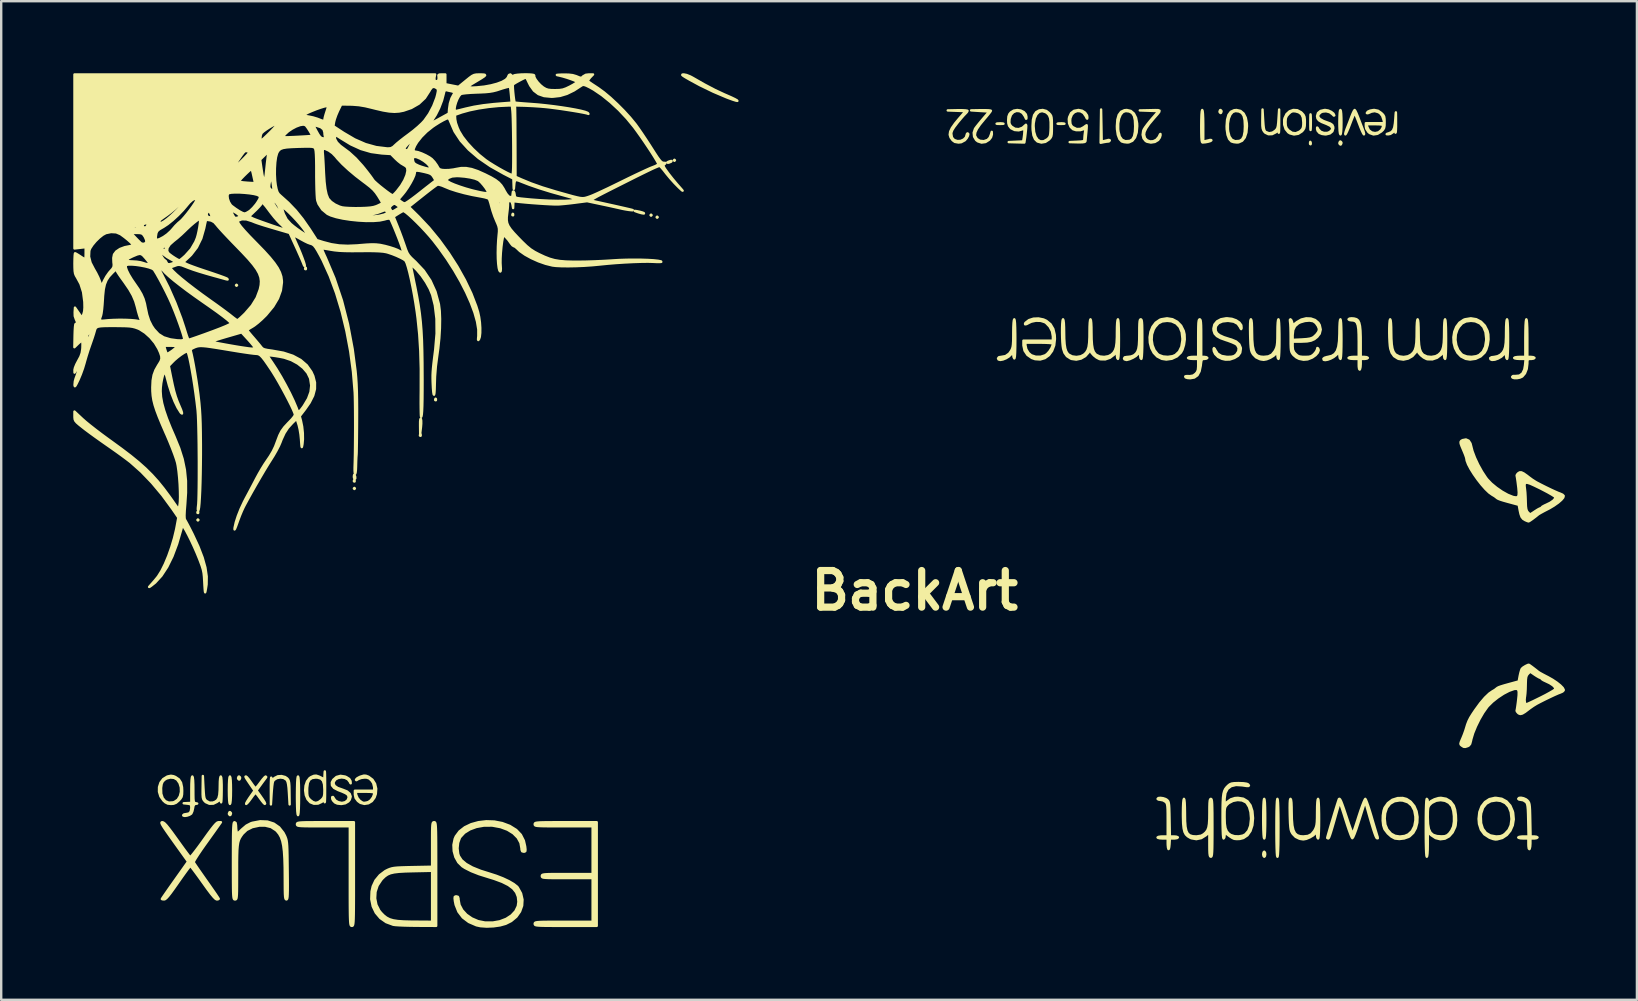
<source format=kicad_pcb>
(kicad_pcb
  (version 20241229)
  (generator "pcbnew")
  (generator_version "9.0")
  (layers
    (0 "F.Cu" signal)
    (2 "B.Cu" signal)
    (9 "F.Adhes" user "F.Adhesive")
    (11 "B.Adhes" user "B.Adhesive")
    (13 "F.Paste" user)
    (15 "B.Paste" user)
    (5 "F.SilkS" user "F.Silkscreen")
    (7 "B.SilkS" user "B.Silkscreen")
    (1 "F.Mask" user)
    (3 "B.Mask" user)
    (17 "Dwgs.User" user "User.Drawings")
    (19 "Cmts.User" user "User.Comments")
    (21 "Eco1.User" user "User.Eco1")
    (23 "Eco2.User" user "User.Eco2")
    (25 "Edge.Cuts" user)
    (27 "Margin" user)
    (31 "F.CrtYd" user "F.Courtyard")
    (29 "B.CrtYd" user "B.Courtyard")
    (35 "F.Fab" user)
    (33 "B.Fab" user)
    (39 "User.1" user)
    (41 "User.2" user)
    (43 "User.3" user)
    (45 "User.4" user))
  (footprint "BackArt"
    (layer "F.Cu")
    (at 35.063 21.557)
    (property "Reference" "BackArt" (at 0 0 0) (layer "F.SilkS") (effects (font (size 1.524 1.524) (thickness 0.3))))
    (attr through_hole)
    (fp_poly (pts (xy -29.845 -2.942) (xy -29.866 -2.921) (xy -29.887 -2.942) (xy -29.866 -2.963) (xy -29.845 -2.942)) (stroke (width 0.1) (type solid)) (fill yes) (layer "F.SilkS"))
    (fp_poly (pts (xy -28.236 -12.721) (xy -28.258 -12.7) (xy -28.279 -12.721) (xy -28.258 -12.742) (xy -28.236 -12.721)) (stroke (width 0.1) (type solid)) (fill yes) (layer "F.SilkS"))
    (fp_poly (pts (xy -23.326 -4.255) (xy -23.347 -4.233) (xy -23.368 -4.255) (xy -23.347 -4.276) (xy -23.326 -4.255)) (stroke (width 0.1) (type solid)) (fill yes) (layer "F.SilkS"))
    (fp_poly (pts (xy -10.964 -15.642) (xy -10.986 -15.621) (xy -11.007 -15.642) (xy -10.986 -15.663) (xy -10.964 -15.642)) (stroke (width 0.1) (type solid)) (fill yes) (layer "F.SilkS"))
    (fp_poly (pts (xy -10.71 -15.557) (xy -10.732 -15.536) (xy -10.753 -15.557) (xy -10.732 -15.579) (xy -10.71 -15.557)) (stroke (width 0.1) (type solid)) (fill yes) (layer "F.SilkS"))
    (fp_poly (pts (xy -9.991 -17.928) (xy -10.012 -17.907) (xy -10.033 -17.928) (xy -10.012 -17.949) (xy -9.991 -17.928)) (stroke (width 0.1) (type solid)) (fill yes) (layer "F.SilkS"))
    (fp_poly (pts (xy -29.854 -3.238) (xy -29.859 -3.231) (xy -29.884 -3.237) (xy -29.887 -3.26) (xy -29.872 -3.295) (xy -29.859 -3.288) (xy -29.854 -3.238)) (stroke (width 0.1) (type solid)) (fill yes) (layer "F.SilkS"))
    (fp_poly (pts (xy -25.367 -13.398) (xy -25.372 -13.391) (xy -25.397 -13.397) (xy -25.4 -13.42) (xy -25.385 -13.455) (xy -25.372 -13.448) (xy -25.367 -13.398)) (stroke (width 0.1) (type solid)) (fill yes) (layer "F.SilkS"))
    (fp_poly (pts (xy -23.335 -4.55) (xy -23.34 -4.544) (xy -23.365 -4.55) (xy -23.368 -4.572) (xy -23.353 -4.607) (xy -23.34 -4.6) (xy -23.335 -4.55)) (stroke (width 0.1) (type solid)) (fill yes) (layer "F.SilkS"))
    (fp_poly (pts (xy -20.583 -6.455) (xy -20.588 -6.449) (xy -20.613 -6.455) (xy -20.616 -6.477) (xy -20.601 -6.512) (xy -20.588 -6.505) (xy -20.583 -6.455)) (stroke (width 0.1) (type solid)) (fill yes) (layer "F.SilkS"))
    (fp_poly (pts (xy -19.948 -7.937) (xy -19.953 -7.93) (xy -19.978 -7.936) (xy -19.981 -7.959) (xy -19.966 -7.994) (xy -19.953 -7.987) (xy -19.948 -7.937)) (stroke (width 0.1) (type solid)) (fill yes) (layer "F.SilkS"))
    (fp_poly (pts (xy -16.731 -15.641) (xy -16.736 -15.635) (xy -16.761 -15.641) (xy -16.764 -15.663) (xy -16.749 -15.698) (xy -16.736 -15.692) (xy -16.731 -15.641)) (stroke (width 0.1) (type solid)) (fill yes) (layer "F.SilkS"))
    (fp_poly (pts (xy 16.502 -18.611) (xy 16.493 -18.596) (xy 16.474 -18.608) (xy 16.471 -18.651) (xy 16.481 -18.697) (xy 16.497 -18.677) (xy 16.502 -18.611)) (stroke (width 0.1) (type solid)) (fill yes) (layer "F.SilkS"))
    (fp_poly (pts (xy -28.49 9.292) (xy -28.513 9.349) (xy -28.533 9.356) (xy -28.57 9.321) (xy -28.575 9.292) (xy -28.552 9.236) (xy -28.533 9.229) (xy -28.495 9.263) (xy -28.49 9.292)) (stroke (width 0.1) (type solid)) (fill yes) (layer "F.SilkS"))
    (fp_poly (pts (xy -28.109 7.811) (xy -28.132 7.867) (xy -28.152 7.874) (xy -28.189 7.84) (xy -28.194 7.811) (xy -28.171 7.754) (xy -28.152 7.747) (xy -28.114 7.781) (xy -28.109 7.811)) (stroke (width 0.1) (type solid)) (fill yes) (layer "F.SilkS"))
    (fp_poly (pts (xy -23.311 -4.674) (xy -23.33 -4.657) (xy -23.361 -4.692) (xy -23.368 -4.741) (xy -23.361 -4.81) (xy -23.352 -4.826) (xy -23.33 -4.791) (xy -23.313 -4.741) (xy -23.311 -4.674)) (stroke (width 0.1) (type solid)) (fill yes) (layer "F.SilkS"))
    (fp_poly (pts (xy -10.13 -17.9) (xy -10.143 -17.877) (xy -10.16 -17.865) (xy -10.25 -17.83) (xy -10.287 -17.826) (xy -10.312 -17.838) (xy -10.266 -17.865) (xy -10.176 -17.896) (xy -10.13 -17.9)) (stroke (width 0.1) (type solid)) (fill yes) (layer "F.SilkS"))
    (fp_poly (pts (xy 3.699 -19.452) (xy 3.651 -19.446) (xy 3.556 -19.444) (xy 3.451 -19.446) (xy 3.412 -19.453) (xy 3.44 -19.461) (xy 3.576 -19.468) (xy 3.672 -19.461) (xy 3.699 -19.452)) (stroke (width 0.1) (type solid)) (fill yes) (layer "F.SilkS"))
    (fp_poly (pts (xy 6.239 -19.452) (xy 6.191 -19.446) (xy 6.096 -19.444) (xy 5.991 -19.446) (xy 5.952 -19.453) (xy 5.98 -19.461) (xy 6.116 -19.468) (xy 6.212 -19.461) (xy 6.239 -19.452)) (stroke (width 0.1) (type solid)) (fill yes) (layer "F.SilkS"))
    (fp_poly (pts (xy 12.785 -19.96) (xy 12.762 -19.904) (xy 12.742 -19.897) (xy 12.705 -19.931) (xy 12.7 -19.96) (xy 12.723 -20.017) (xy 12.742 -20.024) (xy 12.78 -19.989) (xy 12.785 -19.96)) (stroke (width 0.1) (type solid)) (fill yes) (layer "F.SilkS"))
    (fp_poly (pts (xy 14.605 10.986) (xy 14.591 11.065) (xy 14.563 11.091) (xy 14.531 11.055) (xy 14.52 10.986) (xy 14.535 10.906) (xy 14.563 10.88) (xy 14.594 10.916) (xy 14.605 10.986)) (stroke (width 0.1) (type solid)) (fill yes) (layer "F.SilkS"))
    (fp_poly (pts (xy 17.78 -18.648) (xy 17.757 -18.591) (xy 17.738 -18.584) (xy 17.7 -18.619) (xy 17.695 -18.648) (xy 17.718 -18.704) (xy 17.738 -18.711) (xy 17.775 -18.677) (xy 17.78 -18.648)) (stroke (width 0.1) (type solid)) (fill yes) (layer "F.SilkS"))
    (fp_poly (pts (xy -20.562 -6.954) (xy -20.573 -6.816) (xy -20.605 -6.54) (xy -20.609 -6.879) (xy -20.608 -7.042) (xy -20.598 -7.138) (xy -20.582 -7.16) (xy -20.577 -7.154) (xy -20.563 -7.081) (xy -20.562 -6.954)) (stroke (width 0.1) (type solid)) (fill yes) (layer "F.SilkS"))
    (fp_poly (pts (xy -11.282 -15.713) (xy -11.303 -15.712) (xy -11.381 -15.725) (xy -11.499 -15.758) (xy -11.536 -15.771) (xy -11.638 -15.807) (xy -11.663 -15.82) (xy -11.613 -15.814) (xy -11.557 -15.804) (xy -11.443 -15.78) (xy -11.347 -15.753) (xy -11.287 -15.728) (xy -11.282 -15.713)) (stroke (width 0.1) (type solid)) (fill yes) (layer "F.SilkS"))
    (fp_poly (pts (xy 16.505 -19.579) (xy 16.503 -19.359) (xy 16.499 -19.251) (xy 16.494 -19.191) (xy 16.489 -19.21) (xy 16.486 -19.299) (xy 16.484 -19.452) (xy 16.484 -19.516) (xy 16.485 -19.689) (xy 16.488 -19.8) (xy 16.492 -19.842) (xy 16.497 -19.809) (xy 16.499 -19.78) (xy 16.505 -19.579)) (stroke (width 0.1) (type solid)) (fill yes) (layer "F.SilkS"))
    (fp_poly (pts (xy 8.128 -18.752) (xy 8.094 -18.715) (xy 8.07 -18.711) (xy 7.988 -18.703) (xy 7.879 -18.685) (xy 7.747 -18.658) (xy 7.756 -19.352) (xy 7.766 -20.045) (xy 7.779 -19.378) (xy 7.791 -18.71) (xy 7.907 -18.735) (xy 8.012 -18.76) (xy 8.075 -18.777) (xy 8.123 -18.768) (xy 8.128 -18.752)) (stroke (width 0.1) (type solid)) (fill yes) (layer "F.SilkS"))
    (fp_poly (pts (xy -28.49 8.319) (xy -28.493 8.56) (xy -28.502 8.741) (xy -28.516 8.854) (xy -28.533 8.89) (xy -28.551 8.849) (xy -28.564 8.732) (xy -28.572 8.547) (xy -28.575 8.319) (xy -28.572 8.077) (xy -28.563 7.896) (xy -28.55 7.783) (xy -28.533 7.747) (xy -28.515 7.788) (xy -28.501 7.905) (xy -28.493 8.09) (xy -28.49 8.319)) (stroke (width 0.1) (type solid)) (fill yes) (layer "F.SilkS"))
    (fp_poly (pts (xy 17.78 -19.516) (xy 17.777 -19.293) (xy 17.767 -19.128) (xy 17.752 -19.03) (xy 17.738 -19.008) (xy 17.719 -19.048) (xy 17.705 -19.164) (xy 17.697 -19.345) (xy 17.695 -19.516) (xy 17.699 -19.739) (xy 17.708 -19.904) (xy 17.723 -20.001) (xy 17.738 -20.024) (xy 17.756 -19.983) (xy 17.77 -19.867) (xy 17.778 -19.687) (xy 17.78 -19.516)) (stroke (width 0.1) (type solid)) (fill yes) (layer "F.SilkS"))
    (fp_poly (pts (xy -25.654 8.551) (xy -25.656 8.853) (xy -25.663 9.088) (xy -25.673 9.253) (xy -25.687 9.341) (xy -25.696 9.356) (xy -25.712 9.314) (xy -25.725 9.193) (xy -25.733 8.999) (xy -25.738 8.735) (xy -25.739 8.551) (xy -25.736 8.25) (xy -25.73 8.014) (xy -25.72 7.85) (xy -25.706 7.761) (xy -25.696 7.747) (xy -25.68 7.788) (xy -25.668 7.909) (xy -25.659 8.104) (xy -25.655 8.368) (xy -25.654 8.551)) (stroke (width 0.1) (type solid)) (fill yes) (layer "F.SilkS"))
    (fp_poly (pts (xy 14.605 9.504) (xy 14.603 9.81) (xy 14.597 10.05) (xy 14.587 10.22) (xy 14.573 10.312) (xy 14.563 10.329) (xy 14.547 10.288) (xy 14.535 10.167) (xy 14.526 9.972) (xy 14.521 9.707) (xy 14.52 9.504) (xy 14.522 9.197) (xy 14.529 8.957) (xy 14.539 8.788) (xy 14.552 8.695) (xy 14.563 8.678) (xy 14.578 8.72) (xy 14.591 8.841) (xy 14.599 9.036) (xy 14.604 9.301) (xy 14.605 9.504)) (stroke (width 0.1) (type solid)) (fill yes) (layer "F.SilkS"))
    (fp_poly (pts (xy -7.389 -20.404) (xy -7.448 -20.414) (xy -7.582 -20.456) (xy -7.792 -20.533) (xy -7.853 -20.557) (xy -8.392 -20.786) (xy -8.951 -21.057) (xy -9.377 -21.288) (xy -9.544 -21.384) (xy -9.644 -21.447) (xy -9.686 -21.483) (xy -9.677 -21.5) (xy -9.624 -21.505) (xy -9.622 -21.505) (xy -9.505 -21.482) (xy -9.355 -21.422) (xy -9.262 -21.373) (xy -8.763 -21.088) (xy -8.32 -20.855) (xy -7.924 -20.67) (xy -7.885 -20.654) (xy -7.652 -20.552) (xy -7.492 -20.475) (xy -7.404 -20.425) (xy -7.389 -20.404)) (stroke (width 0.1) (type solid)) (fill yes) (layer "F.SilkS"))
    (fp_poly (pts (xy 15.155 9.885) (xy 15.154 10.272) (xy 15.15 10.588) (xy 15.142 10.83) (xy 15.133 10.995) (xy 15.12 11.08) (xy 15.113 11.091) (xy 15.099 11.05) (xy 15.088 10.926) (xy 15.08 10.724) (xy 15.074 10.446) (xy 15.071 10.096) (xy 15.071 9.885) (xy 15.072 9.498) (xy 15.076 9.182) (xy 15.084 8.94) (xy 15.093 8.775) (xy 15.106 8.69) (xy 15.113 8.678) (xy 15.127 8.72) (xy 15.138 8.844) (xy 15.146 9.046) (xy 15.152 9.323) (xy 15.155 9.673) (xy 15.155 9.885)) (stroke (width 0.1) (type solid)) (fill yes) (layer "F.SilkS"))
    (fp_poly (pts (xy 20.054 -19.516) (xy 20.054 -19.326) (xy 20.049 -19.182) (xy 20.042 -19.096) (xy 20.032 -19.08) (xy 20.03 -19.086) (xy 20.002 -19.185) (xy 19.921 -19.096) (xy 19.82 -19.029) (xy 19.731 -19.011) (xy 19.665 -19.016) (xy 19.672 -19.028) (xy 19.755 -19.054) (xy 19.758 -19.055) (xy 19.86 -19.099) (xy 19.931 -19.174) (xy 19.98 -19.292) (xy 20.01 -19.47) (xy 20.027 -19.664) (xy 20.037 -19.818) (xy 20.044 -19.906) (xy 20.048 -19.925) (xy 20.051 -19.871) (xy 20.053 -19.74) (xy 20.054 -19.529) (xy 20.054 -19.516)) (stroke (width 0.1) (type solid)) (fill yes) (layer "F.SilkS"))
    (fp_poly (pts (xy 12.361 -18.758) (xy 12.324 -18.731) (xy 12.232 -18.703) (xy 12.113 -18.68) (xy 11.998 -18.67) (xy 11.991 -18.669) (xy 11.97 -18.691) (xy 11.955 -18.76) (xy 11.945 -18.887) (xy 11.94 -19.081) (xy 11.938 -19.346) (xy 11.941 -19.616) (xy 11.948 -19.823) (xy 11.96 -19.96) (xy 11.976 -20.021) (xy 11.98 -20.024) (xy 11.997 -19.983) (xy 12.01 -19.864) (xy 12.019 -19.674) (xy 12.023 -19.421) (xy 12.023 -19.367) (xy 12.023 -18.71) (xy 12.139 -18.735) (xy 12.244 -18.76) (xy 12.308 -18.777) (xy 12.357 -18.771) (xy 12.361 -18.758)) (stroke (width 0.1) (type solid)) (fill yes) (layer "F.SilkS"))
    (fp_poly (pts (xy 15.185 -19.516) (xy 15.184 -19.326) (xy 15.181 -19.181) (xy 15.176 -19.094) (xy 15.169 -19.077) (xy 15.168 -19.082) (xy 15.149 -19.178) (xy 15.041 -19.093) (xy 14.892 -19.019) (xy 14.739 -19.014) (xy 14.607 -19.077) (xy 14.566 -19.119) (xy 14.524 -19.183) (xy 14.499 -19.258) (xy 14.486 -19.366) (xy 14.484 -19.528) (xy 14.485 -19.638) (xy 14.492 -20.045) (xy 14.517 -19.607) (xy 14.531 -19.403) (xy 14.547 -19.266) (xy 14.57 -19.18) (xy 14.602 -19.128) (xy 14.624 -19.11) (xy 14.763 -19.054) (xy 14.909 -19.082) (xy 15.015 -19.151) (xy 15.071 -19.206) (xy 15.108 -19.267) (xy 15.131 -19.354) (xy 15.147 -19.489) (xy 15.158 -19.649) (xy 15.184 -20.045) (xy 15.185 -19.516)) (stroke (width 0.1) (type solid)) (fill yes) (layer "F.SilkS"))
    (fp_poly (pts (xy 4.191 -10.475) (xy 4.189 -10.158) (xy 4.183 -9.919) (xy 4.173 -9.759) (xy 4.158 -9.681) (xy 4.149 -9.673) (xy 4.119 -9.73) (xy 4.106 -9.83) (xy 4.106 -9.96) (xy 4.015 -9.843) (xy 3.919 -9.751) (xy 3.799 -9.678) (xy 3.675 -9.629) (xy 3.566 -9.61) (xy 3.492 -9.628) (xy 3.471 -9.673) (xy 3.509 -9.724) (xy 3.596 -9.737) (xy 3.786 -9.77) (xy 3.934 -9.874) (xy 4.016 -9.99) (xy 4.053 -10.065) (xy 4.079 -10.146) (xy 4.094 -10.251) (xy 4.103 -10.397) (xy 4.106 -10.602) (xy 4.106 -10.727) (xy 4.109 -10.969) (xy 4.118 -11.152) (xy 4.132 -11.266) (xy 4.149 -11.303) (xy 4.164 -11.262) (xy 4.177 -11.141) (xy 4.185 -10.945) (xy 4.19 -10.68) (xy 4.191 -10.475)) (stroke (width 0.1) (type solid)) (fill yes) (layer "F.SilkS"))
    (fp_poly (pts (xy 17.78 -10.477) (xy 17.778 -10.171) (xy 17.772 -9.931) (xy 17.762 -9.762) (xy 17.748 -9.669) (xy 17.738 -9.652) (xy 17.71 -9.689) (xy 17.696 -9.781) (xy 17.695 -9.802) (xy 17.695 -9.951) (xy 17.552 -9.808) (xy 17.451 -9.729) (xy 17.331 -9.665) (xy 17.21 -9.621) (xy 17.106 -9.603) (xy 17.04 -9.615) (xy 17.029 -9.663) (xy 17.078 -9.701) (xy 17.18 -9.732) (xy 17.219 -9.739) (xy 17.379 -9.779) (xy 17.501 -9.856) (xy 17.589 -9.978) (xy 17.648 -10.155) (xy 17.682 -10.396) (xy 17.694 -10.71) (xy 17.694 -10.763) (xy 17.698 -10.995) (xy 17.707 -11.168) (xy 17.722 -11.274) (xy 17.738 -11.303) (xy 17.753 -11.262) (xy 17.766 -11.141) (xy 17.774 -10.945) (xy 17.779 -10.68) (xy 17.78 -10.477)) (stroke (width 0.1) (type solid)) (fill yes) (layer "F.SilkS"))
    (fp_poly (pts (xy -26.045 8.911) (xy -26.073 8.438) (xy -26.089 8.215) (xy -26.109 8.06) (xy -26.134 7.958) (xy -26.168 7.892) (xy -26.181 7.877) (xy -26.293 7.806) (xy -26.436 7.787) (xy -26.58 7.815) (xy -26.695 7.887) (xy -26.736 7.947) (xy -26.753 8.019) (xy -26.771 8.154) (xy -26.787 8.331) (xy -26.797 8.467) (xy -26.825 8.911) (xy -26.827 8.319) (xy -26.827 8.113) (xy -26.824 7.949) (xy -26.819 7.839) (xy -26.813 7.796) (xy -26.81 7.8) (xy -26.782 7.863) (xy -26.735 7.86) (xy -26.659 7.801) (xy -26.535 7.739) (xy -26.381 7.729) (xy -26.233 7.768) (xy -26.152 7.823) (xy -26.11 7.871) (xy -26.083 7.928) (xy -26.066 8.012) (xy -26.056 8.14) (xy -26.052 8.329) (xy -26.051 8.415) (xy -26.045 8.911)) (stroke (width 0.1) (type solid)) (fill yes) (layer "F.SilkS"))
    (fp_poly (pts (xy 18.724 -19.03) (xy 18.717 -19.008) (xy 18.689 -19.045) (xy 18.64 -19.146) (xy 18.577 -19.295) (xy 18.517 -19.452) (xy 18.449 -19.629) (xy 18.391 -19.773) (xy 18.349 -19.867) (xy 18.33 -19.896) (xy 18.308 -19.859) (xy 18.264 -19.758) (xy 18.204 -19.61) (xy 18.144 -19.452) (xy 18.075 -19.274) (xy 18.014 -19.131) (xy 17.967 -19.037) (xy 17.944 -19.008) (xy 17.939 -19.043) (xy 17.962 -19.134) (xy 17.996 -19.23) (xy 18.059 -19.391) (xy 18.134 -19.585) (xy 18.191 -19.738) (xy 18.247 -19.877) (xy 18.296 -19.979) (xy 18.328 -20.023) (xy 18.33 -20.024) (xy 18.36 -19.987) (xy 18.407 -19.89) (xy 18.463 -19.754) (xy 18.469 -19.738) (xy 18.539 -19.553) (xy 18.613 -19.361) (xy 18.664 -19.23) (xy 18.706 -19.11) (xy 18.724 -19.03)) (stroke (width 0.1) (type solid)) (fill yes) (layer "F.SilkS"))
    (fp_poly (pts (xy 24.723 -10.477) (xy 24.721 -10.171) (xy 24.714 -9.931) (xy 24.704 -9.762) (xy 24.691 -9.669) (xy 24.68 -9.652) (xy 24.653 -9.689) (xy 24.639 -9.781) (xy 24.638 -9.806) (xy 24.638 -9.96) (xy 24.546 -9.843) (xy 24.441 -9.745) (xy 24.308 -9.668) (xy 24.171 -9.62) (xy 24.054 -9.61) (xy 23.99 -9.637) (xy 23.977 -9.686) (xy 24.034 -9.723) (xy 24.148 -9.737) (xy 24.148 -9.737) (xy 24.289 -9.766) (xy 24.405 -9.828) (xy 24.493 -9.912) (xy 24.557 -10.013) (xy 24.6 -10.145) (xy 24.625 -10.323) (xy 24.636 -10.561) (xy 24.638 -10.751) (xy 24.641 -10.987) (xy 24.65 -11.163) (xy 24.664 -11.271) (xy 24.68 -11.303) (xy 24.696 -11.262) (xy 24.708 -11.141) (xy 24.717 -10.945) (xy 24.722 -10.68) (xy 24.723 -10.477)) (stroke (width 0.1) (type solid)) (fill yes) (layer "F.SilkS"))
    (fp_poly (pts (xy 3.214 -19.005) (xy 3.18 -18.888) (xy 3.099 -18.783) (xy 2.949 -18.689) (xy 2.785 -18.667) (xy 2.629 -18.718) (xy 2.559 -18.773) (xy 2.475 -18.912) (xy 2.458 -19.077) (xy 2.512 -19.24) (xy 2.527 -19.263) (xy 2.586 -19.342) (xy 2.684 -19.464) (xy 2.802 -19.606) (xy 2.851 -19.664) (xy 3.105 -19.96) (xy 2.727 -19.984) (xy 2.349 -20.008) (xy 2.762 -20.016) (xy 2.937 -20.016) (xy 3.076 -20.011) (xy 3.159 -20) (xy 3.175 -19.992) (xy 3.149 -19.948) (xy 3.078 -19.857) (xy 2.976 -19.732) (xy 2.9 -19.643) (xy 2.716 -19.419) (xy 2.593 -19.24) (xy 2.526 -19.097) (xy 2.509 -18.981) (xy 2.516 -18.941) (xy 2.586 -18.818) (xy 2.711 -18.741) (xy 2.867 -18.725) (xy 2.895 -18.729) (xy 3.035 -18.777) (xy 3.123 -18.869) (xy 3.174 -18.994) (xy 3.21 -19.113) (xy 3.214 -19.005)) (stroke (width 0.1) (type solid)) (fill yes) (layer "F.SilkS"))
    (fp_poly (pts (xy 10.243 -18.974) (xy 10.215 -18.878) (xy 10.146 -18.778) (xy 10.141 -18.773) (xy 10.007 -18.693) (xy 9.841 -18.668) (xy 9.68 -18.701) (xy 9.621 -18.734) (xy 9.533 -18.843) (xy 9.497 -18.993) (xy 9.519 -19.155) (xy 9.545 -19.218) (xy 9.604 -19.31) (xy 9.703 -19.442) (xy 9.825 -19.592) (xy 9.888 -19.666) (xy 10.16 -19.978) (xy 9.769 -19.992) (xy 9.377 -20.006) (xy 9.816 -20.015) (xy 10.018 -20.02) (xy 10.144 -20.017) (xy 10.2 -19.995) (xy 10.189 -19.942) (xy 10.116 -19.848) (xy 9.986 -19.701) (xy 9.954 -19.664) (xy 9.768 -19.441) (xy 9.644 -19.26) (xy 9.576 -19.113) (xy 9.558 -18.996) (xy 9.595 -18.854) (xy 9.684 -18.76) (xy 9.804 -18.715) (xy 9.938 -18.722) (xy 10.064 -18.783) (xy 10.165 -18.9) (xy 10.183 -18.937) (xy 10.222 -19.018) (xy 10.239 -19.026) (xy 10.243 -18.974)) (stroke (width 0.1) (type solid)) (fill yes) (layer "F.SilkS"))
    (fp_poly (pts (xy 2.233 -19.021) (xy 2.218 -18.949) (xy 2.169 -18.857) (xy 2.095 -18.769) (xy 2.09 -18.764) (xy 1.939 -18.683) (xy 1.825 -18.669) (xy 1.671 -18.696) (xy 1.579 -18.764) (xy 1.494 -18.879) (xy 1.459 -18.995) (xy 1.477 -19.124) (xy 1.55 -19.276) (xy 1.682 -19.463) (xy 1.838 -19.652) (xy 2.12 -19.978) (xy 1.748 -19.992) (xy 1.376 -20.006) (xy 1.789 -20.015) (xy 1.964 -20.015) (xy 2.102 -20.009) (xy 2.185 -19.997) (xy 2.201 -19.988) (xy 2.173 -19.936) (xy 2.112 -19.871) (xy 2.046 -19.803) (xy 1.945 -19.688) (xy 1.826 -19.547) (xy 1.773 -19.481) (xy 1.644 -19.312) (xy 1.565 -19.186) (xy 1.529 -19.087) (xy 1.524 -19.034) (xy 1.552 -18.876) (xy 1.64 -18.775) (xy 1.778 -18.728) (xy 1.916 -18.736) (xy 2.042 -18.792) (xy 2.131 -18.88) (xy 2.159 -18.968) (xy 2.179 -19.035) (xy 2.204 -19.05) (xy 2.233 -19.021)) (stroke (width 0.1) (type solid)) (fill yes) (layer "F.SilkS"))
    (fp_poly (pts (xy -29.896 8.874) (xy -29.913 8.881) (xy -29.956 8.884) (xy -30.017 8.906) (xy -30.053 8.975) (xy -30.069 9.065) (xy -30.097 9.19) (xy -30.138 9.282) (xy -30.149 9.297) (xy -30.224 9.344) (xy -30.322 9.377) (xy -30.415 9.389) (xy -30.473 9.376) (xy -30.48 9.361) (xy -30.443 9.327) (xy -30.361 9.313) (xy -30.235 9.289) (xy -30.165 9.209) (xy -30.141 9.065) (xy -30.141 9.053) (xy -30.147 8.949) (xy -30.182 8.901) (xy -30.271 8.882) (xy -30.3 8.879) (xy -30.459 8.862) (xy -30.3 8.855) (xy -30.141 8.848) (xy -30.141 8.297) (xy -30.138 8.062) (xy -30.129 7.886) (xy -30.115 7.778) (xy -30.099 7.747) (xy -30.081 7.788) (xy -30.067 7.904) (xy -30.059 8.088) (xy -30.057 8.294) (xy -30.056 8.518) (xy -30.053 8.672) (xy -30.044 8.768) (xy -30.028 8.822) (xy -30.003 8.848) (xy -29.965 8.859) (xy -29.961 8.86) (xy -29.896 8.874)) (stroke (width 0.1) (type solid)) (fill yes) (layer "F.SilkS"))
    (fp_poly (pts (xy -28.877 8.329) (xy -28.88 8.53) (xy -28.885 8.688) (xy -28.892 8.79) (xy -28.899 8.824) (xy -28.901 8.816) (xy -28.922 8.743) (xy -28.957 8.729) (xy -29.028 8.772) (xy -29.071 8.805) (xy -29.225 8.879) (xy -29.389 8.882) (xy -29.538 8.816) (xy -29.572 8.786) (xy -29.617 8.736) (xy -29.646 8.683) (xy -29.663 8.608) (xy -29.67 8.493) (xy -29.67 8.321) (xy -29.668 8.204) (xy -29.661 7.726) (xy -29.637 8.206) (xy -29.624 8.417) (xy -29.611 8.56) (xy -29.593 8.653) (xy -29.565 8.713) (xy -29.525 8.756) (xy -29.512 8.767) (xy -29.382 8.837) (xy -29.243 8.834) (xy -29.153 8.801) (xy -29.068 8.743) (xy -29.01 8.652) (xy -28.975 8.513) (xy -28.959 8.313) (xy -28.956 8.147) (xy -28.952 7.958) (xy -28.94 7.822) (xy -28.922 7.753) (xy -28.914 7.747) (xy -28.896 7.788) (xy -28.884 7.906) (xy -28.877 8.095) (xy -28.877 8.329)) (stroke (width 0.1) (type solid)) (fill yes) (layer "F.SilkS"))
    (fp_poly (pts (xy 9.483 -10.477) (xy 9.481 -10.171) (xy 9.474 -9.931) (xy 9.464 -9.762) (xy 9.451 -9.669) (xy 9.44 -9.652) (xy 9.408 -9.688) (xy 9.398 -9.755) (xy 9.381 -9.85) (xy 9.339 -9.888) (xy 9.289 -9.855) (xy 9.282 -9.843) (xy 9.213 -9.775) (xy 9.095 -9.703) (xy 8.96 -9.643) (xy 8.841 -9.611) (xy 8.818 -9.61) (xy 8.739 -9.633) (xy 8.721 -9.673) (xy 8.75 -9.719) (xy 8.847 -9.736) (xy 8.881 -9.737) (xy 9.014 -9.754) (xy 9.126 -9.797) (xy 9.135 -9.803) (xy 9.217 -9.872) (xy 9.276 -9.957) (xy 9.316 -10.071) (xy 9.341 -10.228) (xy 9.353 -10.443) (xy 9.356 -10.708) (xy 9.357 -10.948) (xy 9.362 -11.115) (xy 9.371 -11.221) (xy 9.386 -11.28) (xy 9.409 -11.302) (xy 9.419 -11.303) (xy 9.441 -11.293) (xy 9.458 -11.254) (xy 9.469 -11.178) (xy 9.477 -11.053) (xy 9.481 -10.869) (xy 9.483 -10.615) (xy 9.483 -10.477)) (stroke (width 0.1) (type solid)) (fill yes) (layer "F.SilkS"))
    (fp_poly (pts (xy 9.271 -19.35) (xy 9.248 -19.084) (xy 9.186 -18.898) (xy 9.186 -19.346) (xy 9.174 -19.6) (xy 9.133 -19.781) (xy 9.057 -19.899) (xy 8.942 -19.962) (xy 8.793 -19.981) (xy 8.677 -19.942) (xy 8.583 -19.834) (xy 8.515 -19.67) (xy 8.479 -19.462) (xy 8.478 -19.224) (xy 8.489 -19.128) (xy 8.543 -18.919) (xy 8.639 -18.784) (xy 8.777 -18.723) (xy 8.955 -18.736) (xy 8.966 -18.738) (xy 9.068 -18.8) (xy 9.138 -18.925) (xy 9.176 -19.119) (xy 9.186 -19.346) (xy 9.186 -18.898) (xy 9.18 -18.88) (xy 9.071 -18.743) (xy 8.923 -18.676) (xy 8.851 -18.67) (xy 8.725 -18.684) (xy 8.626 -18.714) (xy 8.621 -18.717) (xy 8.527 -18.818) (xy 8.462 -18.989) (xy 8.428 -19.221) (xy 8.424 -19.346) (xy 8.443 -19.619) (xy 8.499 -19.818) (xy 8.596 -19.949) (xy 8.736 -20.014) (xy 8.835 -20.024) (xy 9.003 -19.986) (xy 9.134 -19.876) (xy 9.223 -19.7) (xy 9.267 -19.464) (xy 9.271 -19.35)) (stroke (width 0.1) (type solid)) (fill yes) (layer "F.SilkS"))
    (fp_poly (pts (xy 13.843 -19.35) (xy 13.82 -19.084) (xy 13.758 -18.898) (xy 13.758 -19.346) (xy 13.746 -19.6) (xy 13.705 -19.781) (xy 13.629 -19.899) (xy 13.514 -19.962) (xy 13.365 -19.981) (xy 13.249 -19.942) (xy 13.155 -19.834) (xy 13.087 -19.67) (xy 13.051 -19.462) (xy 13.05 -19.224) (xy 13.061 -19.128) (xy 13.115 -18.919) (xy 13.211 -18.784) (xy 13.349 -18.723) (xy 13.527 -18.736) (xy 13.538 -18.738) (xy 13.64 -18.8) (xy 13.71 -18.925) (xy 13.748 -19.119) (xy 13.758 -19.346) (xy 13.758 -18.898) (xy 13.752 -18.88) (xy 13.643 -18.743) (xy 13.495 -18.676) (xy 13.423 -18.67) (xy 13.297 -18.684) (xy 13.198 -18.714) (xy 13.193 -18.717) (xy 13.099 -18.818) (xy 13.034 -18.989) (xy 13 -19.221) (xy 12.996 -19.346) (xy 13.015 -19.619) (xy 13.071 -19.818) (xy 13.168 -19.949) (xy 13.308 -20.014) (xy 13.407 -20.024) (xy 13.575 -19.986) (xy 13.706 -19.876) (xy 13.795 -19.7) (xy 13.839 -19.464) (xy 13.843 -19.35)) (stroke (width 0.1) (type solid)) (fill yes) (layer "F.SilkS"))
    (fp_poly (pts (xy 18.881 -9.694) (xy 18.843 -9.666) (xy 18.752 -9.652) (xy 18.733 -9.652) (xy 18.584 -9.652) (xy 18.584 -9.443) (xy 18.576 -9.317) (xy 18.556 -9.229) (xy 18.542 -9.207) (xy 18.517 -9.229) (xy 18.502 -9.326) (xy 18.5 -9.417) (xy 18.5 -9.652) (xy 18.288 -9.652) (xy 18.167 -9.66) (xy 18.091 -9.679) (xy 18.076 -9.694) (xy 18.114 -9.718) (xy 18.212 -9.734) (xy 18.288 -9.737) (xy 18.5 -9.737) (xy 18.5 -10.374) (xy 18.496 -10.673) (xy 18.485 -10.896) (xy 18.46 -11.056) (xy 18.42 -11.162) (xy 18.361 -11.225) (xy 18.278 -11.254) (xy 18.193 -11.26) (xy 18.108 -11.274) (xy 18.076 -11.303) (xy 18.112 -11.333) (xy 18.2 -11.344) (xy 18.307 -11.336) (xy 18.403 -11.309) (xy 18.413 -11.304) (xy 18.476 -11.251) (xy 18.522 -11.159) (xy 18.554 -11.021) (xy 18.574 -10.824) (xy 18.583 -10.559) (xy 18.584 -10.365) (xy 18.584 -9.737) (xy 18.733 -9.737) (xy 18.83 -9.726) (xy 18.879 -9.7) (xy 18.881 -9.694)) (stroke (width 0.1) (type solid)) (fill yes) (layer "F.SilkS"))
    (fp_poly (pts (xy -30.522 8.342) (xy -30.527 8.492) (xy -30.547 8.591) (xy -30.573 8.634) (xy -30.573 8.39) (xy -30.577 8.2) (xy -30.632 8.019) (xy -30.732 7.876) (xy -30.858 7.804) (xy -31.016 7.789) (xy -31.175 7.83) (xy -31.267 7.888) (xy -31.338 7.965) (xy -31.378 8.061) (xy -31.4 8.207) (xy -31.402 8.234) (xy -31.395 8.466) (xy -31.334 8.649) (xy -31.227 8.775) (xy -31.081 8.837) (xy -30.905 8.826) (xy -30.843 8.806) (xy -30.708 8.714) (xy -30.618 8.568) (xy -30.573 8.39) (xy -30.573 8.634) (xy -30.596 8.67) (xy -30.666 8.746) (xy -30.777 8.84) (xy -30.882 8.882) (xy -30.988 8.89) (xy -31.12 8.876) (xy -31.224 8.823) (xy -31.306 8.749) (xy -31.429 8.577) (xy -31.488 8.383) (xy -31.486 8.187) (xy -31.427 8.004) (xy -31.313 7.854) (xy -31.149 7.753) (xy -31.119 7.743) (xy -30.992 7.717) (xy -30.884 7.734) (xy -30.802 7.769) (xy -30.66 7.866) (xy -30.571 8.004) (xy -30.529 8.196) (xy -30.522 8.342)) (stroke (width 0.1) (type solid)) (fill yes) (layer "F.SilkS"))
    (fp_poly (pts (xy -23.368 11.811) (xy -23.368 12.293) (xy -23.368 12.698) (xy -23.369 13.032) (xy -23.371 13.301) (xy -23.374 13.514) (xy -23.378 13.675) (xy -23.384 13.794) (xy -23.392 13.875) (xy -23.402 13.927) (xy -23.415 13.955) (xy -23.43 13.967) (xy -23.448 13.97) (xy -23.453 13.97) (xy -23.472 13.968) (xy -23.488 13.958) (xy -23.501 13.933) (xy -23.512 13.886) (xy -23.52 13.81) (xy -23.526 13.697) (xy -23.531 13.542) (xy -23.534 13.336) (xy -23.536 13.074) (xy -23.537 12.747) (xy -23.537 12.35) (xy -23.537 11.896) (xy -23.537 9.821) (xy -24.638 9.821) (xy -24.971 9.821) (xy -25.229 9.82) (xy -25.422 9.817) (xy -25.559 9.812) (xy -25.649 9.804) (xy -25.703 9.792) (xy -25.729 9.775) (xy -25.738 9.753) (xy -25.739 9.737) (xy -25.736 9.712) (xy -25.722 9.692) (xy -25.688 9.678) (xy -25.623 9.667) (xy -25.52 9.66) (xy -25.368 9.655) (xy -25.159 9.653) (xy -24.883 9.652) (xy -24.553 9.652) (xy -23.368 9.652) (xy -23.368 11.811)) (stroke (width 0.1) (type solid)) (fill yes) (layer "F.SilkS"))
    (fp_poly (pts (xy 25.823 -9.694) (xy 25.786 -9.666) (xy 25.695 -9.652) (xy 25.675 -9.652) (xy 25.584 -9.648) (xy 25.541 -9.621) (xy 25.528 -9.547) (xy 25.527 -9.46) (xy 25.501 -9.239) (xy 25.428 -9.052) (xy 25.318 -8.922) (xy 25.31 -8.917) (xy 25.214 -8.873) (xy 25.097 -8.851) (xy 24.987 -8.85) (xy 24.91 -8.873) (xy 24.892 -8.903) (xy 24.927 -8.94) (xy 25.033 -8.941) (xy 25.197 -8.956) (xy 25.319 -9.045) (xy 25.398 -9.206) (xy 25.43 -9.388) (xy 25.454 -9.652) (xy 25.215 -9.652) (xy 25.086 -9.659) (xy 24.999 -9.676) (xy 24.977 -9.694) (xy 25.015 -9.718) (xy 25.114 -9.733) (xy 25.209 -9.737) (xy 25.442 -9.737) (xy 25.442 -10.52) (xy 25.445 -10.816) (xy 25.451 -11.047) (xy 25.462 -11.207) (xy 25.476 -11.291) (xy 25.485 -11.303) (xy 25.501 -11.262) (xy 25.513 -11.141) (xy 25.522 -10.947) (xy 25.526 -10.684) (xy 25.527 -10.52) (xy 25.527 -9.737) (xy 25.675 -9.737) (xy 25.773 -9.726) (xy 25.822 -9.7) (xy 25.823 -9.694)) (stroke (width 0.1) (type solid)) (fill yes) (layer "F.SilkS"))
    (fp_poly (pts (xy 16.256 -19.516) (xy 16.251 -19.363) (xy 16.23 -19.264) (xy 16.192 -19.202) (xy 16.192 -19.511) (xy 16.174 -19.712) (xy 16.112 -19.848) (xy 15.999 -19.93) (xy 15.864 -19.967) (xy 15.754 -19.974) (xy 15.669 -19.941) (xy 15.581 -19.863) (xy 15.5 -19.769) (xy 15.462 -19.673) (xy 15.452 -19.538) (xy 15.452 -19.516) (xy 15.46 -19.371) (xy 15.494 -19.272) (xy 15.568 -19.181) (xy 15.575 -19.174) (xy 15.724 -19.073) (xy 15.879 -19.055) (xy 16.034 -19.121) (xy 16.074 -19.152) (xy 16.141 -19.22) (xy 16.177 -19.294) (xy 16.191 -19.403) (xy 16.192 -19.511) (xy 16.192 -19.202) (xy 16.183 -19.186) (xy 16.132 -19.131) (xy 15.979 -19.033) (xy 15.804 -19.005) (xy 15.633 -19.051) (xy 15.564 -19.095) (xy 15.455 -19.23) (xy 15.396 -19.412) (xy 15.394 -19.612) (xy 15.409 -19.683) (xy 15.491 -19.854) (xy 15.619 -19.97) (xy 15.775 -20.025) (xy 15.941 -20.014) (xy 16.098 -19.931) (xy 16.132 -19.9) (xy 16.203 -19.82) (xy 16.24 -19.738) (xy 16.254 -19.624) (xy 16.256 -19.516)) (stroke (width 0.1) (type solid)) (fill yes) (layer "F.SilkS"))
    (fp_poly (pts (xy 25.95 10.287) (xy 25.913 10.315) (xy 25.822 10.329) (xy 25.802 10.329) (xy 25.654 10.329) (xy 25.654 10.539) (xy 25.646 10.665) (xy 25.626 10.753) (xy 25.612 10.774) (xy 25.586 10.752) (xy 25.572 10.656) (xy 25.569 10.565) (xy 25.569 10.329) (xy 25.358 10.329) (xy 25.237 10.322) (xy 25.16 10.302) (xy 25.146 10.287) (xy 25.184 10.263) (xy 25.282 10.248) (xy 25.361 10.245) (xy 25.577 10.245) (xy 25.562 9.572) (xy 25.556 9.313) (xy 25.548 9.126) (xy 25.536 8.995) (xy 25.52 8.908) (xy 25.497 8.849) (xy 25.468 8.81) (xy 25.359 8.739) (xy 25.266 8.721) (xy 25.18 8.708) (xy 25.146 8.678) (xy 25.179 8.638) (xy 25.262 8.631) (xy 25.369 8.653) (xy 25.472 8.699) (xy 25.53 8.745) (xy 25.568 8.789) (xy 25.596 8.838) (xy 25.615 8.905) (xy 25.628 9.004) (xy 25.637 9.15) (xy 25.643 9.357) (xy 25.647 9.549) (xy 25.661 10.245) (xy 25.806 10.245) (xy 25.902 10.256) (xy 25.949 10.282) (xy 25.95 10.287)) (stroke (width 0.1) (type solid)) (fill yes) (layer "F.SilkS"))
    (fp_poly (pts (xy -27.021 7.769) (xy -27.039 7.8) (xy -27.084 7.86) (xy -27.162 7.965) (xy -27.253 8.09) (xy -27.426 8.328) (xy -27.277 8.535) (xy -27.159 8.705) (xy -27.09 8.816) (xy -27.067 8.875) (xy -27.081 8.889) (xy -27.12 8.857) (xy -27.191 8.772) (xy -27.276 8.657) (xy -27.361 8.539) (xy -27.43 8.456) (xy -27.466 8.426) (xy -27.503 8.459) (xy -27.573 8.544) (xy -27.656 8.659) (xy -27.743 8.776) (xy -27.815 8.86) (xy -27.856 8.89) (xy -27.852 8.858) (xy -27.807 8.775) (xy -27.73 8.655) (xy -27.701 8.613) (xy -27.507 8.336) (xy -27.671 8.095) (xy -27.778 7.937) (xy -27.844 7.836) (xy -27.877 7.779) (xy -27.884 7.754) (xy -27.872 7.747) (xy -27.864 7.747) (xy -27.823 7.779) (xy -27.751 7.864) (xy -27.666 7.981) (xy -27.58 8.103) (xy -27.51 8.194) (xy -27.474 8.234) (xy -27.437 8.212) (xy -27.367 8.134) (xy -27.278 8.018) (xy -27.265 8) (xy -27.173 7.877) (xy -27.095 7.787) (xy -27.046 7.747) (xy -27.043 7.747) (xy -27.021 7.769)) (stroke (width 0.1) (type solid)) (fill yes) (layer "F.SilkS"))
    (fp_poly (pts (xy 10.964 10.287) (xy 10.927 10.314) (xy 10.833 10.328) (xy 10.797 10.329) (xy 10.63 10.329) (xy 10.617 10.566) (xy 10.605 10.688) (xy 10.588 10.761) (xy 10.573 10.771) (xy 10.554 10.712) (xy 10.543 10.601) (xy 10.541 10.534) (xy 10.541 10.329) (xy 10.329 10.329) (xy 10.209 10.322) (xy 10.132 10.302) (xy 10.118 10.287) (xy 10.156 10.263) (xy 10.253 10.248) (xy 10.329 10.245) (xy 10.541 10.245) (xy 10.541 9.567) (xy 10.54 9.311) (xy 10.537 9.126) (xy 10.529 8.997) (xy 10.516 8.912) (xy 10.496 8.856) (xy 10.466 8.816) (xy 10.456 8.805) (xy 10.35 8.742) (xy 10.245 8.721) (xy 10.155 8.708) (xy 10.118 8.679) (xy 10.118 8.678) (xy 10.153 8.644) (xy 10.239 8.636) (xy 10.349 8.651) (xy 10.454 8.686) (xy 10.505 8.717) (xy 10.541 8.75) (xy 10.568 8.789) (xy 10.586 8.848) (xy 10.599 8.939) (xy 10.607 9.077) (xy 10.613 9.274) (xy 10.618 9.521) (xy 10.631 10.245) (xy 10.798 10.245) (xy 10.903 10.254) (xy 10.961 10.278) (xy 10.964 10.287)) (stroke (width 0.1) (type solid)) (fill yes) (layer "F.SilkS"))
    (fp_poly (pts (xy 11.252 -10.462) (xy 11.22 -10.237) (xy 11.157 -10.034) (xy 11.155 -10.029) (xy 11.155 -10.499) (xy 11.124 -10.769) (xy 11.037 -10.981) (xy 10.894 -11.132) (xy 10.7 -11.219) (xy 10.52 -11.239) (xy 10.311 -11.214) (xy 10.15 -11.132) (xy 10.017 -10.982) (xy 9.956 -10.877) (xy 9.887 -10.671) (xy 9.873 -10.444) (xy 9.91 -10.219) (xy 9.993 -10.017) (xy 10.117 -9.861) (xy 10.178 -9.816) (xy 10.347 -9.754) (xy 10.548 -9.738) (xy 10.745 -9.767) (xy 10.862 -9.816) (xy 11.012 -9.957) (xy 11.11 -10.16) (xy 11.153 -10.422) (xy 11.155 -10.499) (xy 11.155 -10.029) (xy 11.092 -9.916) (xy 10.925 -9.757) (xy 10.714 -9.658) (xy 10.483 -9.626) (xy 10.298 -9.655) (xy 10.104 -9.754) (xy 9.956 -9.908) (xy 9.854 -10.104) (xy 9.797 -10.325) (xy 9.787 -10.556) (xy 9.823 -10.783) (xy 9.906 -10.989) (xy 10.036 -11.161) (xy 10.212 -11.282) (xy 10.273 -11.305) (xy 10.513 -11.344) (xy 10.74 -11.307) (xy 10.94 -11.202) (xy 11.101 -11.037) (xy 11.21 -10.82) (xy 11.244 -10.675) (xy 11.252 -10.462)) (stroke (width 0.1) (type solid)) (fill yes) (layer "F.SilkS"))
    (fp_poly (pts (xy 17.483 -19.798) (xy 17.461 -19.791) (xy 17.41 -19.842) (xy 17.408 -19.845) (xy 17.292 -19.932) (xy 17.14 -19.971) (xy 16.986 -19.956) (xy 16.913 -19.922) (xy 16.821 -19.832) (xy 16.811 -19.74) (xy 16.88 -19.65) (xy 17.027 -19.566) (xy 17.166 -19.515) (xy 17.317 -19.459) (xy 17.402 -19.4) (xy 17.437 -19.321) (xy 17.441 -19.259) (xy 17.404 -19.134) (xy 17.299 -19.048) (xy 17.14 -19.009) (xy 17.103 -19.008) (xy 16.971 -19.026) (xy 16.861 -19.071) (xy 16.858 -19.074) (xy 16.787 -19.156) (xy 16.765 -19.232) (xy 16.768 -19.293) (xy 16.785 -19.282) (xy 16.819 -19.219) (xy 16.912 -19.119) (xy 17.048 -19.067) (xy 17.196 -19.069) (xy 17.293 -19.109) (xy 17.385 -19.197) (xy 17.393 -19.284) (xy 17.318 -19.367) (xy 17.162 -19.444) (xy 17.14 -19.452) (xy 16.956 -19.526) (xy 16.841 -19.595) (xy 16.781 -19.672) (xy 16.764 -19.768) (xy 16.764 -19.772) (xy 16.802 -19.897) (xy 16.906 -19.984) (xy 17.066 -20.022) (xy 17.106 -20.024) (xy 17.232 -20.002) (xy 17.355 -19.946) (xy 17.447 -19.873) (xy 17.483 -19.798)) (stroke (width 0.1) (type solid)) (fill yes) (layer "F.SilkS"))
    (fp_poly (pts (xy 19.579 -19.516) (xy 19.575 -19.366) (xy 19.556 -19.271) (xy 19.515 -19.205) (xy 19.515 -19.357) (xy 19.505 -19.394) (xy 19.464 -19.416) (xy 19.376 -19.427) (xy 19.223 -19.431) (xy 19.172 -19.431) (xy 18.829 -19.431) (xy 18.857 -19.315) (xy 18.926 -19.176) (xy 19.043 -19.089) (xy 19.183 -19.06) (xy 19.325 -19.092) (xy 19.44 -19.186) (xy 19.495 -19.283) (xy 19.515 -19.357) (xy 19.515 -19.205) (xy 19.511 -19.199) (xy 19.441 -19.131) (xy 19.279 -19.031) (xy 19.115 -19.007) (xy 18.963 -19.061) (xy 18.9 -19.112) (xy 18.814 -19.245) (xy 18.796 -19.344) (xy 18.796 -19.473) (xy 19.18 -19.473) (xy 19.565 -19.473) (xy 19.535 -19.61) (xy 19.477 -19.782) (xy 19.388 -19.892) (xy 19.315 -19.936) (xy 19.169 -19.978) (xy 19.029 -19.954) (xy 18.955 -19.92) (xy 18.875 -19.889) (xy 18.839 -19.895) (xy 18.838 -19.898) (xy 18.877 -19.953) (xy 18.975 -19.998) (xy 19.108 -20.022) (xy 19.152 -20.024) (xy 19.305 -19.993) (xy 19.441 -19.9) (xy 19.518 -19.824) (xy 19.56 -19.751) (xy 19.576 -19.651) (xy 19.579 -19.516)) (stroke (width 0.1) (type solid)) (fill yes) (layer "F.SilkS"))
    (fp_poly (pts (xy 23.909 -10.462) (xy 23.878 -10.237) (xy 23.815 -10.034) (xy 23.812 -10.029) (xy 23.812 -10.499) (xy 23.782 -10.769) (xy 23.694 -10.981) (xy 23.552 -11.132) (xy 23.358 -11.219) (xy 23.177 -11.239) (xy 22.969 -11.214) (xy 22.807 -11.132) (xy 22.675 -10.982) (xy 22.614 -10.877) (xy 22.545 -10.671) (xy 22.531 -10.444) (xy 22.568 -10.219) (xy 22.651 -10.017) (xy 22.775 -9.861) (xy 22.835 -9.816) (xy 23.004 -9.754) (xy 23.206 -9.738) (xy 23.403 -9.767) (xy 23.52 -9.816) (xy 23.67 -9.957) (xy 23.768 -10.16) (xy 23.81 -10.422) (xy 23.812 -10.499) (xy 23.812 -10.029) (xy 23.749 -9.916) (xy 23.582 -9.757) (xy 23.372 -9.658) (xy 23.14 -9.626) (xy 22.956 -9.655) (xy 22.762 -9.754) (xy 22.614 -9.908) (xy 22.511 -10.104) (xy 22.455 -10.325) (xy 22.445 -10.556) (xy 22.481 -10.783) (xy 22.564 -10.989) (xy 22.693 -11.161) (xy 22.87 -11.282) (xy 22.931 -11.305) (xy 23.171 -11.344) (xy 23.397 -11.307) (xy 23.597 -11.202) (xy 23.758 -11.037) (xy 23.867 -10.82) (xy 23.901 -10.675) (xy 23.909 -10.462)) (stroke (width 0.1) (type solid)) (fill yes) (layer "F.SilkS"))
    (fp_poly (pts (xy 24.96 9.531) (xy 24.919 9.782) (xy 24.865 9.904) (xy 24.865 9.501) (xy 24.836 9.228) (xy 24.75 9.012) (xy 24.61 8.856) (xy 24.421 8.765) (xy 24.236 8.742) (xy 24.001 8.777) (xy 23.816 8.88) (xy 23.682 9.047) (xy 23.605 9.275) (xy 23.588 9.414) (xy 23.6 9.694) (xy 23.672 9.922) (xy 23.801 10.093) (xy 23.983 10.202) (xy 24.215 10.244) (xy 24.243 10.245) (xy 24.4 10.234) (xy 24.513 10.192) (xy 24.594 10.134) (xy 24.745 9.971) (xy 24.832 9.78) (xy 24.864 9.542) (xy 24.865 9.501) (xy 24.865 9.904) (xy 24.821 10.004) (xy 24.674 10.183) (xy 24.486 10.308) (xy 24.266 10.367) (xy 24.194 10.371) (xy 24.103 10.353) (xy 23.979 10.309) (xy 23.939 10.292) (xy 23.732 10.156) (xy 23.59 9.966) (xy 23.512 9.723) (xy 23.495 9.512) (xy 23.526 9.23) (xy 23.616 8.993) (xy 23.758 8.811) (xy 23.945 8.689) (xy 24.171 8.637) (xy 24.217 8.636) (xy 24.459 8.674) (xy 24.661 8.784) (xy 24.818 8.961) (xy 24.92 9.197) (xy 24.936 9.261) (xy 24.96 9.531)) (stroke (width 0.1) (type solid)) (fill yes) (layer "F.SilkS"))
    (fp_poly (pts (xy -23.501 8.584) (xy -23.538 8.71) (xy -23.599 8.786) (xy -23.727 8.862) (xy -23.892 8.892) (xy -24.057 8.874) (xy -24.158 8.828) (xy -24.236 8.746) (xy -24.269 8.68) (xy -24.271 8.608) (xy -24.239 8.6) (xy -24.2 8.659) (xy -24.196 8.672) (xy -24.131 8.754) (xy -24.015 8.818) (xy -23.877 8.847) (xy -23.862 8.848) (xy -23.728 8.817) (xy -23.629 8.738) (xy -23.587 8.63) (xy -23.588 8.601) (xy -23.603 8.538) (xy -23.643 8.486) (xy -23.722 8.436) (xy -23.853 8.377) (xy -24.024 8.311) (xy -24.193 8.223) (xy -24.281 8.117) (xy -24.287 7.995) (xy -24.229 7.884) (xy -24.094 7.766) (xy -23.924 7.72) (xy -23.739 7.748) (xy -23.68 7.773) (xy -23.56 7.85) (xy -23.509 7.937) (xy -23.506 7.959) (xy -23.501 8.031) (xy -23.513 8.022) (xy -23.535 7.972) (xy -23.618 7.865) (xy -23.74 7.803) (xy -23.88 7.784) (xy -24.018 7.806) (xy -24.133 7.866) (xy -24.203 7.964) (xy -24.215 8.035) (xy -24.173 8.137) (xy -24.048 8.224) (xy -23.842 8.296) (xy -23.657 8.369) (xy -23.542 8.468) (xy -23.501 8.584)) (stroke (width 0.1) (type solid)) (fill yes) (layer "F.SilkS"))
    (fp_poly (pts (xy 5.715 -19.346) (xy 5.714 -19.151) (xy 5.708 -19.02) (xy 5.692 -18.933) (xy 5.664 -18.875) (xy 5.664 -19.29) (xy 5.663 -19.525) (xy 5.642 -19.694) (xy 5.593 -19.813) (xy 5.512 -19.898) (xy 5.453 -19.936) (xy 5.309 -19.979) (xy 5.181 -19.946) (xy 5.075 -19.844) (xy 4.998 -19.682) (xy 4.958 -19.468) (xy 4.953 -19.356) (xy 4.974 -19.108) (xy 5.033 -18.915) (xy 5.124 -18.782) (xy 5.24 -18.716) (xy 5.375 -18.721) (xy 5.522 -18.804) (xy 5.533 -18.813) (xy 5.59 -18.869) (xy 5.626 -18.928) (xy 5.647 -19.013) (xy 5.658 -19.144) (xy 5.664 -19.29) (xy 5.664 -18.875) (xy 5.662 -18.872) (xy 5.614 -18.815) (xy 5.591 -18.793) (xy 5.444 -18.696) (xy 5.277 -18.668) (xy 5.118 -18.711) (xy 5.112 -18.715) (xy 5.012 -18.812) (xy 4.947 -18.969) (xy 4.915 -19.195) (xy 4.911 -19.346) (xy 4.926 -19.613) (xy 4.974 -19.808) (xy 5.061 -19.936) (xy 5.189 -20.006) (xy 5.334 -20.024) (xy 5.481 -19.985) (xy 5.591 -19.9) (xy 5.647 -19.84) (xy 5.683 -19.783) (xy 5.703 -19.707) (xy 5.713 -19.594) (xy 5.715 -19.424) (xy 5.715 -19.346)) (stroke (width 0.1) (type solid)) (fill yes) (layer "F.SilkS"))
    (fp_poly (pts (xy 12.192 -9.694) (xy 12.155 -9.664) (xy 12.07 -9.652) (xy 12.005 -9.648) (xy 11.965 -9.623) (xy 11.942 -9.559) (xy 11.925 -9.436) (xy 11.918 -9.369) (xy 11.869 -9.134) (xy 11.781 -8.971) (xy 11.649 -8.877) (xy 11.478 -8.848) (xy 11.364 -8.857) (xy 11.291 -8.881) (xy 11.282 -8.89) (xy 11.271 -8.922) (xy 11.304 -8.936) (xy 11.396 -8.937) (xy 11.461 -8.933) (xy 11.603 -8.959) (xy 11.704 -9.033) (xy 11.766 -9.109) (xy 11.799 -9.196) (xy 11.81 -9.325) (xy 11.811 -9.396) (xy 11.811 -9.652) (xy 11.599 -9.652) (xy 11.479 -9.66) (xy 11.402 -9.679) (xy 11.388 -9.694) (xy 11.426 -9.718) (xy 11.523 -9.734) (xy 11.599 -9.737) (xy 11.811 -9.737) (xy 11.811 -10.52) (xy 11.812 -10.799) (xy 11.815 -11.005) (xy 11.821 -11.148) (xy 11.832 -11.237) (xy 11.847 -11.285) (xy 11.868 -11.302) (xy 11.874 -11.303) (xy 11.897 -11.292) (xy 11.914 -11.253) (xy 11.925 -11.175) (xy 11.933 -11.048) (xy 11.937 -10.859) (xy 11.938 -10.6) (xy 11.938 -10.52) (xy 11.938 -9.737) (xy 12.065 -9.737) (xy 12.154 -9.724) (xy 12.192 -9.695) (xy 12.192 -9.694)) (stroke (width 0.1) (type solid)) (fill yes) (layer "F.SilkS"))
    (fp_poly (pts (xy 4.655 -19.735) (xy 4.652 -19.663) (xy 4.639 -19.66) (xy 4.606 -19.73) (xy 4.595 -19.756) (xy 4.498 -19.899) (xy 4.373 -19.974) (xy 4.238 -19.985) (xy 4.111 -19.933) (xy 4.01 -19.824) (xy 3.952 -19.659) (xy 3.949 -19.634) (xy 3.942 -19.502) (xy 3.965 -19.416) (xy 4.029 -19.336) (xy 4.036 -19.328) (xy 4.176 -19.241) (xy 4.335 -19.227) (xy 4.491 -19.284) (xy 4.605 -19.385) (xy 4.634 -19.409) (xy 4.646 -19.38) (xy 4.643 -19.286) (xy 4.635 -19.198) (xy 4.618 -19.033) (xy 4.6 -18.881) (xy 4.589 -18.807) (xy 4.568 -18.669) (xy 4.242 -18.677) (xy 3.916 -18.686) (xy 4.217 -18.7) (xy 4.519 -18.715) (xy 4.545 -18.872) (xy 4.563 -19.013) (xy 4.571 -19.141) (xy 4.572 -19.147) (xy 4.564 -19.227) (xy 4.53 -19.239) (xy 4.49 -19.221) (xy 4.332 -19.177) (xy 4.164 -19.191) (xy 4.021 -19.261) (xy 3.999 -19.281) (xy 3.931 -19.369) (xy 3.901 -19.476) (xy 3.895 -19.6) (xy 3.905 -19.749) (xy 3.942 -19.85) (xy 3.999 -19.92) (xy 4.124 -19.998) (xy 4.272 -20.023) (xy 4.42 -20.001) (xy 4.547 -19.937) (xy 4.632 -19.838) (xy 4.655 -19.735)) (stroke (width 0.1) (type solid)) (fill yes) (layer "F.SilkS"))
    (fp_poly (pts (xy 20.951 9.433) (xy 20.941 9.673) (xy 20.882 9.899) (xy 20.863 9.935) (xy 20.863 9.573) (xy 20.862 9.414) (xy 20.814 9.156) (xy 20.709 8.957) (xy 20.55 8.821) (xy 20.34 8.751) (xy 20.214 8.742) (xy 19.988 8.778) (xy 19.808 8.883) (xy 19.677 9.051) (xy 19.601 9.276) (xy 19.583 9.504) (xy 19.611 9.754) (xy 19.694 9.953) (xy 19.841 10.121) (xy 19.856 10.134) (xy 20.017 10.219) (xy 20.214 10.249) (xy 20.416 10.223) (xy 20.566 10.159) (xy 20.716 10.019) (xy 20.817 9.82) (xy 20.863 9.573) (xy 20.863 9.935) (xy 20.776 10.093) (xy 20.623 10.237) (xy 20.579 10.263) (xy 20.395 10.328) (xy 20.192 10.352) (xy 20.014 10.332) (xy 20.007 10.33) (xy 19.859 10.251) (xy 19.709 10.119) (xy 19.587 9.961) (xy 19.567 9.927) (xy 19.52 9.78) (xy 19.499 9.584) (xy 19.504 9.371) (xy 19.534 9.174) (xy 19.577 9.046) (xy 19.713 8.854) (xy 19.899 8.717) (xy 20.117 8.648) (xy 20.127 8.647) (xy 20.332 8.641) (xy 20.494 8.683) (xy 20.647 8.783) (xy 20.676 8.808) (xy 20.82 8.983) (xy 20.911 9.197) (xy 20.951 9.433)) (stroke (width 0.1) (type solid)) (fill yes) (layer "F.SilkS"))
    (fp_poly (pts (xy -22.438 8.255) (xy -22.454 8.472) (xy -22.506 8.621) (xy -22.521 8.642) (xy -22.521 8.448) (xy -22.535 8.416) (xy -22.585 8.396) (xy -22.686 8.386) (xy -22.853 8.382) (xy -22.908 8.382) (xy -23.294 8.382) (xy -23.268 8.52) (xy -23.214 8.649) (xy -23.119 8.762) (xy -23.008 8.835) (xy -22.945 8.848) (xy -22.844 8.833) (xy -22.759 8.807) (xy -22.661 8.735) (xy -22.575 8.616) (xy -22.525 8.488) (xy -22.521 8.448) (xy -22.521 8.642) (xy -22.617 8.772) (xy -22.765 8.862) (xy -22.931 8.888) (xy -23.095 8.845) (xy -23.202 8.766) (xy -23.296 8.64) (xy -23.326 8.501) (xy -23.326 8.491) (xy -23.326 8.34) (xy -22.924 8.34) (xy -22.521 8.34) (xy -22.521 8.195) (xy -22.562 8.024) (xy -22.631 7.92) (xy -22.724 7.831) (xy -22.827 7.794) (xy -22.918 7.789) (xy -23.057 7.806) (xy -23.176 7.848) (xy -23.195 7.859) (xy -23.263 7.9) (xy -23.28 7.887) (xy -23.275 7.87) (xy -23.226 7.82) (xy -23.126 7.766) (xy -23.081 7.749) (xy -22.96 7.713) (xy -22.872 7.714) (xy -22.77 7.752) (xy -22.756 7.759) (xy -22.594 7.88) (xy -22.486 8.051) (xy -22.438 8.255)) (stroke (width 0.1) (type solid)) (fill yes) (layer "F.SilkS"))
    (fp_poly (pts (xy 5.842 -10.484) (xy 5.811 -10.215) (xy 5.757 -10.072) (xy 5.757 -10.286) (xy 5.716 -10.305) (xy 5.595 -10.319) (xy 5.401 -10.327) (xy 5.186 -10.329) (xy 4.614 -10.329) (xy 4.614 -10.221) (xy 4.65 -10.054) (xy 4.743 -9.9) (xy 4.858 -9.803) (xy 5.043 -9.743) (xy 5.244 -9.742) (xy 5.427 -9.799) (xy 5.506 -9.851) (xy 5.611 -9.965) (xy 5.699 -10.104) (xy 5.751 -10.236) (xy 5.757 -10.286) (xy 5.757 -10.072) (xy 5.725 -9.987) (xy 5.593 -9.808) (xy 5.424 -9.686) (xy 5.229 -9.629) (xy 5.015 -9.643) (xy 4.88 -9.691) (xy 4.695 -9.819) (xy 4.576 -9.997) (xy 4.53 -10.213) (xy 4.53 -10.234) (xy 4.53 -10.414) (xy 5.144 -10.414) (xy 5.757 -10.414) (xy 5.757 -10.594) (xy 5.719 -10.805) (xy 5.619 -10.999) (xy 5.473 -11.15) (xy 5.419 -11.185) (xy 5.249 -11.238) (xy 5.049 -11.244) (xy 4.858 -11.204) (xy 4.759 -11.156) (xy 4.66 -11.103) (xy 4.601 -11.093) (xy 4.596 -11.126) (xy 4.62 -11.161) (xy 4.76 -11.269) (xy 4.947 -11.329) (xy 5.157 -11.338) (xy 5.366 -11.295) (xy 5.485 -11.24) (xy 5.661 -11.096) (xy 5.776 -10.901) (xy 5.834 -10.65) (xy 5.842 -10.484)) (stroke (width 0.1) (type solid)) (fill yes) (layer "F.SilkS"))
    (fp_poly (pts (xy -24.567 8.107) (xy -24.568 8.35) (xy -24.569 8.553) (xy -24.573 8.706) (xy -24.577 8.799) (xy -24.583 8.819) (xy -24.583 8.815) (xy -24.596 8.751) (xy -24.596 8.293) (xy -24.61 8.072) (xy -24.656 7.923) (xy -24.743 7.833) (xy -24.877 7.794) (xy -24.96 7.789) (xy -25.115 7.811) (xy -25.222 7.883) (xy -25.286 8.014) (xy -25.313 8.212) (xy -25.315 8.306) (xy -25.312 8.467) (xy -25.297 8.571) (xy -25.261 8.646) (xy -25.196 8.719) (xy -25.192 8.724) (xy -25.07 8.814) (xy -24.956 8.848) (xy -24.839 8.813) (xy -24.719 8.724) (xy -24.655 8.652) (xy -24.617 8.58) (xy -24.6 8.483) (xy -24.596 8.333) (xy -24.596 8.293) (xy -24.596 8.751) (xy -24.602 8.719) (xy -24.71 8.805) (xy -24.863 8.876) (xy -25.033 8.881) (xy -25.183 8.821) (xy -25.3 8.693) (xy -25.371 8.521) (xy -25.398 8.325) (xy -25.381 8.128) (xy -25.32 7.951) (xy -25.216 7.815) (xy -25.151 7.771) (xy -25.034 7.72) (xy -24.939 7.712) (xy -24.828 7.748) (xy -24.755 7.784) (xy -24.599 7.863) (xy -24.585 7.583) (xy -24.58 7.536) (xy -24.576 7.566) (xy -24.572 7.666) (xy -24.569 7.827) (xy -24.568 8.043) (xy -24.567 8.107)) (stroke (width 0.1) (type solid)) (fill yes) (layer "F.SilkS"))
    (fp_poly (pts (xy 7.193 -19.719) (xy 7.187 -19.664) (xy 7.168 -19.677) (xy 7.13 -19.757) (xy 7.034 -19.898) (xy 6.91 -19.971) (xy 6.776 -19.982) (xy 6.649 -19.934) (xy 6.547 -19.833) (xy 6.486 -19.683) (xy 6.477 -19.584) (xy 6.488 -19.45) (xy 6.53 -19.362) (xy 6.589 -19.307) (xy 6.745 -19.231) (xy 6.908 -19.236) (xy 7.039 -19.304) (xy 7.117 -19.362) (xy 7.162 -19.389) (xy 7.163 -19.389) (xy 7.167 -19.35) (xy 7.162 -19.248) (xy 7.15 -19.104) (xy 7.148 -19.082) (xy 7.133 -18.924) (xy 7.121 -18.796) (xy 7.115 -18.724) (xy 7.115 -18.722) (xy 7.086 -18.694) (xy 6.995 -18.679) (xy 6.833 -18.676) (xy 6.784 -18.677) (xy 6.456 -18.686) (xy 6.763 -18.7) (xy 6.921 -18.709) (xy 7.013 -18.722) (xy 7.056 -18.747) (xy 7.069 -18.792) (xy 7.07 -18.83) (xy 7.078 -18.95) (xy 7.095 -19.092) (xy 7.098 -19.108) (xy 7.112 -19.211) (xy 7.101 -19.248) (xy 7.057 -19.235) (xy 7.036 -19.224) (xy 6.894 -19.184) (xy 6.728 -19.184) (xy 6.598 -19.223) (xy 6.495 -19.322) (xy 6.432 -19.471) (xy 6.42 -19.644) (xy 6.435 -19.727) (xy 6.512 -19.893) (xy 6.639 -19.99) (xy 6.82 -20.024) (xy 6.827 -20.024) (xy 6.978 -19.993) (xy 7.103 -19.911) (xy 7.18 -19.799) (xy 7.193 -19.719)) (stroke (width 0.1) (type solid)) (fill yes) (layer "F.SilkS"))
    (fp_poly (pts (xy 15.198 -10.477) (xy 15.196 -10.171) (xy 15.189 -9.931) (xy 15.179 -9.762) (xy 15.166 -9.669) (xy 15.155 -9.652) (xy 15.128 -9.689) (xy 15.114 -9.782) (xy 15.113 -9.81) (xy 15.113 -9.967) (xy 15.044 -9.869) (xy 14.951 -9.782) (xy 14.812 -9.698) (xy 14.664 -9.637) (xy 14.541 -9.615) (xy 14.427 -9.631) (xy 14.372 -9.646) (xy 14.219 -9.719) (xy 14.102 -9.839) (xy 14.072 -9.883) (xy 14.04 -9.944) (xy 14.016 -10.023) (xy 14 -10.134) (xy 13.988 -10.292) (xy 13.98 -10.511) (xy 13.976 -10.656) (xy 13.972 -10.931) (xy 13.975 -11.126) (xy 13.984 -11.248) (xy 14.001 -11.3) (xy 14.008 -11.303) (xy 14.03 -11.264) (xy 14.046 -11.145) (xy 14.054 -10.944) (xy 14.056 -10.784) (xy 14.063 -10.452) (xy 14.085 -10.195) (xy 14.127 -10.004) (xy 14.191 -9.872) (xy 14.283 -9.789) (xy 14.407 -9.747) (xy 14.539 -9.737) (xy 14.736 -9.758) (xy 14.88 -9.831) (xy 14.993 -9.97) (xy 15.029 -10.034) (xy 15.065 -10.117) (xy 15.089 -10.211) (xy 15.104 -10.334) (xy 15.111 -10.505) (xy 15.113 -10.742) (xy 15.113 -10.751) (xy 15.116 -10.987) (xy 15.125 -11.163) (xy 15.139 -11.271) (xy 15.155 -11.303) (xy 15.171 -11.262) (xy 15.183 -11.141) (xy 15.192 -10.945) (xy 15.197 -10.68) (xy 15.198 -10.477)) (stroke (width 0.1) (type solid)) (fill yes) (layer "F.SilkS"))
    (fp_poly (pts (xy 16.849 9.504) (xy 16.847 9.81) (xy 16.84 10.05) (xy 16.83 10.22) (xy 16.817 10.312) (xy 16.806 10.329) (xy 16.779 10.292) (xy 16.765 10.199) (xy 16.764 10.172) (xy 16.764 10.014) (xy 16.695 10.113) (xy 16.602 10.2) (xy 16.463 10.283) (xy 16.315 10.345) (xy 16.192 10.367) (xy 16.078 10.35) (xy 16.023 10.336) (xy 15.87 10.262) (xy 15.753 10.142) (xy 15.723 10.098) (xy 15.691 10.037) (xy 15.667 9.959) (xy 15.651 9.848) (xy 15.639 9.69) (xy 15.631 9.47) (xy 15.627 9.326) (xy 15.623 9.051) (xy 15.626 8.855) (xy 15.635 8.734) (xy 15.652 8.681) (xy 15.659 8.678) (xy 15.681 8.718) (xy 15.697 8.837) (xy 15.705 9.038) (xy 15.707 9.197) (xy 15.714 9.529) (xy 15.736 9.787) (xy 15.778 9.977) (xy 15.842 10.11) (xy 15.934 10.193) (xy 16.058 10.235) (xy 16.19 10.245) (xy 16.387 10.223) (xy 16.531 10.15) (xy 16.644 10.012) (xy 16.68 9.947) (xy 16.716 9.864) (xy 16.74 9.771) (xy 16.755 9.647) (xy 16.762 9.476) (xy 16.764 9.239) (xy 16.764 9.23) (xy 16.767 8.995) (xy 16.776 8.818) (xy 16.79 8.71) (xy 16.806 8.678) (xy 16.822 8.72) (xy 16.834 8.841) (xy 16.843 9.036) (xy 16.848 9.301) (xy 16.849 9.504)) (stroke (width 0.1) (type solid)) (fill yes) (layer "F.SilkS"))
    (fp_poly (pts (xy 12.404 9.885) (xy 12.403 10.24) (xy 12.401 10.52) (xy 12.398 10.732) (xy 12.392 10.886) (xy 12.384 10.99) (xy 12.372 11.053) (xy 12.357 11.084) (xy 12.34 11.091) (xy 12.313 11.079) (xy 12.295 11.032) (xy 12.283 10.938) (xy 12.278 10.785) (xy 12.277 10.579) (xy 12.277 10.067) (xy 12.132 10.194) (xy 11.94 10.314) (xy 11.734 10.357) (xy 11.529 10.321) (xy 11.483 10.301) (xy 11.376 10.238) (xy 11.296 10.16) (xy 11.24 10.054) (xy 11.205 9.908) (xy 11.185 9.708) (xy 11.177 9.442) (xy 11.176 9.303) (xy 11.179 9.047) (xy 11.187 8.853) (xy 11.2 8.727) (xy 11.217 8.679) (xy 11.218 8.678) (xy 11.236 8.719) (xy 11.249 8.837) (xy 11.257 9.025) (xy 11.261 9.275) (xy 11.261 9.294) (xy 11.265 9.605) (xy 11.283 9.841) (xy 11.319 10.012) (xy 11.377 10.128) (xy 11.462 10.199) (xy 11.581 10.235) (xy 11.736 10.245) (xy 11.739 10.245) (xy 11.935 10.214) (xy 12.039 10.156) (xy 12.129 10.076) (xy 12.193 9.987) (xy 12.236 9.875) (xy 12.261 9.724) (xy 12.274 9.519) (xy 12.277 9.252) (xy 12.278 9.017) (xy 12.283 8.855) (xy 12.293 8.753) (xy 12.309 8.698) (xy 12.333 8.679) (xy 12.34 8.678) (xy 12.359 8.688) (xy 12.374 8.721) (xy 12.385 8.788) (xy 12.393 8.896) (xy 12.398 9.055) (xy 12.402 9.273) (xy 12.403 9.56) (xy 12.404 9.885)) (stroke (width 0.1) (type solid)) (fill yes) (layer "F.SilkS"))
    (fp_poly (pts (xy 13.62 -10.935) (xy 13.602 -10.894) (xy 13.576 -10.925) (xy 13.555 -10.973) (xy 13.456 -11.115) (xy 13.295 -11.203) (xy 13.071 -11.237) (xy 13.035 -11.238) (xy 12.819 -11.214) (xy 12.658 -11.143) (xy 12.562 -11.03) (xy 12.538 -10.947) (xy 12.543 -10.827) (xy 12.594 -10.726) (xy 12.701 -10.64) (xy 12.873 -10.56) (xy 13.117 -10.481) (xy 13.203 -10.457) (xy 13.394 -10.377) (xy 13.526 -10.26) (xy 13.586 -10.116) (xy 13.589 -10.074) (xy 13.564 -9.91) (xy 13.48 -9.789) (xy 13.325 -9.694) (xy 13.321 -9.692) (xy 13.128 -9.627) (xy 12.945 -9.623) (xy 12.805 -9.655) (xy 12.64 -9.735) (xy 12.516 -9.859) (xy 12.463 -9.973) (xy 12.451 -10.069) (xy 12.469 -10.104) (xy 12.505 -10.069) (xy 12.526 -10.023) (xy 12.624 -9.87) (xy 12.782 -9.776) (xy 13 -9.738) (xy 13.046 -9.737) (xy 13.2 -9.743) (xy 13.301 -9.768) (xy 13.378 -9.82) (xy 13.4 -9.841) (xy 13.485 -9.972) (xy 13.496 -10.11) (xy 13.43 -10.235) (xy 13.423 -10.241) (xy 13.347 -10.29) (xy 13.213 -10.35) (xy 13.046 -10.412) (xy 12.981 -10.432) (xy 12.749 -10.515) (xy 12.591 -10.603) (xy 12.495 -10.706) (xy 12.452 -10.834) (xy 12.446 -10.92) (xy 12.485 -11.085) (xy 12.593 -11.216) (xy 12.759 -11.305) (xy 12.972 -11.344) (xy 13.016 -11.345) (xy 13.217 -11.322) (xy 13.393 -11.259) (xy 13.529 -11.167) (xy 13.609 -11.055) (xy 13.62 -10.935)) (stroke (width 0.1) (type solid)) (fill yes) (layer "F.SilkS"))
    (fp_poly (pts (xy -13.25 13.97) (xy -14.541 13.97) (xy -14.906 13.97) (xy -15.194 13.969) (xy -15.415 13.967) (xy -15.579 13.963) (xy -15.693 13.956) (xy -15.766 13.947) (xy -15.808 13.934) (xy -15.827 13.916) (xy -15.832 13.894) (xy -15.833 13.885) (xy -15.83 13.861) (xy -15.816 13.841) (xy -15.782 13.827) (xy -15.718 13.816) (xy -15.616 13.809) (xy -15.466 13.804) (xy -15.259 13.802) (xy -14.986 13.801) (xy -14.637 13.801) (xy -14.626 13.801) (xy -13.42 13.801) (xy -13.42 12.89) (xy -13.42 11.98) (xy -14.478 11.98) (xy -14.804 11.98) (xy -15.055 11.979) (xy -15.241 11.976) (xy -15.372 11.97) (xy -15.457 11.962) (xy -15.506 11.949) (xy -15.529 11.931) (xy -15.536 11.908) (xy -15.536 11.896) (xy -15.534 11.87) (xy -15.519 11.849) (xy -15.482 11.835) (xy -15.413 11.824) (xy -15.303 11.817) (xy -15.142 11.813) (xy -14.92 11.812) (xy -14.627 11.811) (xy -14.478 11.811) (xy -13.42 11.811) (xy -13.42 10.816) (xy -13.42 9.821) (xy -14.626 9.821) (xy -14.977 9.821) (xy -15.252 9.82) (xy -15.461 9.818) (xy -15.613 9.813) (xy -15.716 9.806) (xy -15.781 9.796) (xy -15.816 9.781) (xy -15.83 9.762) (xy -15.833 9.737) (xy -15.833 9.737) (xy -15.83 9.713) (xy -15.817 9.694) (xy -15.784 9.679) (xy -15.723 9.669) (xy -15.624 9.661) (xy -15.479 9.656) (xy -15.28 9.654) (xy -15.016 9.652) (xy -14.68 9.652) (xy -14.541 9.652) (xy -13.25 9.652) (xy -13.25 11.811) (xy -13.25 13.97)) (stroke (width 0.1) (type solid)) (fill yes) (layer "F.SilkS"))
    (fp_poly (pts (xy 22.557 9.576) (xy 22.539 9.776) (xy 22.521 9.849) (xy 22.468 9.962) (xy 22.468 9.623) (xy 22.467 9.399) (xy 22.44 9.182) (xy 22.388 9.005) (xy 22.376 8.98) (xy 22.262 8.845) (xy 22.102 8.761) (xy 21.916 8.732) (xy 21.726 8.758) (xy 21.555 8.842) (xy 21.498 8.89) (xy 21.444 8.948) (xy 21.41 9.005) (xy 21.39 9.081) (xy 21.381 9.194) (xy 21.379 9.366) (xy 21.378 9.448) (xy 21.389 9.73) (xy 21.426 9.94) (xy 21.495 10.086) (xy 21.603 10.179) (xy 21.758 10.228) (xy 21.943 10.242) (xy 22.084 10.234) (xy 22.183 10.196) (xy 22.267 10.124) (xy 22.356 10.004) (xy 22.426 9.855) (xy 22.438 9.817) (xy 22.468 9.623) (xy 22.468 9.962) (xy 22.414 10.077) (xy 22.268 10.241) (xy 22.093 10.337) (xy 21.9 10.362) (xy 21.702 10.312) (xy 21.526 10.196) (xy 21.378 10.067) (xy 21.378 10.579) (xy 21.375 10.803) (xy 21.365 10.969) (xy 21.35 11.068) (xy 21.336 11.091) (xy 21.322 11.05) (xy 21.311 10.926) (xy 21.303 10.724) (xy 21.297 10.446) (xy 21.294 10.096) (xy 21.294 9.885) (xy 21.295 9.498) (xy 21.299 9.182) (xy 21.307 8.94) (xy 21.316 8.775) (xy 21.329 8.69) (xy 21.336 8.678) (xy 21.367 8.715) (xy 21.379 8.795) (xy 21.388 8.863) (xy 21.41 8.864) (xy 21.411 8.864) (xy 21.507 8.774) (xy 21.654 8.697) (xy 21.819 8.647) (xy 21.924 8.636) (xy 22.143 8.674) (xy 22.325 8.783) (xy 22.457 8.955) (xy 22.462 8.965) (xy 22.517 9.134) (xy 22.549 9.35) (xy 22.557 9.576)) (stroke (width 0.1) (type solid)) (fill yes) (layer "F.SilkS"))
    (fp_poly (pts (xy -19.939 13.97) (xy -20.108 13.969) (xy -20.108 13.801) (xy -20.108 12.738) (xy -20.108 11.676) (xy -20.902 11.693) (xy -21.232 11.702) (xy -21.49 11.717) (xy -21.69 11.741) (xy -21.846 11.777) (xy -21.969 11.83) (xy -22.075 11.903) (xy -22.176 11.999) (xy -22.225 12.054) (xy -22.381 12.289) (xy -22.467 12.552) (xy -22.483 12.825) (xy -22.431 13.091) (xy -22.309 13.334) (xy -22.236 13.425) (xy -22.123 13.54) (xy -22.01 13.628) (xy -21.883 13.694) (xy -21.729 13.74) (xy -21.535 13.77) (xy -21.289 13.787) (xy -20.976 13.795) (xy -20.817 13.796) (xy -20.108 13.801) (xy -20.108 13.969) (xy -20.754 13.966) (xy -21.02 13.962) (xy -21.267 13.956) (xy -21.478 13.947) (xy -21.638 13.936) (xy -21.728 13.924) (xy -22.023 13.815) (xy -22.267 13.644) (xy -22.455 13.422) (xy -22.582 13.157) (xy -22.642 12.859) (xy -22.63 12.539) (xy -22.582 12.323) (xy -22.468 12.078) (xy -22.287 11.859) (xy -22.058 11.687) (xy -21.959 11.637) (xy -21.875 11.602) (xy -21.791 11.576) (xy -21.691 11.557) (xy -21.563 11.544) (xy -21.39 11.535) (xy -21.16 11.528) (xy -20.923 11.523) (xy -20.108 11.507) (xy -20.108 10.579) (xy -20.108 10.277) (xy -20.107 10.048) (xy -20.103 9.883) (xy -20.096 9.772) (xy -20.085 9.704) (xy -20.07 9.668) (xy -20.048 9.654) (xy -20.024 9.652) (xy -20.005 9.654) (xy -19.989 9.663) (xy -19.976 9.688) (xy -19.965 9.734) (xy -19.957 9.809) (xy -19.951 9.919) (xy -19.946 10.071) (xy -19.943 10.272) (xy -19.941 10.529) (xy -19.94 10.849) (xy -19.939 11.239) (xy -19.939 11.705) (xy -19.939 11.811) (xy -19.939 13.97)) (stroke (width 0.1) (type solid)) (fill yes) (layer "F.SilkS"))
    (fp_poly (pts (xy 16.917 -10.875) (xy 16.875 -10.704) (xy 16.841 -10.66) (xy 16.841 -10.846) (xy 16.838 -10.921) (xy 16.795 -11.026) (xy 16.711 -11.146) (xy 16.608 -11.222) (xy 16.605 -11.223) (xy 16.448 -11.25) (xy 16.257 -11.233) (xy 16.071 -11.179) (xy 15.983 -11.135) (xy 15.848 -11.017) (xy 15.772 -10.858) (xy 15.748 -10.644) (xy 15.748 -10.64) (xy 15.748 -10.446) (xy 16.129 -10.464) (xy 16.334 -10.479) (xy 16.476 -10.501) (xy 16.574 -10.536) (xy 16.627 -10.569) (xy 16.729 -10.664) (xy 16.805 -10.765) (xy 16.841 -10.846) (xy 16.841 -10.66) (xy 16.773 -10.571) (xy 16.652 -10.475) (xy 16.517 -10.415) (xy 16.345 -10.382) (xy 16.113 -10.372) (xy 16.084 -10.372) (xy 15.748 -10.372) (xy 15.748 -10.178) (xy 15.76 -10.035) (xy 15.809 -9.931) (xy 15.872 -9.86) (xy 15.952 -9.79) (xy 16.034 -9.753) (xy 16.147 -9.739) (xy 16.256 -9.737) (xy 16.409 -9.741) (xy 16.508 -9.762) (xy 16.586 -9.81) (xy 16.64 -9.86) (xy 16.719 -9.956) (xy 16.761 -10.042) (xy 16.764 -10.059) (xy 16.776 -10.108) (xy 16.811 -10.088) (xy 16.834 -10.012) (xy 16.795 -9.913) (xy 16.705 -9.809) (xy 16.576 -9.717) (xy 16.554 -9.705) (xy 16.371 -9.633) (xy 16.201 -9.619) (xy 16.016 -9.656) (xy 15.899 -9.715) (xy 15.786 -9.81) (xy 15.773 -9.825) (xy 15.729 -9.881) (xy 15.699 -9.937) (xy 15.679 -10.009) (xy 15.669 -10.114) (xy 15.664 -10.268) (xy 15.663 -10.488) (xy 15.663 -10.534) (xy 15.661 -10.754) (xy 15.656 -10.951) (xy 15.648 -11.105) (xy 15.639 -11.198) (xy 15.637 -11.208) (xy 15.633 -11.282) (xy 15.655 -11.303) (xy 15.694 -11.266) (xy 15.726 -11.178) (xy 15.727 -11.177) (xy 15.754 -11.05) (xy 15.921 -11.184) (xy 16.108 -11.293) (xy 16.31 -11.343) (xy 16.507 -11.335) (xy 16.684 -11.273) (xy 16.82 -11.158) (xy 16.876 -11.063) (xy 16.917 -10.875)) (stroke (width 0.1) (type solid)) (fill yes) (layer "F.SilkS"))
    (fp_poly (pts (xy 14.096 9.484) (xy 14.07 9.777) (xy 14.012 9.953) (xy 14.012 9.476) (xy 13.99 9.227) (xy 13.929 9.015) (xy 13.834 8.858) (xy 13.793 8.818) (xy 13.639 8.744) (xy 13.452 8.727) (xy 13.26 8.764) (xy 13.09 8.852) (xy 13.039 8.896) (xy 12.982 8.957) (xy 12.945 9.014) (xy 12.924 9.088) (xy 12.914 9.199) (xy 12.912 9.365) (xy 12.912 9.454) (xy 12.92 9.71) (xy 12.949 9.897) (xy 13.003 10.032) (xy 13.088 10.13) (xy 13.174 10.187) (xy 13.325 10.235) (xy 13.504 10.242) (xy 13.673 10.209) (xy 13.775 10.156) (xy 13.903 10.008) (xy 13.981 9.8) (xy 14.012 9.527) (xy 14.012 9.476) (xy 14.012 9.953) (xy 13.992 10.016) (xy 13.866 10.196) (xy 13.696 10.31) (xy 13.546 10.349) (xy 13.419 10.354) (xy 13.316 10.344) (xy 13.314 10.344) (xy 13.23 10.305) (xy 13.118 10.232) (xy 13.07 10.197) (xy 12.912 10.071) (xy 12.912 10.2) (xy 12.9 10.29) (xy 12.87 10.329) (xy 12.869 10.329) (xy 12.854 10.288) (xy 12.842 10.166) (xy 12.834 9.969) (xy 12.828 9.7) (xy 12.827 9.418) (xy 12.828 9.083) (xy 12.834 8.821) (xy 12.845 8.621) (xy 12.864 8.469) (xy 12.894 8.355) (xy 12.936 8.267) (xy 12.993 8.193) (xy 13.058 8.128) (xy 13.126 8.074) (xy 13.201 8.042) (xy 13.306 8.027) (xy 13.467 8.022) (xy 13.506 8.022) (xy 13.7 8.029) (xy 13.834 8.049) (xy 13.891 8.074) (xy 13.926 8.12) (xy 13.908 8.142) (xy 13.828 8.142) (xy 13.676 8.12) (xy 13.646 8.115) (xy 13.388 8.099) (xy 13.185 8.148) (xy 13.037 8.26) (xy 12.946 8.434) (xy 12.912 8.672) (xy 12.912 8.696) (xy 12.912 8.905) (xy 13.007 8.818) (xy 13.17 8.699) (xy 13.342 8.644) (xy 13.47 8.636) (xy 13.692 8.672) (xy 13.867 8.777) (xy 13.993 8.949) (xy 14.07 9.188) (xy 14.096 9.484)) (stroke (width 0.1) (type solid)) (fill yes) (layer "F.SilkS"))
    (fp_poly (pts (xy 19.295 10.321) (xy 19.259 10.321) (xy 19.233 10.293) (xy 19.198 10.218) (xy 19.151 10.091) (xy 19.091 9.905) (xy 19.016 9.655) (xy 18.924 9.335) (xy 18.813 8.94) (xy 18.811 8.932) (xy 18.769 8.784) (xy 18.722 8.932) (xy 18.692 9.025) (xy 18.643 9.179) (xy 18.581 9.378) (xy 18.51 9.602) (xy 18.477 9.707) (xy 18.396 9.955) (xy 18.326 10.144) (xy 18.272 10.267) (xy 18.236 10.317) (xy 18.231 10.317) (xy 18.204 10.274) (xy 18.157 10.162) (xy 18.096 9.995) (xy 18.025 9.786) (xy 17.951 9.555) (xy 17.878 9.32) (xy 17.813 9.117) (xy 17.76 8.958) (xy 17.724 8.855) (xy 17.708 8.821) (xy 17.692 8.865) (xy 17.659 8.973) (xy 17.613 9.129) (xy 17.566 9.296) (xy 17.475 9.621) (xy 17.402 9.873) (xy 17.346 10.06) (xy 17.303 10.191) (xy 17.271 10.274) (xy 17.247 10.317) (xy 17.228 10.329) (xy 17.188 10.309) (xy 17.187 10.303) (xy 17.199 10.252) (xy 17.231 10.137) (xy 17.279 9.971) (xy 17.337 9.772) (xy 17.403 9.553) (xy 17.47 9.33) (xy 17.535 9.119) (xy 17.592 8.934) (xy 17.638 8.79) (xy 17.668 8.703) (xy 17.676 8.684) (xy 17.7 8.677) (xy 17.729 8.706) (xy 17.767 8.779) (xy 17.817 8.906) (xy 17.884 9.094) (xy 17.97 9.352) (xy 18.004 9.454) (xy 18.079 9.681) (xy 18.147 9.874) (xy 18.202 10.021) (xy 18.239 10.11) (xy 18.255 10.131) (xy 18.273 10.082) (xy 18.312 9.965) (xy 18.369 9.795) (xy 18.437 9.585) (xy 18.5 9.387) (xy 18.576 9.158) (xy 18.647 8.959) (xy 18.707 8.805) (xy 18.752 8.707) (xy 18.774 8.678) (xy 18.8 8.717) (xy 18.844 8.825) (xy 18.901 8.988) (xy 18.968 9.196) (xy 19.04 9.434) (xy 19.04 9.435) (xy 19.112 9.68) (xy 19.177 9.899) (xy 19.231 10.08) (xy 19.27 10.208) (xy 19.289 10.267) (xy 19.295 10.321)) (stroke (width 0.1) (type solid)) (fill yes) (layer "F.SilkS"))
    (fp_poly (pts (xy 8.509 -10.477) (xy 8.507 -10.171) (xy 8.501 -9.931) (xy 8.491 -9.762) (xy 8.477 -9.669) (xy 8.467 -9.652) (xy 8.439 -9.689) (xy 8.425 -9.781) (xy 8.424 -9.805) (xy 8.424 -9.957) (xy 8.305 -9.83) (xy 8.135 -9.7) (xy 7.938 -9.633) (xy 7.738 -9.637) (xy 7.69 -9.65) (xy 7.574 -9.71) (xy 7.459 -9.802) (xy 7.368 -9.904) (xy 7.324 -9.993) (xy 7.324 -10.004) (xy 7.305 -10.006) (xy 7.259 -9.948) (xy 7.245 -9.925) (xy 7.107 -9.769) (xy 6.928 -9.666) (xy 6.73 -9.624) (xy 6.537 -9.652) (xy 6.498 -9.667) (xy 6.341 -9.767) (xy 6.239 -9.909) (xy 6.184 -10.076) (xy 6.166 -10.194) (xy 6.152 -10.357) (xy 6.144 -10.548) (xy 6.14 -10.749) (xy 6.141 -10.942) (xy 6.147 -11.11) (xy 6.158 -11.235) (xy 6.174 -11.298) (xy 6.181 -11.303) (xy 6.199 -11.262) (xy 6.214 -11.148) (xy 6.222 -10.969) (xy 6.225 -10.806) (xy 6.23 -10.498) (xy 6.246 -10.263) (xy 6.274 -10.088) (xy 6.316 -9.96) (xy 6.376 -9.869) (xy 6.412 -9.833) (xy 6.559 -9.757) (xy 6.739 -9.733) (xy 6.919 -9.762) (xy 7.048 -9.828) (xy 7.137 -9.912) (xy 7.2 -10.013) (xy 7.243 -10.145) (xy 7.268 -10.323) (xy 7.28 -10.561) (xy 7.281 -10.751) (xy 7.284 -10.987) (xy 7.293 -11.163) (xy 7.308 -11.271) (xy 7.324 -11.303) (xy 7.342 -11.262) (xy 7.356 -11.146) (xy 7.364 -10.963) (xy 7.366 -10.763) (xy 7.371 -10.464) (xy 7.387 -10.236) (xy 7.416 -10.067) (xy 7.462 -9.944) (xy 7.527 -9.856) (xy 7.564 -9.823) (xy 7.713 -9.753) (xy 7.894 -9.735) (xy 8.073 -9.766) (xy 8.191 -9.828) (xy 8.28 -9.912) (xy 8.343 -10.013) (xy 8.386 -10.145) (xy 8.411 -10.323) (xy 8.423 -10.561) (xy 8.424 -10.751) (xy 8.427 -10.987) (xy 8.436 -11.163) (xy 8.451 -11.271) (xy 8.467 -11.303) (xy 8.482 -11.262) (xy 8.495 -11.141) (xy 8.503 -10.945) (xy 8.508 -10.68) (xy 8.509 -10.477)) (stroke (width 0.1) (type solid)) (fill yes) (layer "F.SilkS"))
    (fp_poly (pts (xy 22.14 -10.477) (xy 22.138 -10.171) (xy 22.132 -9.931) (xy 22.122 -9.762) (xy 22.108 -9.669) (xy 22.098 -9.652) (xy 22.07 -9.689) (xy 22.056 -9.781) (xy 22.056 -9.805) (xy 22.056 -9.957) (xy 21.937 -9.83) (xy 21.766 -9.7) (xy 21.569 -9.633) (xy 21.369 -9.637) (xy 21.322 -9.65) (xy 21.205 -9.71) (xy 21.09 -9.802) (xy 20.999 -9.904) (xy 20.956 -9.993) (xy 20.955 -10.004) (xy 20.936 -10.006) (xy 20.891 -9.948) (xy 20.876 -9.925) (xy 20.738 -9.769) (xy 20.559 -9.666) (xy 20.361 -9.624) (xy 20.168 -9.652) (xy 20.13 -9.667) (xy 19.972 -9.767) (xy 19.871 -9.909) (xy 19.815 -10.076) (xy 19.797 -10.194) (xy 19.784 -10.357) (xy 19.775 -10.548) (xy 19.771 -10.749) (xy 19.772 -10.942) (xy 19.778 -11.11) (xy 19.789 -11.235) (xy 19.805 -11.298) (xy 19.812 -11.303) (xy 19.831 -11.262) (xy 19.845 -11.148) (xy 19.854 -10.969) (xy 19.856 -10.806) (xy 19.862 -10.498) (xy 19.877 -10.263) (xy 19.905 -10.088) (xy 19.947 -9.96) (xy 20.007 -9.869) (xy 20.043 -9.833) (xy 20.19 -9.757) (xy 20.37 -9.733) (xy 20.55 -9.762) (xy 20.679 -9.828) (xy 20.768 -9.912) (xy 20.832 -10.013) (xy 20.874 -10.145) (xy 20.9 -10.323) (xy 20.911 -10.561) (xy 20.913 -10.751) (xy 20.916 -10.987) (xy 20.925 -11.163) (xy 20.939 -11.271) (xy 20.955 -11.303) (xy 20.973 -11.262) (xy 20.987 -11.146) (xy 20.995 -10.963) (xy 20.998 -10.763) (xy 21.002 -10.464) (xy 21.018 -10.236) (xy 21.048 -10.067) (xy 21.093 -9.944) (xy 21.158 -9.856) (xy 21.195 -9.823) (xy 21.344 -9.753) (xy 21.525 -9.735) (xy 21.704 -9.766) (xy 21.822 -9.828) (xy 21.911 -9.912) (xy 21.975 -10.013) (xy 22.017 -10.145) (xy 22.043 -10.323) (xy 22.054 -10.561) (xy 22.056 -10.751) (xy 22.059 -10.987) (xy 22.068 -11.163) (xy 22.082 -11.271) (xy 22.098 -11.303) (xy 22.114 -11.262) (xy 22.126 -11.141) (xy 22.135 -10.945) (xy 22.139 -10.68) (xy 22.14 -10.477)) (stroke (width 0.1) (type solid)) (fill yes) (layer "F.SilkS"))
    (fp_poly (pts (xy -28.908 9.652) (xy -29.005 9.79) (xy -29.06 9.867) (xy -29.154 10) (xy -29.279 10.175) (xy -29.424 10.378) (xy -29.58 10.596) (xy -29.582 10.598) (xy -29.729 10.808) (xy -29.856 10.996) (xy -29.956 11.152) (xy -30.021 11.262) (xy -30.043 11.318) (xy -30.043 11.32) (xy -30.014 11.368) (xy -29.943 11.474) (xy -29.838 11.627) (xy -29.706 11.816) (xy -29.556 12.03) (xy -29.511 12.094) (xy -29.358 12.311) (xy -29.224 12.504) (xy -29.114 12.663) (xy -29.038 12.778) (xy -29.001 12.838) (xy -28.998 12.843) (xy -29.034 12.865) (xy -29.082 12.869) (xy -29.131 12.845) (xy -29.208 12.769) (xy -29.319 12.636) (xy -29.466 12.441) (xy -29.654 12.179) (xy -29.66 12.171) (xy -29.811 11.959) (xy -29.947 11.773) (xy -30.058 11.624) (xy -30.138 11.52) (xy -30.18 11.474) (xy -30.183 11.472) (xy -30.214 11.506) (xy -30.286 11.598) (xy -30.39 11.739) (xy -30.519 11.919) (xy -30.665 12.127) (xy -30.694 12.169) (xy -30.87 12.419) (xy -31.005 12.605) (xy -31.108 12.735) (xy -31.184 12.817) (xy -31.24 12.859) (xy -31.274 12.868) (xy -31.348 12.862) (xy -31.369 12.851) (xy -31.346 12.812) (xy -31.28 12.715) (xy -31.179 12.569) (xy -31.05 12.384) (xy -30.9 12.171) (xy -30.823 12.063) (xy -30.277 11.293) (xy -30.864 10.473) (xy -31.049 10.213) (xy -31.189 10.014) (xy -31.288 9.868) (xy -31.35 9.767) (xy -31.381 9.702) (xy -31.385 9.667) (xy -31.367 9.653) (xy -31.351 9.652) (xy -31.308 9.664) (xy -31.253 9.704) (xy -31.179 9.781) (xy -31.081 9.903) (xy -30.949 10.077) (xy -30.779 10.312) (xy -30.738 10.369) (xy -30.583 10.585) (xy -30.444 10.777) (xy -30.327 10.934) (xy -30.242 11.047) (xy -30.196 11.103) (xy -30.191 11.108) (xy -30.158 11.081) (xy -30.083 10.995) (xy -29.976 10.858) (xy -29.843 10.682) (xy -29.691 10.474) (xy -29.632 10.391) (xy -29.45 10.137) (xy -29.309 9.947) (xy -29.202 9.811) (xy -29.122 9.721) (xy -29.063 9.671) (xy -29.018 9.653) (xy -29.008 9.652) (xy -28.908 9.652)) (stroke (width 0.1) (type solid)) (fill yes) (layer "F.SilkS"))
    (fp_poly (pts (xy -26.123 12.288) (xy -26.124 12.5) (xy -26.128 12.655) (xy -26.134 12.76) (xy -26.145 12.825) (xy -26.159 12.859) (xy -26.177 12.869) (xy -26.181 12.869) (xy -26.203 12.86) (xy -26.22 12.827) (xy -26.232 12.758) (xy -26.24 12.644) (xy -26.244 12.474) (xy -26.246 12.238) (xy -26.247 11.991) (xy -26.25 11.546) (xy -26.261 11.177) (xy -26.28 10.873) (xy -26.31 10.627) (xy -26.352 10.428) (xy -26.408 10.269) (xy -26.48 10.139) (xy -26.569 10.029) (xy -26.613 9.985) (xy -26.817 9.853) (xy -27.067 9.792) (xy -27.312 9.794) (xy -27.6 9.856) (xy -27.836 9.974) (xy -28 10.13) (xy -28.067 10.222) (xy -28.12 10.307) (xy -28.161 10.399) (xy -28.191 10.506) (xy -28.211 10.642) (xy -28.225 10.816) (xy -28.232 11.041) (xy -28.236 11.326) (xy -28.236 11.684) (xy -28.236 11.725) (xy -28.237 12.066) (xy -28.238 12.331) (xy -28.24 12.53) (xy -28.245 12.673) (xy -28.253 12.769) (xy -28.264 12.827) (xy -28.28 12.857) (xy -28.301 12.868) (xy -28.321 12.869) (xy -28.343 12.867) (xy -28.36 12.856) (xy -28.374 12.827) (xy -28.385 12.772) (xy -28.393 12.685) (xy -28.399 12.556) (xy -28.402 12.379) (xy -28.404 12.144) (xy -28.405 11.844) (xy -28.406 11.471) (xy -28.406 11.261) (xy -28.405 10.845) (xy -28.404 10.506) (xy -28.402 10.236) (xy -28.398 10.029) (xy -28.392 9.875) (xy -28.384 9.769) (xy -28.374 9.701) (xy -28.362 9.665) (xy -28.346 9.652) (xy -28.342 9.652) (xy -28.296 9.682) (xy -28.279 9.78) (xy -28.278 9.811) (xy -28.271 9.942) (xy -28.255 10.051) (xy -28.253 10.059) (xy -28.236 10.102) (xy -28.205 10.105) (xy -28.147 10.062) (xy -28.047 9.966) (xy -28.026 9.946) (xy -27.845 9.792) (xy -27.661 9.697) (xy -27.599 9.676) (xy -27.27 9.613) (xy -26.971 9.625) (xy -26.707 9.71) (xy -26.483 9.866) (xy -26.305 10.091) (xy -26.241 10.213) (xy -26.212 10.281) (xy -26.189 10.347) (xy -26.171 10.422) (xy -26.158 10.518) (xy -26.148 10.644) (xy -26.141 10.813) (xy -26.136 11.034) (xy -26.132 11.319) (xy -26.128 11.652) (xy -26.124 12.008) (xy -26.123 12.288)) (stroke (width 0.1) (type solid)) (fill yes) (layer "F.SilkS"))
    (fp_poly (pts (xy -16.218 10.789) (xy -16.223 10.854) (xy -16.254 10.877) (xy -16.293 10.88) (xy -16.356 10.863) (xy -16.381 10.799) (xy -16.384 10.742) (xy -16.426 10.509) (xy -16.542 10.297) (xy -16.725 10.113) (xy -16.965 9.964) (xy -17.255 9.856) (xy -17.584 9.795) (xy -17.632 9.791) (xy -17.957 9.794) (xy -18.264 9.849) (xy -18.538 9.95) (xy -18.764 10.091) (xy -18.928 10.268) (xy -18.953 10.308) (xy -19.025 10.507) (xy -19.05 10.739) (xy -19.024 10.965) (xy -18.992 11.063) (xy -18.881 11.233) (xy -18.695 11.391) (xy -18.431 11.539) (xy -18.086 11.678) (xy -17.738 11.787) (xy -17.439 11.883) (xy -17.158 11.992) (xy -16.91 12.109) (xy -16.709 12.226) (xy -16.571 12.335) (xy -16.539 12.372) (xy -16.402 12.62) (xy -16.343 12.877) (xy -16.358 13.132) (xy -16.444 13.373) (xy -16.597 13.59) (xy -16.812 13.769) (xy -17.043 13.885) (xy -17.278 13.95) (xy -17.551 13.989) (xy -17.832 14.001) (xy -18.09 13.983) (xy -18.262 13.946) (xy -18.58 13.808) (xy -18.83 13.619) (xy -19.012 13.38) (xy -19.127 13.091) (xy -19.157 12.943) (xy -19.171 12.822) (xy -19.164 12.763) (xy -19.128 12.744) (xy -19.097 12.742) (xy -19.032 12.76) (xy -19.009 12.829) (xy -19.008 12.871) (xy -18.967 13.099) (xy -18.854 13.314) (xy -18.68 13.505) (xy -18.455 13.661) (xy -18.193 13.774) (xy -17.905 13.832) (xy -17.903 13.832) (xy -17.581 13.833) (xy -17.284 13.78) (xy -17.02 13.678) (xy -16.802 13.536) (xy -16.637 13.358) (xy -16.537 13.15) (xy -16.511 12.967) (xy -16.533 12.757) (xy -16.606 12.573) (xy -16.735 12.412) (xy -16.927 12.268) (xy -17.188 12.137) (xy -17.524 12.012) (xy -17.759 11.94) (xy -18.154 11.816) (xy -18.475 11.69) (xy -18.734 11.559) (xy -18.848 11.487) (xy -19.017 11.321) (xy -19.138 11.104) (xy -19.207 10.856) (xy -19.219 10.598) (xy -19.168 10.349) (xy -19.121 10.241) (xy -18.966 10.033) (xy -18.748 9.863) (xy -18.481 9.735) (xy -18.177 9.651) (xy -17.851 9.613) (xy -17.517 9.624) (xy -17.187 9.688) (xy -16.875 9.805) (xy -16.87 9.808) (xy -16.603 9.974) (xy -16.411 10.175) (xy -16.287 10.42) (xy -16.232 10.662) (xy -16.218 10.789)) (stroke (width 0.1) (type solid)) (fill yes) (layer "F.SilkS"))
    (fp_poly (pts (xy 27.041 -3.945) (xy 27.023 -3.876) (xy 26.942 -3.78) (xy 26.811 -3.666) (xy 26.691 -3.582) (xy 26.691 -3.895) (xy 26.646 -3.935) (xy 26.538 -4.003) (xy 26.381 -4.093) (xy 26.189 -4.194) (xy 26.073 -4.254) (xy 25.828 -4.373) (xy 25.649 -4.454) (xy 25.527 -4.493) (xy 25.453 -4.493) (xy 25.417 -4.451) (xy 25.41 -4.369) (xy 25.424 -4.245) (xy 25.426 -4.233) (xy 25.441 -4.096) (xy 25.452 -3.912) (xy 25.459 -3.718) (xy 25.459 -3.698) (xy 25.466 -3.511) (xy 25.483 -3.387) (xy 25.514 -3.305) (xy 25.544 -3.264) (xy 25.608 -3.2) (xy 25.642 -3.175) (xy 25.684 -3.197) (xy 25.772 -3.253) (xy 25.845 -3.302) (xy 25.957 -3.374) (xy 26.044 -3.42) (xy 26.074 -3.429) (xy 26.118 -3.453) (xy 26.12 -3.463) (xy 26.155 -3.497) (xy 26.245 -3.546) (xy 26.303 -3.572) (xy 26.48 -3.658) (xy 26.611 -3.749) (xy 26.684 -3.834) (xy 26.691 -3.895) (xy 26.691 -3.582) (xy 26.643 -3.547) (xy 26.451 -3.432) (xy 26.378 -3.394) (xy 26.219 -3.312) (xy 26.086 -3.239) (xy 26 -3.189) (xy 25.982 -3.176) (xy 25.864 -3.081) (xy 25.745 -2.991) (xy 25.644 -2.92) (xy 25.582 -2.884) (xy 25.574 -2.882) (xy 25.52 -2.9) (xy 25.442 -2.933) (xy 25.349 -2.99) (xy 25.285 -3.071) (xy 25.24 -3.198) (xy 25.209 -3.343) (xy 25.167 -3.575) (xy 24.956 -3.632) (xy 24.705 -3.7) (xy 24.524 -3.751) (xy 24.399 -3.791) (xy 24.319 -3.822) (xy 24.269 -3.85) (xy 24.247 -3.868) (xy 24.169 -3.929) (xy 24.064 -3.992) (xy 23.933 -4.085) (xy 23.78 -4.232) (xy 23.615 -4.419) (xy 23.45 -4.63) (xy 23.295 -4.85) (xy 23.161 -5.064) (xy 23.058 -5.258) (xy 22.998 -5.417) (xy 22.987 -5.491) (xy 22.971 -5.558) (xy 22.928 -5.678) (xy 22.867 -5.825) (xy 22.86 -5.842) (xy 22.787 -6.013) (xy 22.748 -6.125) (xy 22.743 -6.193) (xy 22.769 -6.235) (xy 22.827 -6.268) (xy 22.829 -6.269) (xy 22.968 -6.296) (xy 23.082 -6.246) (xy 23.158 -6.127) (xy 23.178 -6.049) (xy 23.239 -5.811) (xy 23.344 -5.533) (xy 23.481 -5.24) (xy 23.639 -4.956) (xy 23.804 -4.705) (xy 23.856 -4.637) (xy 24.024 -4.46) (xy 24.238 -4.283) (xy 24.474 -4.12) (xy 24.709 -3.989) (xy 24.921 -3.904) (xy 24.965 -3.893) (xy 25.064 -3.879) (xy 25.128 -3.899) (xy 25.162 -3.965) (xy 25.169 -4.087) (xy 25.154 -4.276) (xy 25.143 -4.366) (xy 25.121 -4.541) (xy 25.1 -4.682) (xy 25.085 -4.77) (xy 25.079 -4.789) (xy 25.095 -4.833) (xy 25.143 -4.887) (xy 25.206 -4.926) (xy 25.278 -4.926) (xy 25.375 -4.88) (xy 25.511 -4.784) (xy 25.586 -4.725) (xy 25.723 -4.624) (xy 25.866 -4.532) (xy 25.907 -4.508) (xy 26.093 -4.411) (xy 26.297 -4.308) (xy 26.5 -4.21) (xy 26.682 -4.126) (xy 26.825 -4.064) (xy 26.899 -4.037) (xy 26.993 -3.994) (xy 27.041 -3.945)) (stroke (width 0.1) (type solid)) (fill yes) (layer "F.SilkS"))
    (fp_poly (pts (xy 27.043 4.136) (xy 27.041 4.157) (xy 26.991 4.207) (xy 26.899 4.248) (xy 26.804 4.284) (xy 26.691 4.334) (xy 26.691 4.107) (xy 26.678 4.035) (xy 26.597 3.949) (xy 26.459 3.858) (xy 26.303 3.784) (xy 26.195 3.733) (xy 26.129 3.689) (xy 26.12 3.674) (xy 26.087 3.642) (xy 26.074 3.641) (xy 26.017 3.618) (xy 25.916 3.56) (xy 25.837 3.509) (xy 25.645 3.377) (xy 25.554 3.467) (xy 25.509 3.524) (xy 25.481 3.597) (xy 25.466 3.707) (xy 25.46 3.876) (xy 25.459 3.928) (xy 25.454 4.115) (xy 25.443 4.286) (xy 25.429 4.41) (xy 25.424 4.433) (xy 25.412 4.555) (xy 25.424 4.665) (xy 25.457 4.733) (xy 25.477 4.743) (xy 25.523 4.725) (xy 25.631 4.676) (xy 25.787 4.603) (xy 25.977 4.51) (xy 26.085 4.457) (xy 26.289 4.353) (xy 26.464 4.257) (xy 26.599 4.178) (xy 26.677 4.123) (xy 26.691 4.107) (xy 26.691 4.334) (xy 26.654 4.35) (xy 26.467 4.438) (xy 26.262 4.537) (xy 26.06 4.639) (xy 25.907 4.72) (xy 25.774 4.802) (xy 25.629 4.903) (xy 25.586 4.936) (xy 25.428 5.056) (xy 25.316 5.123) (xy 25.235 5.143) (xy 25.17 5.12) (xy 25.143 5.099) (xy 25.089 5.036) (xy 25.079 5) (xy 25.091 4.949) (xy 25.109 4.834) (xy 25.131 4.675) (xy 25.143 4.578) (xy 25.165 4.361) (xy 25.167 4.215) (xy 25.144 4.13) (xy 25.092 4.094) (xy 25.006 4.096) (xy 24.965 4.104) (xy 24.763 4.176) (xy 24.531 4.297) (xy 24.293 4.454) (xy 24.072 4.629) (xy 23.891 4.808) (xy 23.856 4.849) (xy 23.69 5.084) (xy 23.529 5.36) (xy 23.385 5.653) (xy 23.268 5.938) (xy 23.192 6.192) (xy 23.178 6.261) (xy 23.143 6.39) (xy 23.083 6.46) (xy 23.044 6.48) (xy 22.941 6.513) (xy 22.874 6.509) (xy 22.8 6.463) (xy 22.795 6.46) (xy 22.751 6.422) (xy 22.737 6.381) (xy 22.755 6.311) (xy 22.805 6.19) (xy 22.813 6.174) (xy 22.881 6.007) (xy 22.943 5.835) (xy 22.967 5.757) (xy 23.02 5.582) (xy 23.076 5.438) (xy 23.145 5.301) (xy 23.243 5.143) (xy 23.352 4.981) (xy 23.562 4.693) (xy 23.76 4.46) (xy 23.937 4.291) (xy 24.064 4.203) (xy 24.17 4.14) (xy 24.247 4.08) (xy 24.282 4.053) (xy 24.34 4.024) (xy 24.434 3.991) (xy 24.575 3.948) (xy 24.777 3.892) (xy 24.956 3.843) (xy 25.167 3.786) (xy 25.209 3.555) (xy 25.241 3.413) (xy 25.275 3.301) (xy 25.294 3.259) (xy 25.354 3.205) (xy 25.451 3.145) (xy 25.545 3.1) (xy 25.587 3.09) (xy 25.624 3.114) (xy 25.706 3.173) (xy 25.809 3.251) (xy 25.912 3.331) (xy 25.982 3.388) (xy 26.042 3.426) (xy 26.157 3.49) (xy 26.307 3.569) (xy 26.378 3.605) (xy 26.575 3.716) (xy 26.753 3.835) (xy 26.899 3.952) (xy 27 4.055) (xy 27.043 4.136)) (stroke (width 0.1) (type solid)) (fill yes) (layer "F.SilkS"))
    (fp_poly (pts (xy -9.67 -16.663) (xy -9.678 -16.663) (xy -9.741 -16.717) (xy -9.836 -16.806) (xy -10.003 -16.976) (xy -10.182 -17.174) (xy -10.337 -17.361) (xy -10.358 -17.388) (xy -10.464 -17.524) (xy -10.553 -17.628) (xy -10.611 -17.688) (xy -10.624 -17.695) (xy -10.659 -17.689) (xy -10.682 -17.681) (xy -10.682 -17.764) (xy -10.698 -17.814) (xy -10.757 -17.921) (xy -10.85 -18.075) (xy -10.969 -18.263) (xy -11.109 -18.475) (xy -11.26 -18.7) (xy -11.416 -18.925) (xy -11.57 -19.141) (xy -11.697 -19.314) (xy -11.995 -19.677) (xy -12.326 -20.029) (xy -12.677 -20.355) (xy -13.03 -20.641) (xy -13.37 -20.872) (xy -13.536 -20.966) (xy -13.681 -21.037) (xy -13.774 -21.07) (xy -13.836 -21.069) (xy -13.874 -21.05) (xy -14.197 -20.84) (xy -14.493 -20.696) (xy -14.777 -20.611) (xy -15.068 -20.578) (xy -15.149 -20.577) (xy -15.443 -20.605) (xy -15.678 -20.687) (xy -15.866 -20.83) (xy -16.018 -21.042) (xy -16.076 -21.156) (xy -16.133 -21.275) (xy -16.178 -21.356) (xy -16.197 -21.378) (xy -16.252 -21.359) (xy -16.355 -21.31) (xy -16.48 -21.244) (xy -16.603 -21.176) (xy -16.698 -21.118) (xy -16.741 -21.085) (xy -16.746 -21.03) (xy -16.742 -20.916) (xy -16.73 -20.768) (xy -16.714 -20.611) (xy -16.696 -20.47) (xy -16.678 -20.369) (xy -16.666 -20.334) (xy -16.62 -20.327) (xy -16.506 -20.315) (xy -16.336 -20.301) (xy -16.127 -20.285) (xy -15.998 -20.276) (xy -15.687 -20.252) (xy -15.361 -20.218) (xy -15.031 -20.179) (xy -14.709 -20.134) (xy -14.407 -20.087) (xy -14.137 -20.039) (xy -13.911 -19.992) (xy -13.74 -19.948) (xy -13.637 -19.909) (xy -13.616 -19.895) (xy -13.594 -19.861) (xy -13.613 -19.867) (xy -13.679 -19.887) (xy -13.813 -19.915) (xy -14.001 -19.95) (xy -14.227 -19.988) (xy -14.475 -20.027) (xy -14.731 -20.066) (xy -14.979 -20.1) (xy -15.204 -20.129) (xy -15.388 -20.149) (xy -15.635 -20.17) (xy -15.906 -20.188) (xy -16.157 -20.2) (xy -16.256 -20.204) (xy -16.658 -20.214) (xy -16.651 -20.087) (xy -16.649 -20.015) (xy -16.647 -19.869) (xy -16.644 -19.66) (xy -16.642 -19.402) (xy -16.641 -19.103) (xy -16.639 -18.776) (xy -16.638 -18.6) (xy -16.634 -17.24) (xy -16.392 -17.132) (xy -15.985 -16.964) (xy -15.516 -16.798) (xy -14.974 -16.632) (xy -14.774 -16.575) (xy -14.478 -16.492) (xy -14.251 -16.429) (xy -14.079 -16.386) (xy -13.951 -16.359) (xy -13.852 -16.349) (xy -13.77 -16.353) (xy -13.692 -16.37) (xy -13.606 -16.397) (xy -13.522 -16.427) (xy -13.417 -16.468) (xy -13.25 -16.542) (xy -13.033 -16.642) (xy -12.778 -16.762) (xy -12.5 -16.897) (xy -12.214 -17.037) (xy -11.925 -17.179) (xy -11.649 -17.312) (xy -11.399 -17.43) (xy -11.187 -17.528) (xy -11.026 -17.6) (xy -10.928 -17.639) (xy -10.8 -17.689) (xy -10.71 -17.738) (xy -10.682 -17.764) (xy -10.682 -17.681) (xy -10.72 -17.667) (xy -10.813 -17.628) (xy -10.944 -17.569) (xy -11.116 -17.486) (xy -11.338 -17.378) (xy -11.613 -17.242) (xy -11.947 -17.074) (xy -12.347 -16.873) (xy -12.754 -16.668) (xy -13.02 -16.532) (xy -13.217 -16.429) (xy -13.352 -16.353) (xy -13.434 -16.301) (xy -13.468 -16.267) (xy -13.462 -16.247) (xy -13.444 -16.239) (xy -13.37 -16.222) (xy -13.229 -16.19) (xy -13.035 -16.147) (xy -12.804 -16.096) (xy -12.564 -16.043) (xy -12.318 -15.988) (xy -12.099 -15.938) (xy -11.922 -15.897) (xy -11.8 -15.868) (xy -11.748 -15.853) (xy -11.752 -15.845) (xy -11.819 -15.849) (xy -11.925 -15.862) (xy -12.049 -15.882) (xy -12.17 -15.905) (xy -12.234 -15.919) (xy -12.328 -15.941) (xy -12.485 -15.976) (xy -12.688 -16.021) (xy -12.916 -16.07) (xy -13.017 -16.091) (xy -13.652 -16.226) (xy -14.118 -16.166) (xy -14.118 -16.286) (xy -14.12 -16.306) (xy -14.201 -16.342) (xy -14.359 -16.393) (xy -14.59 -16.457) (xy -14.626 -16.467) (xy -15.144 -16.611) (xy -15.632 -16.762) (xy -16.069 -16.913) (xy -16.353 -17.023) (xy -16.509 -17.085) (xy -16.604 -17.107) (xy -16.655 -17.079) (xy -16.678 -16.992) (xy -16.692 -16.849) (xy -16.7 -16.756) (xy -16.706 -16.736) (xy -16.71 -16.793) (xy -16.714 -16.912) (xy -16.722 -17.166) (xy -16.725 -17.168) (xy -16.725 -18.137) (xy -16.726 -18.497) (xy -16.726 -18.51) (xy -16.729 -18.835) (xy -16.733 -19.145) (xy -16.739 -19.426) (xy -16.745 -19.664) (xy -16.752 -19.846) (xy -16.759 -19.958) (xy -16.759 -19.96) (xy -16.785 -20.214) (xy -16.795 -20.214) (xy -16.795 -20.329) (xy -16.821 -20.645) (xy -16.837 -20.802) (xy -16.853 -20.925) (xy -16.866 -20.99) (xy -16.868 -20.994) (xy -16.913 -20.995) (xy -17.02 -20.971) (xy -17.169 -20.928) (xy -17.259 -20.899) (xy -17.422 -20.846) (xy -17.566 -20.81) (xy -17.715 -20.785) (xy -17.891 -20.768) (xy -18.118 -20.757) (xy -18.246 -20.753) (xy -18.494 -20.742) (xy -18.698 -20.726) (xy -18.842 -20.708) (xy -18.916 -20.688) (xy -18.919 -20.686) (xy -18.988 -20.604) (xy -19.054 -20.483) (xy -19.111 -20.343) (xy -19.152 -20.203) (xy -19.172 -20.083) (xy -19.164 -20.003) (xy -19.135 -19.981) (xy -19.078 -19.991) (xy -18.96 -20.018) (xy -18.8 -20.058) (xy -18.701 -20.083) (xy -18.363 -20.158) (xy -17.981 -20.22) (xy -17.542 -20.27) (xy -17.171 -20.301) (xy -16.795 -20.329) (xy -16.795 -20.214) (xy -16.933 -20.212) (xy -17.336 -20.193) (xy -17.754 -20.152) (xy -18.164 -20.091) (xy -18.542 -20.014) (xy -18.865 -19.925) (xy -18.923 -19.905) (xy -19.156 -19.823) (xy -19.147 -19.638) (xy -19.117 -19.482) (xy -19.047 -19.282) (xy -18.981 -19.136) (xy -18.842 -18.907) (xy -18.646 -18.655) (xy -18.409 -18.398) (xy -18.148 -18.153) (xy -17.88 -17.937) (xy -17.738 -17.839) (xy -17.541 -17.716) (xy -17.339 -17.596) (xy -17.146 -17.488) (xy -16.977 -17.399) (xy -16.848 -17.339) (xy -16.775 -17.316) (xy -16.773 -17.315) (xy -16.757 -17.332) (xy -16.744 -17.386) (xy -16.735 -17.485) (xy -16.729 -17.639) (xy -16.726 -17.853) (xy -16.725 -18.137) (xy -16.725 -17.168) (xy -17.113 -17.367) (xy -17.679 -17.685) (xy -18.17 -18.022) (xy -18.583 -18.377) (xy -18.918 -18.746) (xy -19.172 -19.13) (xy -19.186 -19.162) (xy -19.186 -20.723) (xy -19.2 -20.771) (xy -19.287 -20.801) (xy -19.315 -20.807) (xy -19.433 -20.832) (xy -19.521 -20.854) (xy -19.573 -20.845) (xy -19.607 -20.772) (xy -19.619 -20.713) (xy -19.695 -20.422) (xy -19.813 -20.113) (xy -19.864 -20.009) (xy -19.864 -20.867) (xy -19.888 -20.913) (xy -19.92 -20.941) (xy -20.025 -20.992) (xy -20.112 -20.971) (xy -20.192 -20.872) (xy -20.224 -20.812) (xy -20.41 -20.524) (xy -20.66 -20.289) (xy -20.973 -20.109) (xy -21.297 -19.998) (xy -21.486 -19.961) (xy -21.68 -19.949) (xy -21.896 -19.963) (xy -22.15 -20.005) (xy -22.46 -20.077) (xy -22.589 -20.11) (xy -22.895 -20.183) (xy -23.157 -20.227) (xy -23.411 -20.247) (xy -23.495 -20.25) (xy -23.897 -20.256) (xy -24.031 -19.981) (xy -24.103 -19.814) (xy -24.162 -19.647) (xy -24.193 -19.528) (xy -24.222 -19.349) (xy -23.796 -19.07) (xy -23.332 -18.798) (xy -22.883 -18.602) (xy -22.439 -18.478) (xy -21.988 -18.423) (xy -21.953 -18.421) (xy -21.83 -18.43) (xy -21.733 -18.48) (xy -21.655 -18.553) (xy -21.569 -18.631) (xy -21.433 -18.743) (xy -21.265 -18.874) (xy -21.084 -19.008) (xy -20.887 -19.159) (xy -20.694 -19.321) (xy -20.53 -19.475) (xy -20.433 -19.579) (xy -20.233 -19.861) (xy -20.06 -20.19) (xy -19.931 -20.526) (xy -19.896 -20.655) (xy -19.868 -20.789) (xy -19.864 -20.867) (xy -19.864 -20.009) (xy -19.958 -19.822) (xy -20.094 -19.611) (xy -20.15 -19.527) (xy -20.169 -19.48) (xy -20.163 -19.477) (xy -20.114 -19.497) (xy -20.008 -19.55) (xy -19.865 -19.626) (xy -19.772 -19.678) (xy -19.414 -19.875) (xy -19.401 -20.065) (xy -19.367 -20.297) (xy -19.302 -20.507) (xy -19.234 -20.636) (xy -19.186 -20.723) (xy -19.186 -19.162) (xy -19.343 -19.525) (xy -19.344 -19.526) (xy -19.386 -19.627) (xy -19.427 -19.682) (xy -19.436 -19.685) (xy -19.515 -19.662) (xy -19.645 -19.599) (xy -19.807 -19.508) (xy -19.983 -19.397) (xy -20.092 -19.322) (xy -20.336 -19.127) (xy -20.556 -18.907) (xy -20.732 -18.685) (xy -20.821 -18.536) (xy -20.878 -18.4) (xy -20.881 -18.321) (xy -20.83 -18.289) (xy -20.806 -18.288) (xy -20.695 -18.267) (xy -20.541 -18.212) (xy -20.375 -18.136) (xy -20.223 -18.052) (xy -20.124 -17.981) (xy -20.01 -17.86) (xy -19.912 -17.722) (xy -19.894 -17.691) (xy -19.84 -17.596) (xy -19.782 -17.547) (xy -19.69 -17.525) (xy -19.59 -17.518) (xy -19.412 -17.521) (xy -19.217 -17.545) (xy -19.135 -17.562) (xy -18.908 -17.603) (xy -18.69 -17.604) (xy -18.463 -17.563) (xy -18.206 -17.476) (xy -17.906 -17.342) (xy -17.656 -17.216) (xy -17.469 -17.106) (xy -17.33 -17) (xy -17.224 -16.884) (xy -17.134 -16.745) (xy -17.084 -16.65) (xy -17.008 -16.524) (xy -16.931 -16.433) (xy -16.887 -16.403) (xy -16.801 -16.391) (xy -16.762 -16.435) (xy -16.753 -16.529) (xy -16.741 -16.618) (xy -16.714 -16.631) (xy -16.685 -16.576) (xy -16.671 -16.499) (xy -16.661 -16.425) (xy -16.633 -16.382) (xy -16.569 -16.357) (xy -16.448 -16.339) (xy -16.382 -16.331) (xy -15.983 -16.292) (xy -15.591 -16.263) (xy -15.217 -16.244) (xy -14.874 -16.236) (xy -14.575 -16.238) (xy -14.332 -16.251) (xy -14.156 -16.276) (xy -14.118 -16.286) (xy -14.118 -16.166) (xy -14.16 -16.16) (xy -14.383 -16.133) (xy -14.596 -16.111) (xy -14.775 -16.095) (xy -14.88 -16.089) (xy -15.006 -16.09) (xy -15.197 -16.098) (xy -15.432 -16.111) (xy -15.691 -16.128) (xy -15.954 -16.147) (xy -16.202 -16.168) (xy -16.413 -16.188) (xy -16.499 -16.197) (xy -16.722 -16.223) (xy -16.727 -16.081) (xy -16.733 -15.938) (xy -16.759 -16.087) (xy -16.791 -16.193) (xy -16.847 -16.233) (xy -16.87 -16.235) (xy -16.933 -16.214) (xy -16.947 -16.136) (xy -16.946 -16.129) (xy -16.948 -16.034) (xy -16.96 -15.888) (xy -16.98 -15.721) (xy -16.98 -15.72) (xy -16.999 -15.561) (xy -17 -15.427) (xy -16.979 -15.307) (xy -16.927 -15.187) (xy -16.839 -15.056) (xy -16.707 -14.9) (xy -16.526 -14.707) (xy -16.362 -14.539) (xy -16.173 -14.357) (xy -16.008 -14.221) (xy -15.837 -14.111) (xy -15.663 -14.02) (xy -15.425 -13.909) (xy -15.213 -13.826) (xy -15.007 -13.768) (xy -14.787 -13.731) (xy -14.533 -13.71) (xy -14.225 -13.701) (xy -14.034 -13.701) (xy -13.718 -13.705) (xy -13.357 -13.716) (xy -12.992 -13.732) (xy -12.662 -13.751) (xy -12.594 -13.756) (xy -12.309 -13.773) (xy -12.005 -13.783) (xy -11.695 -13.786) (xy -11.395 -13.784) (xy -11.119 -13.775) (xy -10.881 -13.761) (xy -10.697 -13.741) (xy -10.579 -13.717) (xy -10.566 -13.712) (xy -10.56 -13.696) (xy -10.634 -13.689) (xy -10.785 -13.692) (xy -10.901 -13.698) (xy -11.118 -13.704) (xy -11.401 -13.7) (xy -11.731 -13.689) (xy -12.089 -13.671) (xy -12.456 -13.647) (xy -12.815 -13.617) (xy -13.123 -13.586) (xy -13.442 -13.556) (xy -13.778 -13.533) (xy -14.114 -13.519) (xy -14.434 -13.513) (xy -14.719 -13.516) (xy -14.952 -13.528) (xy -15.094 -13.545) (xy -15.38 -13.616) (xy -15.679 -13.721) (xy -15.971 -13.852) (xy -16.235 -13.997) (xy -16.451 -14.148) (xy -16.569 -14.26) (xy -16.646 -14.327) (xy -16.704 -14.351) (xy -16.759 -14.384) (xy -16.827 -14.466) (xy -16.843 -14.489) (xy -16.931 -14.612) (xy -17.027 -14.72) (xy -17.031 -14.725) (xy -17.135 -14.822) (xy -17.159 -14.724) (xy -17.192 -14.551) (xy -17.221 -14.327) (xy -17.237 -14.152) (xy -17.237 -16.019) (xy -17.247 -16.172) (xy -17.289 -16.249) (xy -17.353 -16.296) (xy -17.377 -16.27) (xy -17.36 -16.171) (xy -17.325 -16.062) (xy -17.251 -15.854) (xy -17.237 -16.019) (xy -17.237 -14.152) (xy -17.244 -14.083) (xy -17.257 -13.847) (xy -17.259 -13.647) (xy -17.254 -13.557) (xy -17.245 -13.406) (xy -17.252 -13.314) (xy -17.268 -13.293) (xy -17.304 -13.333) (xy -17.333 -13.444) (xy -17.354 -13.613) (xy -17.368 -13.827) (xy -17.372 -14.072) (xy -17.367 -14.335) (xy -17.353 -14.603) (xy -17.337 -14.785) (xy -17.321 -14.957) (xy -17.322 -15.079) (xy -17.345 -15.187) (xy -17.378 -15.273) (xy -17.378 -16.523) (xy -17.397 -16.575) (xy -17.409 -16.595) (xy -17.463 -16.659) (xy -17.51 -16.683) (xy -17.526 -16.662) (xy -17.5 -16.577) (xy -17.443 -16.518) (xy -17.415 -16.51) (xy -17.378 -16.523) (xy -17.378 -15.273) (xy -17.395 -15.314) (xy -17.433 -15.399) (xy -17.514 -15.597) (xy -17.59 -15.82) (xy -17.636 -15.981) (xy -17.676 -16.134) (xy -17.715 -16.256) (xy -17.743 -16.323) (xy -17.744 -16.324) (xy -17.78 -16.342) (xy -17.78 -16.59) (xy -17.807 -16.663) (xy -17.876 -16.774) (xy -17.97 -16.897) (xy -18.07 -17.012) (xy -18.159 -17.093) (xy -18.182 -17.109) (xy -18.32 -17.165) (xy -18.517 -17.213) (xy -18.747 -17.249) (xy -18.985 -17.269) (xy -19.092 -17.271) (xy -19.279 -17.255) (xy -19.409 -17.204) (xy -19.431 -17.189) (xy -19.501 -17.13) (xy -19.508 -17.092) (xy -19.456 -17.046) (xy -19.452 -17.043) (xy -19.346 -16.983) (xy -19.176 -16.911) (xy -18.959 -16.832) (xy -18.716 -16.753) (xy -18.463 -16.681) (xy -18.356 -16.654) (xy -18.114 -16.598) (xy -17.943 -16.567) (xy -17.837 -16.558) (xy -17.787 -16.573) (xy -17.78 -16.59) (xy -17.78 -16.342) (xy -17.801 -16.353) (xy -17.919 -16.387) (xy -18.074 -16.418) (xy -18.109 -16.424) (xy -18.44 -16.486) (xy -18.774 -16.562) (xy -19.088 -16.648) (xy -19.359 -16.736) (xy -19.55 -16.814) (xy -19.693 -16.874) (xy -19.813 -16.91) (xy -19.883 -16.915) (xy -19.884 -16.915) (xy -19.937 -16.881) (xy -19.965 -16.861) (xy -19.965 -17.088) (xy -20.049 -17.232) (xy -20.102 -17.308) (xy -20.166 -17.361) (xy -20.193 -17.372) (xy -20.193 -17.624) (xy -20.229 -17.706) (xy -20.323 -17.805) (xy -20.453 -17.906) (xy -20.6 -17.995) (xy -20.742 -18.056) (xy -20.848 -18.076) (xy -20.897 -18.043) (xy -20.912 -17.961) (xy -20.889 -17.862) (xy -20.859 -17.808) (xy -20.792 -17.757) (xy -20.671 -17.699) (xy -20.552 -17.656) (xy -20.38 -17.604) (xy -20.273 -17.579) (xy -20.216 -17.579) (xy -20.195 -17.604) (xy -20.193 -17.624) (xy -20.193 -17.372) (xy -20.265 -17.401) (xy -20.421 -17.441) (xy -20.448 -17.447) (xy -20.627 -17.485) (xy -20.739 -17.499) (xy -20.8 -17.486) (xy -20.824 -17.446) (xy -20.828 -17.4) (xy -20.852 -17.302) (xy -20.915 -17.157) (xy -20.943 -17.104) (xy -20.943 -18.733) (xy -20.949 -18.754) (xy -20.997 -18.725) (xy -21.078 -18.649) (xy -21.147 -18.577) (xy -21.237 -18.472) (xy -21.268 -18.409) (xy -21.238 -18.37) (xy -21.146 -18.337) (xy -21.136 -18.333) (xy -21.113 -18.366) (xy -21.064 -18.453) (xy -21.018 -18.542) (xy -20.967 -18.656) (xy -20.943 -18.733) (xy -20.943 -17.104) (xy -21.007 -16.984) (xy -21.117 -16.802) (xy -21.135 -16.776) (xy -21.135 -17.487) (xy -21.146 -17.611) (xy -21.167 -17.638) (xy -21.167 -18.076) (xy -21.193 -18.145) (xy -21.23 -18.161) (xy -21.288 -18.139) (xy -21.275 -18.08) (xy -21.243 -18.042) (xy -21.188 -17.997) (xy -21.169 -18.023) (xy -21.167 -18.076) (xy -21.167 -17.638) (xy -21.199 -17.679) (xy -21.296 -17.738) (xy -21.3 -17.74) (xy -21.399 -17.799) (xy -21.524 -17.898) (xy -21.626 -17.992) (xy -21.823 -18.191) (xy -22.204 -18.215) (xy -22.648 -18.275) (xy -23.074 -18.399) (xy -23.498 -18.593) (xy -23.897 -18.836) (xy -24.033 -18.923) (xy -24.115 -18.964) (xy -24.155 -18.961) (xy -24.165 -18.941) (xy -24.153 -18.812) (xy -24.074 -18.67) (xy -23.94 -18.535) (xy -23.881 -18.491) (xy -23.573 -18.262) (xy -23.292 -18.006) (xy -23.014 -17.699) (xy -22.934 -17.601) (xy -22.804 -17.437) (xy -22.691 -17.289) (xy -22.607 -17.173) (xy -22.566 -17.111) (xy -22.518 -17.055) (xy -22.421 -16.966) (xy -22.292 -16.856) (xy -22.146 -16.74) (xy -22.003 -16.63) (xy -21.877 -16.539) (xy -21.786 -16.482) (xy -21.752 -16.468) (xy -21.711 -16.497) (xy -21.635 -16.573) (xy -21.569 -16.648) (xy -21.399 -16.869) (xy -21.266 -17.093) (xy -21.176 -17.304) (xy -21.135 -17.487) (xy -21.135 -16.776) (xy -21.234 -16.632) (xy -21.319 -16.524) (xy -21.513 -16.297) (xy -21.414 -16.214) (xy -21.323 -16.154) (xy -21.251 -16.131) (xy -21.197 -16.155) (xy -21.09 -16.224) (xy -20.946 -16.327) (xy -20.777 -16.455) (xy -20.719 -16.5) (xy -20.536 -16.644) (xy -20.364 -16.78) (xy -20.22 -16.892) (xy -20.122 -16.969) (xy -20.108 -16.979) (xy -19.965 -17.088) (xy -19.965 -16.861) (xy -20.045 -16.803) (xy -20.193 -16.691) (xy -20.37 -16.553) (xy -20.514 -16.439) (xy -21.079 -15.989) (xy -20.667 -15.583) (xy -20.232 -15.121) (xy -19.813 -14.611) (xy -19.42 -14.069) (xy -19.06 -13.508) (xy -18.743 -12.941) (xy -18.476 -12.383) (xy -18.27 -11.849) (xy -18.194 -11.604) (xy -18.149 -11.399) (xy -18.118 -11.172) (xy -18.103 -10.944) (xy -18.104 -10.738) (xy -18.122 -10.573) (xy -18.154 -10.477) (xy -18.184 -10.439) (xy -18.194 -10.459) (xy -18.188 -10.548) (xy -18.182 -10.604) (xy -18.182 -10.88) (xy -18.236 -11.208) (xy -18.341 -11.581) (xy -18.493 -11.989) (xy -18.688 -12.425) (xy -18.921 -12.879) (xy -19.189 -13.344) (xy -19.488 -13.81) (xy -19.814 -14.271) (xy -20.055 -14.584) (xy -20.208 -14.767) (xy -20.38 -14.96) (xy -20.563 -15.156) (xy -20.747 -15.342) (xy -20.921 -15.511) (xy -21.075 -15.652) (xy -21.2 -15.755) (xy -21.286 -15.811) (xy -21.316 -15.817) (xy -21.384 -15.782) (xy -21.453 -15.742) (xy -21.453 -15.973) (xy -21.553 -16.05) (xy -21.641 -16.111) (xy -21.703 -16.119) (xy -21.776 -16.074) (xy -21.803 -16.052) (xy -21.866 -15.986) (xy -21.866 -15.921) (xy -21.848 -15.883) (xy -21.808 -15.817) (xy -21.766 -15.797) (xy -21.698 -15.823) (xy -21.601 -15.882) (xy -21.453 -15.973) (xy -21.453 -15.742) (xy -21.49 -15.72) (xy -21.542 -15.688) (xy -21.712 -15.581) (xy -21.552 -15.186) (xy -21.461 -14.954) (xy -21.363 -14.691) (xy -21.276 -14.444) (xy -21.257 -14.39) (xy -21.193 -14.203) (xy -21.137 -14.07) (xy -21.072 -13.967) (xy -20.982 -13.865) (xy -20.849 -13.74) (xy -20.81 -13.705) (xy -20.458 -13.332) (xy -20.178 -12.916) (xy -19.969 -12.456) (xy -19.83 -11.948) (xy -19.825 -11.923) (xy -19.791 -11.653) (xy -19.778 -11.318) (xy -19.784 -10.934) (xy -19.809 -10.519) (xy -19.853 -10.089) (xy -19.899 -9.758) (xy -19.953 -9.343) (xy -19.987 -8.916) (xy -19.997 -8.605) (xy -20.003 -8.375) (xy -20.013 -8.227) (xy -20.027 -8.161) (xy -20.043 -8.176) (xy -20.059 -8.269) (xy -20.073 -8.441) (xy -20.084 -8.678) (xy -20.088 -8.829) (xy -20.088 -8.967) (xy -20.082 -9.107) (xy -20.07 -9.266) (xy -20.05 -9.46) (xy -20.021 -9.705) (xy -19.981 -10.017) (xy -19.979 -10.033) (xy -19.921 -10.707) (xy -19.926 -11.325) (xy -19.995 -11.889) (xy -20.104 -12.324) (xy -20.208 -12.576) (xy -20.361 -12.851) (xy -20.544 -13.119) (xy -20.739 -13.352) (xy -20.807 -13.42) (xy -20.913 -13.518) (xy -20.971 -13.562) (xy -20.992 -13.556) (xy -20.987 -13.507) (xy -20.986 -13.504) (xy -20.971 -13.429) (xy -20.942 -13.287) (xy -20.902 -13.094) (xy -20.856 -12.864) (xy -20.813 -12.658) (xy -20.736 -12.261) (xy -20.672 -11.896) (xy -20.622 -11.547) (xy -20.583 -11.197) (xy -20.554 -10.832) (xy -20.533 -10.435) (xy -20.52 -9.991) (xy -20.512 -9.483) (xy -20.511 -9.292) (xy -20.508 -8.771) (xy -20.509 -8.332) (xy -20.512 -7.972) (xy -20.518 -7.687) (xy -20.527 -7.474) (xy -20.539 -7.331) (xy -20.554 -7.255) (xy -20.567 -7.239) (xy -20.574 -7.28) (xy -20.579 -7.394) (xy -20.582 -7.572) (xy -20.584 -7.801) (xy -20.583 -8.073) (xy -20.58 -8.376) (xy -20.58 -8.414) (xy -20.579 -9.234) (xy -20.6 -9.987) (xy -20.644 -10.684) (xy -20.711 -11.339) (xy -20.748 -11.62) (xy -20.802 -11.975) (xy -20.862 -12.328) (xy -20.926 -12.665) (xy -20.991 -12.978) (xy -21.055 -13.253) (xy -21.115 -13.479) (xy -21.169 -13.646) (xy -21.214 -13.741) (xy -21.218 -13.747) (xy -21.29 -13.802) (xy -21.327 -13.822) (xy -21.327 -14.12) (xy -21.337 -14.196) (xy -21.376 -14.319) (xy -21.437 -14.489) (xy -21.512 -14.686) (xy -21.593 -14.891) (xy -21.674 -15.09) (xy -21.748 -15.264) (xy -21.807 -15.397) (xy -21.844 -15.472) (xy -21.849 -15.479) (xy -21.9 -15.502) (xy -21.971 -15.493) (xy -21.971 -16.29) (xy -22.002 -16.351) (xy -22.066 -16.409) (xy -22.108 -16.425) (xy -22.119 -16.395) (xy -22.098 -16.341) (xy -22.045 -16.276) (xy -21.994 -16.255) (xy -21.971 -16.289) (xy -21.971 -16.29) (xy -21.971 -15.493) (xy -21.983 -15.492) (xy -21.983 -15.753) (xy -22.008 -15.805) (xy -22.05 -15.84) (xy -22.107 -15.84) (xy -22.183 -15.812) (xy -22.183 -16.146) (xy -22.204 -16.189) (xy -22.259 -16.285) (xy -22.338 -16.414) (xy -22.356 -16.444) (xy -22.451 -16.582) (xy -22.555 -16.703) (xy -22.687 -16.824) (xy -22.866 -16.964) (xy -22.96 -17.034) (xy -23.281 -17.28) (xy -23.58 -17.531) (xy -23.843 -17.775) (xy -24.053 -17.998) (xy -24.13 -18.092) (xy -24.258 -18.224) (xy -24.41 -18.333) (xy -24.449 -18.351) (xy -24.449 -20.188) (xy -24.504 -20.19) (xy -24.615 -20.165) (xy -24.766 -20.118) (xy -24.936 -20.058) (xy -25.107 -19.99) (xy -25.261 -19.924) (xy -25.377 -19.864) (xy -25.438 -19.82) (xy -25.442 -19.81) (xy -25.405 -19.786) (xy -25.308 -19.76) (xy -25.241 -19.749) (xy -25.069 -19.713) (xy -24.89 -19.659) (xy -24.85 -19.643) (xy -24.713 -19.59) (xy -24.637 -19.568) (xy -24.604 -19.577) (xy -24.595 -19.616) (xy -24.594 -19.632) (xy -24.58 -19.712) (xy -24.545 -19.838) (xy -24.513 -19.939) (xy -24.472 -20.066) (xy -24.45 -20.157) (xy -24.449 -20.188) (xy -24.449 -18.351) (xy -24.558 -18.401) (xy -24.566 -18.402) (xy -24.566 -18.859) (xy -24.57 -18.905) (xy -24.589 -18.997) (xy -24.596 -19.095) (xy -24.633 -19.218) (xy -24.745 -19.309) (xy -24.923 -19.367) (xy -25.06 -19.395) (xy -24.931 -19.149) (xy -24.843 -18.993) (xy -24.774 -18.899) (xy -24.708 -18.853) (xy -24.631 -18.839) (xy -24.623 -18.839) (xy -24.566 -18.859) (xy -24.566 -18.402) (xy -24.64 -18.415) (xy -24.663 -18.376) (xy -24.667 -18.271) (xy -24.662 -18.214) (xy -24.652 -18.096) (xy -24.641 -17.917) (xy -24.629 -17.698) (xy -24.618 -17.462) (xy -24.616 -17.415) (xy -24.592 -17.035) (xy -24.556 -16.733) (xy -24.507 -16.504) (xy -24.443 -16.342) (xy -24.429 -16.319) (xy -24.317 -16.196) (xy -24.152 -16.083) (xy -23.963 -15.996) (xy -23.851 -15.964) (xy -23.726 -15.949) (xy -23.541 -15.938) (xy -23.323 -15.933) (xy -23.114 -15.934) (xy -22.869 -15.943) (xy -22.689 -15.957) (xy -22.553 -15.979) (xy -22.441 -16.013) (xy -22.384 -16.036) (xy -22.271 -16.09) (xy -22.198 -16.132) (xy -22.183 -16.146) (xy -22.183 -15.812) (xy -22.207 -15.803) (xy -22.24 -15.789) (xy -22.386 -15.737) (xy -22.563 -15.692) (xy -22.743 -15.66) (xy -22.896 -15.645) (xy -22.988 -15.651) (xy -23.065 -15.646) (xy -23.091 -15.625) (xy -23.069 -15.601) (xy -22.981 -15.586) (xy -22.848 -15.579) (xy -22.687 -15.58) (xy -22.518 -15.59) (xy -22.359 -15.608) (xy -22.28 -15.622) (xy -22.108 -15.665) (xy -22.012 -15.707) (xy -21.983 -15.753) (xy -21.983 -15.492) (xy -21.997 -15.49) (xy -22.089 -15.464) (xy -22.293 -15.421) (xy -22.555 -15.401) (xy -22.857 -15.4) (xy -23.182 -15.418) (xy -23.51 -15.452) (xy -23.824 -15.5) (xy -24.104 -15.561) (xy -24.333 -15.633) (xy -24.468 -15.697) (xy -24.686 -15.878) (xy -24.839 -16.108) (xy -24.891 -16.251) (xy -24.904 -16.337) (xy -24.915 -16.493) (xy -24.924 -16.706) (xy -24.93 -16.959) (xy -24.934 -17.24) (xy -24.934 -17.38) (xy -24.935 -17.716) (xy -24.939 -17.977) (xy -24.947 -18.17) (xy -24.958 -18.305) (xy -24.973 -18.391) (xy -24.991 -18.434) (xy -25.019 -18.463) (xy -25.064 -18.483) (xy -25.111 -18.491) (xy -25.111 -18.946) (xy -25.12 -18.988) (xy -25.165 -19.074) (xy -25.229 -19.182) (xy -25.299 -19.289) (xy -25.36 -19.369) (xy -25.383 -19.392) (xy -25.474 -19.418) (xy -25.611 -19.396) (xy -25.774 -19.336) (xy -25.944 -19.247) (xy -26.105 -19.138) (xy -26.236 -19.017) (xy -26.28 -18.961) (xy -26.301 -18.927) (xy -26.303 -18.904) (xy -26.272 -18.891) (xy -26.198 -18.886) (xy -26.069 -18.889) (xy -25.874 -18.897) (xy -25.733 -18.904) (xy -25.515 -18.916) (xy -25.33 -18.927) (xy -25.193 -18.937) (xy -25.119 -18.944) (xy -25.111 -18.946) (xy -25.111 -18.491) (xy -25.137 -18.495) (xy -25.254 -18.5) (xy -25.427 -18.498) (xy -25.671 -18.492) (xy -25.679 -18.492) (xy -25.959 -18.481) (xy -26.168 -18.466) (xy -26.318 -18.441) (xy -26.422 -18.403) (xy -26.493 -18.348) (xy -26.54 -18.278) (xy -26.54 -19.473) (xy -26.541 -19.473) (xy -26.617 -19.45) (xy -26.737 -19.39) (xy -26.88 -19.307) (xy -27.022 -19.216) (xy -27.14 -19.13) (xy -27.211 -19.063) (xy -27.22 -19.051) (xy -27.25 -18.961) (xy -27.262 -18.86) (xy -27.254 -18.781) (xy -27.23 -18.754) (xy -27.189 -18.782) (xy -27.102 -18.859) (xy -26.981 -18.974) (xy -26.84 -19.113) (xy -26.839 -19.113) (xy -26.707 -19.251) (xy -26.607 -19.365) (xy -26.548 -19.442) (xy -26.54 -19.473) (xy -26.54 -18.278) (xy -26.545 -18.272) (xy -26.572 -18.212) (xy -26.614 -18.058) (xy -26.644 -17.845) (xy -26.66 -17.595) (xy -26.662 -17.332) (xy -26.648 -17.079) (xy -26.626 -16.902) (xy -26.591 -16.725) (xy -26.554 -16.608) (xy -26.504 -16.527) (xy -26.444 -16.468) (xy -26.098 -16.158) (xy -25.79 -15.836) (xy -25.503 -15.48) (xy -25.216 -15.068) (xy -25.163 -14.987) (xy -24.916 -14.603) (xy -24.639 -14.517) (xy -24.306 -14.43) (xy -23.977 -14.38) (xy -23.626 -14.365) (xy -23.229 -14.382) (xy -23.109 -14.393) (xy -22.833 -14.415) (xy -22.619 -14.425) (xy -22.446 -14.421) (xy -22.29 -14.404) (xy -22.249 -14.397) (xy -22.068 -14.358) (xy -21.875 -14.306) (xy -21.693 -14.248) (xy -21.545 -14.19) (xy -21.453 -14.141) (xy -21.444 -14.134) (xy -21.368 -14.099) (xy -21.351 -14.097) (xy -21.327 -14.12) (xy -21.327 -13.822) (xy -21.421 -13.872) (xy -21.587 -13.949) (xy -21.767 -14.021) (xy -21.939 -14.079) (xy -22.013 -14.1) (xy -22.144 -14.123) (xy -22.326 -14.138) (xy -22.569 -14.147) (xy -22.882 -14.148) (xy -23.107 -14.146) (xy -23.46 -14.144) (xy -23.744 -14.148) (xy -23.974 -14.159) (xy -24.167 -14.178) (xy -24.329 -14.203) (xy -24.493 -14.232) (xy -24.621 -14.252) (xy -24.694 -14.259) (xy -24.703 -14.257) (xy -24.692 -14.216) (xy -24.652 -14.116) (xy -24.589 -13.974) (xy -24.547 -13.885) (xy -24.178 -13.012) (xy -23.867 -12.085) (xy -23.614 -11.102) (xy -23.419 -10.06) (xy -23.299 -9.143) (xy -23.276 -8.889) (xy -23.258 -8.616) (xy -23.246 -8.309) (xy -23.239 -7.956) (xy -23.236 -7.544) (xy -23.237 -7.133) (xy -23.239 -6.797) (xy -23.242 -6.483) (xy -23.245 -6.203) (xy -23.249 -5.968) (xy -23.252 -5.789) (xy -23.256 -5.678) (xy -23.258 -5.652) (xy -23.266 -5.547) (xy -23.273 -5.39) (xy -23.278 -5.213) (xy -23.278 -5.196) (xy -23.284 -5.042) (xy -23.296 -4.926) (xy -23.311 -4.871) (xy -23.315 -4.868) (xy -23.331 -4.907) (xy -23.338 -5.006) (xy -23.338 -5.112) (xy -23.33 -5.371) (xy -23.323 -5.683) (xy -23.319 -6.033) (xy -23.316 -6.406) (xy -23.314 -6.786) (xy -23.315 -7.158) (xy -23.317 -7.507) (xy -23.321 -7.817) (xy -23.326 -8.072) (xy -23.333 -8.255) (xy -23.405 -9.119) (xy -23.521 -9.976) (xy -23.679 -10.816) (xy -23.875 -11.626) (xy -24.107 -12.394) (xy -24.372 -13.109) (xy -24.667 -13.76) (xy -24.772 -13.961) (xy -24.881 -14.158) (xy -24.964 -14.292) (xy -25.032 -14.377) (xy -25.097 -14.426) (xy -25.17 -14.453) (xy -25.186 -14.456) (xy -25.278 -14.49) (xy -25.282 -14.491) (xy -25.282 -14.794) (xy -25.297 -14.834) (xy -25.355 -14.924) (xy -25.444 -15.05) (xy -25.507 -15.134) (xy -25.628 -15.283) (xy -25.768 -15.441) (xy -25.914 -15.597) (xy -26.057 -15.74) (xy -26.184 -15.858) (xy -26.284 -15.941) (xy -26.347 -15.977) (xy -26.362 -15.973) (xy -26.356 -15.912) (xy -26.325 -15.8) (xy -26.288 -15.692) (xy -26.171 -15.465) (xy -26.001 -15.278) (xy -25.876 -15.174) (xy -25.732 -15.064) (xy -25.584 -14.96) (xy -25.45 -14.873) (xy -25.346 -14.813) (xy -25.287 -14.792) (xy -25.282 -14.794) (xy -25.282 -14.491) (xy -25.415 -14.555) (xy -25.569 -14.638) (xy -25.59 -14.65) (xy -25.727 -14.727) (xy -25.833 -14.781) (xy -25.89 -14.802) (xy -25.895 -14.801) (xy -25.886 -14.758) (xy -25.849 -14.657) (xy -25.789 -14.519) (xy -25.768 -14.473) (xy -25.674 -14.263) (xy -25.587 -14.054) (xy -25.512 -13.86) (xy -25.453 -13.697) (xy -25.418 -13.579) (xy -25.411 -13.522) (xy -25.413 -13.52) (xy -25.439 -13.537) (xy -25.464 -13.596) (xy -25.492 -13.668) (xy -25.548 -13.801) (xy -25.626 -13.978) (xy -25.718 -14.185) (xy -25.77 -14.298) (xy -26.046 -14.902) (xy -26.219 -14.953) (xy -26.219 -15.055) (xy -26.228 -15.074) (xy -26.272 -15.126) (xy -26.359 -15.213) (xy -26.388 -15.241) (xy -26.388 -15.706) (xy -26.398 -15.741) (xy -26.43 -15.832) (xy -26.455 -15.898) (xy -26.528 -16.051) (xy -26.613 -16.171) (xy -26.695 -16.242) (xy -26.718 -16.245) (xy -26.718 -16.705) (xy -26.728 -16.816) (xy -26.75 -16.966) (xy -26.757 -17.007) (xy -26.813 -17.335) (xy -26.865 -17.06) (xy -26.892 -16.911) (xy -26.898 -16.82) (xy -26.881 -16.764) (xy -26.84 -16.719) (xy -26.83 -16.71) (xy -26.76 -16.662) (xy -26.721 -16.656) (xy -26.718 -16.705) (xy -26.718 -16.245) (xy -26.751 -16.25) (xy -26.754 -16.211) (xy -26.717 -16.127) (xy -26.652 -16.016) (xy -26.573 -15.9) (xy -26.492 -15.796) (xy -26.424 -15.726) (xy -26.388 -15.706) (xy -26.388 -15.241) (xy -26.446 -15.295) (xy -26.557 -15.409) (xy -26.693 -15.566) (xy -26.831 -15.741) (xy -26.891 -15.821) (xy -26.914 -15.852) (xy -26.914 -18.309) (xy -27.094 -18.134) (xy -27.274 -17.958) (xy -27.223 -17.605) (xy -27.183 -17.349) (xy -27.149 -17.177) (xy -27.119 -17.09) (xy -27.092 -17.087) (xy -27.066 -17.167) (xy -27.039 -17.332) (xy -27.012 -17.581) (xy -27.011 -17.59) (xy -26.99 -17.793) (xy -26.968 -17.977) (xy -26.95 -18.119) (xy -26.94 -18.182) (xy -26.914 -18.309) (xy -26.914 -15.852) (xy -27.029 -16.004) (xy -27.126 -16.118) (xy -27.188 -16.167) (xy -27.217 -16.155) (xy -27.22 -16.125) (xy -27.249 -16.076) (xy -27.282 -16.038) (xy -27.282 -16.373) (xy -27.289 -16.422) (xy -27.312 -16.45) (xy -27.391 -16.49) (xy -27.487 -16.514) (xy -27.487 -16.976) (xy -27.55 -17.261) (xy -27.583 -17.407) (xy -27.612 -17.516) (xy -27.629 -17.566) (xy -27.629 -17.566) (xy -27.664 -17.547) (xy -27.728 -17.493) (xy -27.728 -18.251) (xy -27.763 -18.29) (xy -27.84 -18.313) (xy -27.908 -18.307) (xy -27.953 -18.264) (xy -28.027 -18.169) (xy -28.117 -18.042) (xy -28.21 -17.904) (xy -28.291 -17.775) (xy -28.346 -17.676) (xy -28.363 -17.63) (xy -28.336 -17.642) (xy -28.261 -17.704) (xy -28.151 -17.805) (xy -28.046 -17.907) (xy -27.915 -18.039) (xy -27.811 -18.15) (xy -27.745 -18.225) (xy -27.728 -18.251) (xy -27.728 -17.493) (xy -27.74 -17.484) (xy -27.84 -17.39) (xy -27.948 -17.285) (xy -28.047 -17.183) (xy -28.121 -17.101) (xy -28.152 -17.055) (xy -28.152 -17.054) (xy -28.11 -17.03) (xy -27.989 -17.009) (xy -27.792 -16.992) (xy -27.639 -16.983) (xy -27.487 -16.976) (xy -27.487 -16.514) (xy -27.531 -16.525) (xy -27.713 -16.553) (xy -27.918 -16.574) (xy -28.127 -16.587) (xy -28.321 -16.589) (xy -28.479 -16.58) (xy -28.583 -16.557) (xy -28.61 -16.54) (xy -28.635 -16.452) (xy -28.62 -16.324) (xy -28.573 -16.187) (xy -28.502 -16.07) (xy -28.461 -16.028) (xy -28.297 -15.906) (xy -28.14 -15.804) (xy -28.009 -15.734) (xy -27.925 -15.708) (xy -27.846 -15.732) (xy -27.738 -15.795) (xy -27.686 -15.833) (xy -27.57 -15.944) (xy -27.448 -16.088) (xy -27.388 -16.174) (xy -27.313 -16.297) (xy -27.282 -16.373) (xy -27.282 -16.038) (xy -27.326 -15.987) (xy -27.436 -15.873) (xy -27.479 -15.832) (xy -27.737 -15.585) (xy -27.595 -15.511) (xy -27.518 -15.478) (xy -27.38 -15.425) (xy -27.2 -15.359) (xy -26.994 -15.286) (xy -26.781 -15.211) (xy -26.58 -15.143) (xy -26.408 -15.086) (xy -26.284 -15.047) (xy -26.234 -15.034) (xy -26.219 -15.055) (xy -26.219 -14.953) (xy -26.347 -14.99) (xy -26.671 -15.085) (xy -26.926 -15.161) (xy -27.124 -15.221) (xy -27.277 -15.27) (xy -27.397 -15.31) (xy -27.498 -15.347) (xy -27.59 -15.384) (xy -27.619 -15.396) (xy -27.85 -15.468) (xy -28.041 -15.471) (xy -28.124 -15.438) (xy -28.124 -15.604) (xy -28.15 -15.645) (xy -28.231 -15.711) (xy -28.301 -15.757) (xy -28.406 -15.815) (xy -28.475 -15.841) (xy -28.49 -15.836) (xy -28.47 -15.772) (xy -28.42 -15.668) (xy -28.356 -15.556) (xy -28.351 -15.549) (xy -28.293 -15.524) (xy -28.208 -15.537) (xy -28.138 -15.579) (xy -28.124 -15.604) (xy -28.124 -15.438) (xy -28.191 -15.412) (xy -28.204 -15.37) (xy -28.166 -15.289) (xy -28.075 -15.164) (xy -27.929 -14.994) (xy -27.726 -14.775) (xy -27.461 -14.503) (xy -27.416 -14.457) (xy -27.112 -14.144) (xy -26.87 -13.876) (xy -26.682 -13.644) (xy -26.543 -13.44) (xy -26.449 -13.255) (xy -26.392 -13.081) (xy -26.369 -12.91) (xy -26.368 -12.836) (xy -26.411 -12.503) (xy -26.531 -12.172) (xy -26.73 -11.838) (xy -27.011 -11.498) (xy -27.042 -11.464) (xy -27.201 -11.308) (xy -27.239 -11.274) (xy -27.239 -12.891) (xy -27.261 -13.05) (xy -27.319 -13.214) (xy -27.418 -13.391) (xy -27.564 -13.59) (xy -27.76 -13.821) (xy -28.013 -14.092) (xy -28.223 -14.309) (xy -28.433 -14.525) (xy -28.63 -14.731) (xy -28.804 -14.916) (xy -28.945 -15.07) (xy -29.042 -15.181) (xy -29.076 -15.224) (xy -29.186 -15.349) (xy -29.295 -15.41) (xy -29.295 -15.577) (xy -29.311 -15.642) (xy -29.344 -15.725) (xy -29.389 -15.796) (xy -29.435 -15.795) (xy -29.449 -15.785) (xy -29.5 -15.705) (xy -29.495 -15.62) (xy -29.437 -15.567) (xy -29.432 -15.566) (xy -29.338 -15.544) (xy -29.301 -15.55) (xy -29.295 -15.577) (xy -29.295 -15.41) (xy -29.3 -15.413) (xy -29.359 -15.428) (xy -29.463 -15.444) (xy -29.522 -15.446) (xy -29.527 -15.444) (xy -29.54 -15.399) (xy -29.564 -15.292) (xy -29.57 -15.266) (xy -29.57 -16.891) (xy -29.573 -16.93) (xy -29.589 -16.933) (xy -29.632 -16.903) (xy -29.633 -16.891) (xy -29.619 -16.85) (xy -29.615 -16.849) (xy -29.579 -16.878) (xy -29.57 -16.891) (xy -29.57 -15.266) (xy -29.596 -15.142) (xy -29.606 -15.092) (xy -29.727 -14.67) (xy -29.773 -14.578) (xy -29.773 -15.413) (xy -29.776 -15.48) (xy -29.779 -15.484) (xy -29.824 -15.473) (xy -29.915 -15.413) (xy -29.917 -15.411) (xy -29.917 -16.301) (xy -29.92 -16.305) (xy -29.995 -16.326) (xy -30.1 -16.278) (xy -30.226 -16.166) (xy -30.313 -16.063) (xy -30.359 -16.008) (xy -30.359 -16.31) (xy -30.362 -16.321) (xy -30.399 -16.303) (xy -30.481 -16.237) (xy -30.593 -16.134) (xy -30.654 -16.075) (xy -30.817 -15.923) (xy -31.001 -15.769) (xy -31.168 -15.643) (xy -31.189 -15.628) (xy -31.316 -15.54) (xy -31.409 -15.472) (xy -31.453 -15.435) (xy -31.454 -15.432) (xy -31.467 -15.384) (xy -31.479 -15.349) (xy -31.487 -15.296) (xy -31.446 -15.292) (xy -31.35 -15.338) (xy -31.267 -15.386) (xy -31.154 -15.468) (xy -31.016 -15.583) (xy -30.867 -15.721) (xy -30.718 -15.868) (xy -30.581 -16.013) (xy -30.467 -16.143) (xy -30.389 -16.246) (xy -30.359 -16.31) (xy -30.359 -16.008) (xy -30.49 -15.854) (xy -30.697 -15.64) (xy -30.916 -15.439) (xy -31.127 -15.27) (xy -31.311 -15.148) (xy -31.334 -15.136) (xy -31.477 -15.053) (xy -31.558 -14.98) (xy -31.595 -14.9) (xy -31.598 -14.887) (xy -31.623 -14.729) (xy -31.614 -14.64) (xy -31.562 -14.613) (xy -31.46 -14.646) (xy -31.299 -14.731) (xy -31.146 -14.839) (xy -30.993 -14.979) (xy -30.918 -15.063) (xy -30.805 -15.195) (xy -30.685 -15.314) (xy -30.616 -15.371) (xy -30.537 -15.443) (xy -30.434 -15.558) (xy -30.317 -15.699) (xy -30.197 -15.854) (xy -30.087 -16.006) (xy -29.996 -16.141) (xy -29.936 -16.245) (xy -29.917 -16.301) (xy -29.917 -15.411) (xy -30.041 -15.314) (xy -30.188 -15.187) (xy -30.343 -15.042) (xy -30.407 -14.979) (xy -30.56 -14.833) (xy -30.73 -14.684) (xy -30.878 -14.566) (xy -30.879 -14.565) (xy -31.043 -14.419) (xy -31.134 -14.279) (xy -31.149 -14.152) (xy -31.108 -14.068) (xy -31.044 -14.01) (xy -30.94 -13.933) (xy -30.821 -13.855) (xy -30.714 -13.792) (xy -30.644 -13.76) (xy -30.637 -13.759) (xy -30.591 -13.786) (xy -30.504 -13.856) (xy -30.393 -13.955) (xy -30.39 -13.958) (xy -30.148 -14.228) (xy -29.973 -14.529) (xy -29.908 -14.69) (xy -29.873 -14.812) (xy -29.838 -14.968) (xy -29.807 -15.135) (xy -29.784 -15.291) (xy -29.773 -15.413) (xy -29.773 -14.578) (xy -29.909 -14.301) (xy -30.149 -13.989) (xy -30.227 -13.912) (xy -30.482 -13.676) (xy -30.322 -13.596) (xy -30.23 -13.557) (xy -30.074 -13.498) (xy -29.871 -13.425) (xy -29.636 -13.345) (xy -29.422 -13.274) (xy -29.184 -13.194) (xy -28.973 -13.121) (xy -28.802 -13.059) (xy -28.686 -13.013) (xy -28.639 -12.988) (xy -28.629 -12.961) (xy -28.681 -12.969) (xy -28.757 -12.99) (xy -28.892 -13.028) (xy -29.064 -13.076) (xy -29.168 -13.104) (xy -29.525 -13.205) (xy -29.816 -13.292) (xy -30.056 -13.37) (xy -30.263 -13.445) (xy -30.383 -13.492) (xy -30.539 -13.551) (xy -30.646 -13.575) (xy -30.73 -13.567) (xy -30.764 -13.556) (xy -30.842 -13.528) (xy -30.842 -13.707) (xy -30.903 -13.758) (xy -31.016 -13.82) (xy -31.153 -13.9) (xy -31.2 -13.935) (xy -31.2 -14.266) (xy -31.216 -14.338) (xy -31.271 -14.34) (xy -31.322 -14.313) (xy -31.356 -14.257) (xy -31.327 -14.203) (xy -31.261 -14.182) (xy -31.211 -14.217) (xy -31.2 -14.266) (xy -31.2 -13.935) (xy -31.278 -13.992) (xy -31.294 -14.007) (xy -31.376 -14.069) (xy -31.431 -14.089) (xy -31.437 -14.086) (xy -31.433 -14.038) (xy -31.394 -13.952) (xy -31.337 -13.858) (xy -31.279 -13.784) (xy -31.241 -13.758) (xy -31.201 -13.723) (xy -31.178 -13.674) (xy -31.136 -13.607) (xy -31.056 -13.594) (xy -30.925 -13.631) (xy -30.851 -13.668) (xy -30.842 -13.707) (xy -30.842 -13.528) (xy -30.88 -13.514) (xy -30.963 -13.486) (xy -31.006 -13.464) (xy -31.004 -13.429) (xy -30.951 -13.362) (xy -30.9 -13.307) (xy -30.761 -13.174) (xy -30.561 -13.003) (xy -30.312 -12.801) (xy -30.024 -12.579) (xy -29.707 -12.343) (xy -29.373 -12.103) (xy -29.337 -12.077) (xy -29.117 -11.921) (xy -28.903 -11.766) (xy -28.711 -11.624) (xy -28.56 -11.51) (xy -28.49 -11.455) (xy -28.37 -11.36) (xy -28.275 -11.291) (xy -28.223 -11.262) (xy -28.221 -11.262) (xy -28.178 -11.29) (xy -28.09 -11.365) (xy -27.974 -11.475) (xy -27.901 -11.546) (xy -27.619 -11.872) (xy -27.416 -12.201) (xy -27.288 -12.543) (xy -27.286 -12.549) (xy -27.249 -12.726) (xy -27.239 -12.891) (xy -27.239 -11.274) (xy -27.366 -11.162) (xy -27.514 -11.047) (xy -27.591 -10.997) (xy -27.708 -10.928) (xy -27.789 -10.875) (xy -27.813 -10.853) (xy -27.787 -10.815) (xy -27.717 -10.728) (xy -27.616 -10.608) (xy -27.547 -10.529) (xy -27.424 -10.385) (xy -27.315 -10.255) (xy -27.239 -10.16) (xy -27.218 -10.133) (xy -27.172 -10.086) (xy -27.097 -10.051) (xy -26.975 -10.024) (xy -26.788 -9.997) (xy -26.766 -9.994) (xy -26.303 -9.911) (xy -25.911 -9.783) (xy -25.588 -9.609) (xy -25.331 -9.387) (xy -25.14 -9.117) (xy -25.057 -8.936) (xy -24.989 -8.667) (xy -24.991 -8.399) (xy -25.064 -8.123) (xy -25.144 -7.965) (xy -25.144 -8.546) (xy -25.186 -8.82) (xy -25.196 -8.856) (xy -25.301 -9.072) (xy -25.476 -9.277) (xy -25.705 -9.458) (xy -25.973 -9.604) (xy -26.265 -9.704) (xy -26.292 -9.71) (xy -26.455 -9.743) (xy -26.624 -9.771) (xy -26.778 -9.792) (xy -26.897 -9.803) (xy -26.961 -9.801) (xy -26.966 -9.797) (xy -26.944 -9.758) (xy -26.885 -9.668) (xy -26.801 -9.544) (xy -26.781 -9.516) (xy -26.595 -9.232) (xy -26.4 -8.908) (xy -26.21 -8.566) (xy -26.032 -8.225) (xy -25.879 -7.904) (xy -25.761 -7.625) (xy -25.724 -7.525) (xy -25.693 -7.467) (xy -25.65 -7.463) (xy -25.585 -7.52) (xy -25.491 -7.644) (xy -25.456 -7.694) (xy -25.277 -7.994) (xy -25.174 -8.274) (xy -25.144 -8.546) (xy -25.144 -7.965) (xy -25.212 -7.831) (xy -25.4 -7.56) (xy -25.625 -7.267) (xy -25.573 -7.073) (xy -25.524 -6.831) (xy -25.496 -6.563) (xy -25.492 -6.306) (xy -25.509 -6.112) (xy -25.526 -6.018) (xy -25.538 -5.979) (xy -25.547 -6.001) (xy -25.556 -6.093) (xy -25.568 -6.26) (xy -25.569 -6.287) (xy -25.59 -6.496) (xy -25.624 -6.708) (xy -25.664 -6.883) (xy -25.673 -6.913) (xy -25.752 -7.159) (xy -25.939 -6.977) (xy -26.117 -6.78) (xy -26.259 -6.562) (xy -26.382 -6.296) (xy -26.427 -6.177) (xy -26.492 -6.027) (xy -26.592 -5.834) (xy -26.711 -5.626) (xy -26.812 -5.464) (xy -26.938 -5.265) (xy -27.093 -5.01) (xy -27.265 -4.718) (xy -27.445 -4.408) (xy -27.621 -4.099) (xy -27.781 -3.81) (xy -27.917 -3.559) (xy -27.968 -3.46) (xy -28.033 -3.319) (xy -28.112 -3.13) (xy -28.19 -2.924) (xy -28.221 -2.836) (xy -28.283 -2.665) (xy -28.322 -2.57) (xy -28.34 -2.547) (xy -28.34 -2.591) (xy -28.336 -2.625) (xy -28.288 -2.842) (xy -28.202 -3.108) (xy -28.086 -3.401) (xy -27.947 -3.699) (xy -27.873 -3.842) (xy -27.765 -4.043) (xy -27.638 -4.283) (xy -27.511 -4.524) (xy -27.442 -4.657) (xy -27.329 -4.865) (xy -27.208 -5.075) (xy -27.095 -5.258) (xy -27.029 -5.356) (xy -26.866 -5.597) (xy -26.744 -5.803) (xy -26.648 -6.003) (xy -26.564 -6.225) (xy -26.56 -6.237) (xy -26.474 -6.464) (xy -26.383 -6.644) (xy -26.266 -6.805) (xy -26.105 -6.979) (xy -26.059 -7.026) (xy -25.946 -7.144) (xy -25.863 -7.248) (xy -25.824 -7.317) (xy -25.823 -7.325) (xy -25.844 -7.4) (xy -25.9 -7.535) (xy -25.986 -7.718) (xy -26.095 -7.935) (xy -26.219 -8.173) (xy -26.353 -8.421) (xy -26.489 -8.665) (xy -26.621 -8.892) (xy -26.742 -9.089) (xy -26.805 -9.187) (xy -26.964 -9.423) (xy -27.086 -9.597) (xy -27.181 -9.718) (xy -27.257 -9.796) (xy -27.322 -9.84) (xy -27.386 -9.86) (xy -27.449 -9.864) (xy -27.496 -9.868) (xy -27.496 -10.101) (xy -27.513 -10.149) (xy -27.514 -10.149) (xy -27.561 -10.214) (xy -27.649 -10.32) (xy -27.763 -10.449) (xy -27.801 -10.491) (xy -28.046 -10.758) (xy -28.49 -10.629) (xy -28.49 -11.136) (xy -28.526 -11.188) (xy -28.632 -11.284) (xy -28.81 -11.424) (xy -29.058 -11.608) (xy -29.379 -11.836) (xy -29.676 -12.043) (xy -30.011 -12.279) (xy -30.328 -12.509) (xy -30.616 -12.728) (xy -30.868 -12.926) (xy -31.073 -13.099) (xy -31.223 -13.237) (xy -31.298 -13.32) (xy -31.373 -13.392) (xy -31.437 -13.42) (xy -31.466 -13.403) (xy -31.452 -13.344) (xy -31.402 -13.244) (xy -31.096 -12.643) (xy -30.811 -11.997) (xy -30.563 -11.346) (xy -30.436 -10.961) (xy -30.371 -10.751) (xy -30.325 -10.609) (xy -30.293 -10.522) (xy -30.27 -10.476) (xy -30.25 -10.459) (xy -30.234 -10.456) (xy -30.186 -10.47) (xy -30.073 -10.508) (xy -29.91 -10.564) (xy -29.711 -10.635) (xy -29.612 -10.67) (xy -29.228 -10.811) (xy -28.924 -10.927) (xy -28.7 -11.019) (xy -28.557 -11.086) (xy -28.494 -11.128) (xy -28.49 -11.136) (xy -28.49 -10.629) (xy -28.67 -10.577) (xy -28.885 -10.513) (xy -29.068 -10.456) (xy -29.206 -10.41) (xy -29.283 -10.38) (xy -29.295 -10.372) (xy -29.255 -10.357) (xy -29.148 -10.331) (xy -28.987 -10.298) (xy -28.787 -10.261) (xy -28.566 -10.221) (xy -28.336 -10.181) (xy -28.114 -10.144) (xy -27.915 -10.114) (xy -27.754 -10.091) (xy -27.646 -10.08) (xy -27.632 -10.08) (xy -27.53 -10.082) (xy -27.496 -10.101) (xy -27.496 -9.868) (xy -27.533 -9.871) (xy -27.686 -9.89) (xy -27.891 -9.919) (xy -28.135 -9.956) (xy -28.402 -10) (xy -28.453 -10.008) (xy -28.82 -10.069) (xy -29.114 -10.117) (xy -29.344 -10.152) (xy -29.522 -10.176) (xy -29.657 -10.188) (xy -29.759 -10.191) (xy -29.839 -10.185) (xy -29.907 -10.171) (xy -29.973 -10.149) (xy -29.996 -10.14) (xy -30.117 -10.084) (xy -30.167 -10.032) (xy -30.166 -9.997) (xy -30.129 -9.846) (xy -30.083 -9.628) (xy -30.033 -9.362) (xy -29.982 -9.064) (xy -29.931 -8.754) (xy -29.886 -8.448) (xy -29.847 -8.164) (xy -29.838 -8.086) (xy -29.808 -7.813) (xy -29.785 -7.546) (xy -29.768 -7.266) (xy -29.756 -6.957) (xy -29.749 -6.601) (xy -29.745 -6.18) (xy -29.744 -6.096) (xy -29.744 -5.67) (xy -29.748 -5.256) (xy -29.754 -4.861) (xy -29.763 -4.494) (xy -29.774 -4.163) (xy -29.788 -3.877) (xy -29.803 -3.644) (xy -29.819 -3.472) (xy -29.837 -3.37) (xy -29.851 -3.344) (xy -29.871 -3.381) (xy -29.866 -3.476) (xy -29.862 -3.502) (xy -29.851 -3.604) (xy -29.842 -3.78) (xy -29.836 -4.017) (xy -29.831 -4.306) (xy -29.828 -4.633) (xy -29.827 -4.989) (xy -29.827 -5.361) (xy -29.83 -5.738) (xy -29.833 -6.109) (xy -29.839 -6.463) (xy -29.846 -6.788) (xy -29.854 -7.073) (xy -29.864 -7.307) (xy -29.876 -7.478) (xy -29.879 -7.514) (xy -29.919 -7.856) (xy -29.965 -8.205) (xy -30.015 -8.551) (xy -30.067 -8.882) (xy -30.12 -9.188) (xy -30.17 -9.458) (xy -30.217 -9.681) (xy -30.259 -9.846) (xy -30.293 -9.942) (xy -30.304 -9.958) (xy -30.355 -9.954) (xy -30.438 -9.912) (xy -30.438 -10.476) (xy -30.453 -10.558) (xy -30.495 -10.702) (xy -30.558 -10.895) (xy -30.637 -11.121) (xy -30.726 -11.365) (xy -30.821 -11.612) (xy -30.916 -11.846) (xy -30.964 -11.959) (xy -31.066 -12.185) (xy -31.191 -12.442) (xy -31.327 -12.709) (xy -31.463 -12.964) (xy -31.547 -13.113) (xy -31.547 -13.566) (xy -31.553 -13.611) (xy -31.589 -13.663) (xy -31.646 -13.741) (xy -31.723 -13.861) (xy -31.773 -13.945) (xy -31.84 -14.049) (xy -31.89 -14.106) (xy -31.909 -14.107) (xy -31.897 -14.048) (xy -31.85 -13.95) (xy -31.78 -13.834) (xy -31.701 -13.718) (xy -31.626 -13.623) (xy -31.569 -13.569) (xy -31.547 -13.566) (xy -31.547 -13.113) (xy -31.588 -13.187) (xy -31.691 -13.355) (xy -31.698 -13.367) (xy -31.767 -13.415) (xy -31.877 -13.456) (xy -31.877 -13.621) (xy -31.903 -13.667) (xy -31.969 -13.755) (xy -31.969 -15.234) (xy -31.969 -15.304) (xy -32.015 -15.313) (xy -32.053 -15.302) (xy -32.145 -15.27) (xy -32.173 -15.236) (xy -32.158 -15.177) (xy -32.158 -15.175) (xy -32.106 -15.123) (xy -32.037 -15.131) (xy -31.982 -15.19) (xy -31.969 -15.234) (xy -31.969 -13.755) (xy -31.97 -13.756) (xy -32.012 -13.807) (xy -32.012 -14.531) (xy -32.024 -14.613) (xy -32.072 -14.724) (xy -32.089 -14.754) (xy -32.147 -14.838) (xy -32.206 -14.882) (xy -32.295 -14.899) (xy -32.385 -14.901) (xy -32.385 -15.139) (xy -32.403 -15.185) (xy -32.469 -15.19) (xy -32.517 -15.182) (xy -32.633 -15.163) (xy -32.718 -15.155) (xy -32.765 -15.146) (xy -32.747 -15.127) (xy -32.682 -15.105) (xy -32.589 -15.087) (xy -32.537 -15.081) (xy -32.431 -15.084) (xy -32.389 -15.115) (xy -32.385 -15.139) (xy -32.385 -14.901) (xy -32.418 -14.901) (xy -32.657 -14.901) (xy -32.468 -14.701) (xy -32.364 -14.593) (xy -32.279 -14.508) (xy -32.237 -14.468) (xy -32.152 -14.442) (xy -32.063 -14.466) (xy -32.013 -14.528) (xy -32.012 -14.531) (xy -32.012 -13.807) (xy -32.051 -13.855) (xy -32.144 -13.959) (xy -32.219 -14.017) (xy -32.298 -14.031) (xy -32.405 -14.004) (xy -32.56 -13.939) (xy -32.575 -13.933) (xy -32.575 -14.394) (xy -32.595 -14.436) (xy -32.67 -14.515) (xy -32.785 -14.618) (xy -32.927 -14.732) (xy -33.081 -14.845) (xy -33.09 -14.851) (xy -33.269 -14.927) (xy -33.484 -14.94) (xy -33.702 -14.895) (xy -33.832 -14.825) (xy -33.981 -14.706) (xy -34.131 -14.559) (xy -34.262 -14.403) (xy -34.356 -14.258) (xy -34.392 -14.164) (xy -34.404 -13.913) (xy -34.34 -13.659) (xy -34.205 -13.399) (xy -34.108 -13.23) (xy -34.018 -13.049) (xy -33.966 -12.922) (xy -33.923 -12.801) (xy -33.891 -12.72) (xy -33.881 -12.7) (xy -33.861 -12.735) (xy -33.816 -12.826) (xy -33.771 -12.922) (xy -33.681 -13.085) (xy -33.569 -13.245) (xy -33.513 -13.31) (xy -33.423 -13.412) (xy -33.381 -13.492) (xy -33.374 -13.584) (xy -33.385 -13.68) (xy -33.391 -13.859) (xy -33.363 -14.001) (xy -33.362 -14.005) (xy -33.27 -14.128) (xy -33.113 -14.233) (xy -32.912 -14.308) (xy -32.797 -14.331) (xy -32.675 -14.355) (xy -32.592 -14.382) (xy -32.575 -14.394) (xy -32.575 -13.933) (xy -32.605 -13.919) (xy -32.756 -13.843) (xy -32.824 -13.784) (xy -32.809 -13.743) (xy -32.711 -13.72) (xy -32.585 -13.714) (xy -32.415 -13.703) (xy -32.256 -13.678) (xy -32.173 -13.655) (xy -32.025 -13.608) (xy -31.922 -13.595) (xy -31.878 -13.616) (xy -31.877 -13.621) (xy -31.877 -13.456) (xy -31.896 -13.463) (xy -32.066 -13.507) (xy -32.258 -13.544) (xy -32.452 -13.572) (xy -32.629 -13.586) (xy -32.77 -13.584) (xy -32.856 -13.564) (xy -32.869 -13.551) (xy -32.873 -13.472) (xy -32.829 -13.34) (xy -32.744 -13.168) (xy -32.623 -12.968) (xy -32.511 -12.805) (xy -32.342 -12.559) (xy -32.22 -12.35) (xy -32.135 -12.157) (xy -32.076 -11.956) (xy -32.048 -11.811) (xy -31.981 -11.496) (xy -31.899 -11.243) (xy -31.792 -11.03) (xy -31.695 -10.887) (xy -31.507 -10.685) (xy -31.294 -10.551) (xy -31.032 -10.471) (xy -30.979 -10.461) (xy -30.728 -10.427) (xy -30.555 -10.42) (xy -30.46 -10.441) (xy -30.438 -10.476) (xy -30.438 -9.912) (xy -30.451 -9.905) (xy -30.577 -9.822) (xy -30.714 -9.718) (xy -30.736 -9.699) (xy -30.736 -10.171) (xy -30.773 -10.187) (xy -30.873 -10.198) (xy -31.003 -10.202) (xy -31.273 -10.202) (xy -31.227 -10.033) (xy -31.192 -9.928) (xy -31.157 -9.869) (xy -31.147 -9.864) (xy -31.096 -9.887) (xy -31.001 -9.947) (xy -30.924 -10.001) (xy -30.821 -10.083) (xy -30.752 -10.146) (xy -30.736 -10.171) (xy -30.736 -9.699) (xy -30.847 -9.604) (xy -30.918 -9.534) (xy -31.08 -9.366) (xy -30.988 -8.906) (xy -30.919 -8.576) (xy -30.856 -8.31) (xy -30.791 -8.088) (xy -30.72 -7.889) (xy -30.644 -7.709) (xy -30.571 -7.537) (xy -30.533 -7.424) (xy -30.53 -7.377) (xy -30.565 -7.398) (xy -30.591 -7.429) (xy -30.713 -7.623) (xy -30.839 -7.884) (xy -30.961 -8.197) (xy -31.073 -8.546) (xy -31.14 -8.795) (xy -31.18 -8.942) (xy -31.218 -9.051) (xy -31.246 -9.101) (xy -31.249 -9.102) (xy -31.286 -9.063) (xy -31.326 -8.959) (xy -31.363 -8.811) (xy -31.395 -8.638) (xy -31.415 -8.461) (xy -31.421 -8.308) (xy -31.404 -8.067) (xy -31.356 -7.804) (xy -31.275 -7.508) (xy -31.158 -7.169) (xy -31.001 -6.777) (xy -30.843 -6.413) (xy -30.646 -5.931) (xy -30.503 -5.478) (xy -30.411 -5.033) (xy -30.365 -4.573) (xy -30.364 -4.078) (xy -30.395 -3.601) (xy -30.417 -3.326) (xy -30.426 -3.129) (xy -30.421 -3.006) (xy -30.405 -2.954) (xy -30.372 -2.898) (xy -30.308 -2.781) (xy -30.223 -2.619) (xy -30.125 -2.427) (xy -30.086 -2.349) (xy -29.847 -1.835) (xy -29.67 -1.373) (xy -29.555 -0.959) (xy -29.501 -0.588) (xy -29.506 -0.259) (xy -29.512 -0.216) (xy -29.534 -0.073) (xy -29.553 0.031) (xy -29.565 0.073) (xy -29.573 0.04) (xy -29.583 -0.061) (xy -29.593 -0.214) (xy -29.601 -0.369) (xy -29.613 -0.572) (xy -29.63 -0.732) (xy -29.66 -0.878) (xy -29.709 -1.037) (xy -29.783 -1.236) (xy -29.818 -1.326) (xy -29.918 -1.57) (xy -30.031 -1.827) (xy -30.149 -2.08) (xy -30.263 -2.31) (xy -30.364 -2.501) (xy -30.444 -2.633) (xy -30.455 -2.648) (xy -30.492 -2.69) (xy -30.518 -2.679) (xy -30.545 -2.603) (xy -30.562 -2.539) (xy -30.734 -1.945) (xy -30.929 -1.426) (xy -31.147 -0.983) (xy -31.387 -0.618) (xy -31.648 -0.333) (xy -31.814 -0.201) (xy -31.882 -0.155) (xy -31.9 -0.151) (xy -31.864 -0.195) (xy -31.788 -0.279) (xy -31.674 -0.41) (xy -31.563 -0.545) (xy -31.526 -0.593) (xy -31.386 -0.817) (xy -31.242 -1.107) (xy -31.102 -1.443) (xy -30.973 -1.809) (xy -30.861 -2.184) (xy -30.773 -2.552) (xy -30.753 -2.656) (xy -30.682 -3.041) (xy -30.939 -3.415) (xy -31.35 -3.975) (xy -31.783 -4.492) (xy -32.226 -4.953) (xy -32.667 -5.345) (xy -32.706 -5.376) (xy -32.842 -5.48) (xy -33.029 -5.619) (xy -33.249 -5.778) (xy -33.484 -5.944) (xy -33.658 -6.065) (xy -33.896 -6.232) (xy -34.139 -6.405) (xy -34.366 -6.57) (xy -34.558 -6.713) (xy -34.66 -6.793) (xy -34.816 -6.917) (xy -34.916 -7.005) (xy -34.974 -7.073) (xy -35.001 -7.136) (xy -35.009 -7.21) (xy -35.01 -7.265) (xy -35.01 -7.459) (xy -34.678 -7.148) (xy -34.546 -7.032) (xy -34.36 -6.88) (xy -34.133 -6.702) (xy -33.883 -6.512) (xy -33.623 -6.321) (xy -33.502 -6.234) (xy -33.056 -5.909) (xy -32.672 -5.617) (xy -32.339 -5.345) (xy -32.047 -5.085) (xy -31.784 -4.824) (xy -31.54 -4.554) (xy -31.304 -4.263) (xy -31.064 -3.941) (xy -30.977 -3.819) (xy -30.671 -3.383) (xy -30.635 -3.544) (xy -30.617 -3.691) (xy -30.61 -3.901) (xy -30.614 -4.155) (xy -30.626 -4.433) (xy -30.647 -4.713) (xy -30.674 -4.977) (xy -30.707 -5.204) (xy -30.733 -5.333) (xy -30.778 -5.482) (xy -30.851 -5.69) (xy -30.946 -5.939) (xy -31.056 -6.211) (xy -31.174 -6.488) (xy -31.201 -6.547) (xy -31.366 -6.926) (xy -31.496 -7.241) (xy -31.596 -7.506) (xy -31.669 -7.732) (xy -31.719 -7.933) (xy -31.749 -8.12) (xy -31.763 -8.307) (xy -31.765 -8.467) (xy -31.752 -8.75) (xy -31.712 -8.979) (xy -31.637 -9.183) (xy -31.52 -9.39) (xy -31.493 -9.43) (xy -31.42 -9.552) (xy -31.386 -9.658) (xy -31.393 -9.772) (xy -31.441 -9.916) (xy -31.515 -10.081) (xy -31.66 -10.322) (xy -31.851 -10.551) (xy -32.069 -10.747) (xy -32.216 -10.841) (xy -32.216 -11.209) (xy -32.274 -11.351) (xy -32.312 -11.464) (xy -32.359 -11.625) (xy -32.403 -11.802) (xy -32.405 -11.811) (xy -32.477 -12.059) (xy -32.579 -12.299) (xy -32.722 -12.55) (xy -32.916 -12.834) (xy -32.952 -12.884) (xy -33.06 -13.033) (xy -33.154 -13.168) (xy -33.217 -13.266) (xy -33.229 -13.287) (xy -33.282 -13.387) (xy -33.441 -13.231) (xy -33.577 -13.084) (xy -33.676 -12.933) (xy -33.745 -12.762) (xy -33.791 -12.551) (xy -33.819 -12.283) (xy -33.828 -12.129) (xy -33.843 -11.91) (xy -33.861 -11.713) (xy -33.882 -11.557) (xy -33.902 -11.464) (xy -33.904 -11.459) (xy -33.948 -11.331) (xy -33.942 -11.262) (xy -33.877 -11.24) (xy -33.742 -11.25) (xy -33.729 -11.252) (xy -33.589 -11.265) (xy -33.395 -11.275) (xy -33.179 -11.281) (xy -33.062 -11.282) (xy -32.851 -11.278) (xy -32.648 -11.269) (xy -32.483 -11.255) (xy -32.417 -11.245) (xy -32.216 -11.209) (xy -32.216 -10.841) (xy -32.292 -10.89) (xy -32.366 -10.923) (xy -32.478 -10.963) (xy -32.587 -10.991) (xy -32.713 -11.009) (xy -32.876 -11.019) (xy -33.093 -11.023) (xy -33.232 -11.025) (xy -33.526 -11.026) (xy -33.747 -11.023) (xy -33.906 -11.015) (xy -34.014 -10.999) (xy -34.083 -10.971) (xy -34.125 -10.931) (xy -34.149 -10.874) (xy -34.165 -10.818) (xy -34.198 -10.703) (xy -34.251 -10.536) (xy -34.317 -10.345) (xy -34.334 -10.295) (xy -34.334 -10.73) (xy -34.337 -10.786) (xy -34.361 -10.782) (xy -34.42 -10.727) (xy -34.481 -10.635) (xy -34.478 -10.525) (xy -34.476 -10.516) (xy -34.445 -10.393) (xy -34.39 -10.52) (xy -34.351 -10.636) (xy -34.334 -10.73) (xy -34.334 -10.295) (xy -34.352 -10.245) (xy -34.43 -10.019) (xy -34.508 -9.771) (xy -34.574 -9.544) (xy -34.59 -9.483) (xy -34.657 -9.26) (xy -34.746 -9.014) (xy -34.838 -8.795) (xy -34.843 -8.784) (xy -34.919 -8.627) (xy -34.967 -8.54) (xy -34.993 -8.514) (xy -35.004 -8.542) (xy -35.006 -8.58) (xy -34.993 -8.72) (xy -34.962 -8.834) (xy -34.903 -8.995) (xy -34.857 -9.141) (xy -34.83 -9.252) (xy -34.827 -9.309) (xy -34.833 -9.313) (xy -34.874 -9.281) (xy -34.932 -9.203) (xy -34.935 -9.197) (xy -35.007 -9.081) (xy -35.009 -9.195) (xy -34.988 -9.287) (xy -34.933 -9.422) (xy -34.855 -9.571) (xy -34.852 -9.576) (xy -34.761 -9.746) (xy -34.709 -9.893) (xy -34.683 -10.056) (xy -34.678 -10.128) (xy -34.675 -10.271) (xy -34.681 -10.374) (xy -34.696 -10.414) (xy -34.696 -10.414) (xy -34.745 -10.387) (xy -34.828 -10.318) (xy -34.872 -10.277) (xy -35.013 -10.14) (xy -35.004 -10.635) (xy -34.998 -10.826) (xy -34.988 -10.979) (xy -34.976 -11.079) (xy -34.963 -11.11) (xy -34.917 -11.108) (xy -34.902 -11.16) (xy -34.921 -11.241) (xy -34.945 -11.286) (xy -34.997 -11.438) (xy -35.001 -11.591) (xy -34.989 -11.79) (xy -34.843 -11.58) (xy -34.697 -11.37) (xy -34.637 -11.516) (xy -34.604 -11.635) (xy -34.592 -11.797) (xy -34.597 -12.021) (xy -34.599 -12.044) (xy -34.65 -12.437) (xy -34.758 -12.777) (xy -34.902 -13.043) (xy -34.952 -13.127) (xy -34.984 -13.209) (xy -35.001 -13.313) (xy -35.008 -13.461) (xy -35.01 -13.63) (xy -35.007 -13.808) (xy -35.001 -13.95) (xy -34.992 -14.036) (xy -34.984 -14.055) (xy -34.937 -14.033) (xy -34.845 -13.977) (xy -34.77 -13.928) (xy -34.662 -13.857) (xy -34.585 -13.811) (xy -34.563 -13.801) (xy -34.553 -13.839) (xy -34.546 -13.939) (xy -34.544 -14.055) (xy -34.544 -14.309) (xy -34.777 -14.282) (xy -35.01 -14.255) (xy -35.01 -17.88) (xy -35.01 -21.505) (xy -27.497 -21.505) (xy -19.983 -21.505) (xy -20.009 -21.379) (xy -20.014 -21.279) (xy -19.973 -21.23) (xy -19.961 -21.225) (xy -19.883 -21.228) (xy -19.837 -21.294) (xy -19.838 -21.402) (xy -19.84 -21.41) (xy -19.846 -21.473) (xy -19.809 -21.5) (xy -19.711 -21.505) (xy -19.558 -21.505) (xy -19.558 -21.301) (xy -19.558 -21.098) (xy -19.285 -21.043) (xy -19.011 -20.989) (xy -18.695 -21.247) (xy -18.548 -21.366) (xy -18.443 -21.442) (xy -18.358 -21.483) (xy -18.27 -21.5) (xy -18.157 -21.504) (xy -18.111 -21.504) (xy -17.988 -21.502) (xy -17.916 -21.492) (xy -17.9 -21.468) (xy -17.945 -21.423) (xy -18.053 -21.351) (xy -18.229 -21.245) (xy -18.296 -21.205) (xy -18.474 -21.098) (xy -18.575 -21.024) (xy -18.6 -20.98) (xy -18.545 -20.96) (xy -18.411 -20.958) (xy -18.242 -20.967) (xy -17.937 -20.998) (xy -17.653 -21.05) (xy -17.4 -21.117) (xy -17.192 -21.195) (xy -17.039 -21.282) (xy -16.954 -21.372) (xy -16.941 -21.41) (xy -16.905 -21.484) (xy -16.847 -21.504) (xy -16.797 -21.46) (xy -16.794 -21.452) (xy -16.766 -21.421) (xy -16.718 -21.452) (xy -16.658 -21.475) (xy -16.544 -21.492) (xy -16.396 -21.503) (xy -16.235 -21.507) (xy -16.081 -21.505) (xy -15.953 -21.496) (xy -15.872 -21.481) (xy -15.855 -21.461) (xy -15.851 -21.396) (xy -15.797 -21.294) (xy -15.709 -21.176) (xy -15.6 -21.06) (xy -15.486 -20.966) (xy -15.477 -20.96) (xy -15.375 -20.901) (xy -15.274 -20.867) (xy -15.144 -20.852) (xy -14.985 -20.849) (xy -14.801 -20.854) (xy -14.662 -20.875) (xy -14.528 -20.922) (xy -14.371 -20.997) (xy -14.231 -21.074) (xy -14.124 -21.141) (xy -14.07 -21.186) (xy -14.067 -21.191) (xy -14.099 -21.22) (xy -14.193 -21.264) (xy -14.331 -21.316) (xy -14.494 -21.371) (xy -14.662 -21.421) (xy -14.817 -21.46) (xy -14.901 -21.477) (xy -14.911 -21.485) (xy -14.848 -21.492) (xy -14.725 -21.498) (xy -14.64 -21.5) (xy -14.417 -21.496) (xy -14.25 -21.476) (xy -14.11 -21.435) (xy -14.083 -21.424) (xy -13.968 -21.377) (xy -13.902 -21.364) (xy -13.857 -21.384) (xy -13.819 -21.424) (xy -13.704 -21.49) (xy -13.575 -21.505) (xy -13.404 -21.505) (xy -13.526 -21.378) (xy -13.597 -21.287) (xy -13.614 -21.225) (xy -13.608 -21.216) (xy -13.557 -21.18) (xy -13.453 -21.108) (xy -13.31 -21.014) (xy -13.187 -20.933) (xy -12.95 -20.76) (xy -12.681 -20.535) (xy -12.399 -20.273) (xy -12.12 -19.993) (xy -11.862 -19.711) (xy -11.642 -19.443) (xy -11.617 -19.41) (xy -11.505 -19.254) (xy -11.363 -19.048) (xy -11.206 -18.813) (xy -11.048 -18.571) (xy -10.969 -18.447) (xy -10.823 -18.218) (xy -10.713 -18.051) (xy -10.63 -17.938) (xy -10.568 -17.869) (xy -10.518 -17.834) (xy -10.473 -17.823) (xy -10.465 -17.822) (xy -10.392 -17.818) (xy -10.395 -17.796) (xy -10.428 -17.769) (xy -10.467 -17.731) (xy -10.468 -17.685) (xy -10.426 -17.606) (xy -10.387 -17.547) (xy -10.264 -17.376) (xy -10.1 -17.167) (xy -9.911 -16.94) (xy -9.719 -16.722) (xy -9.67 -16.663)) (stroke (width 0.1) (type solid)) (fill yes) (layer "F.SilkS")))
  (gr_rect
    (start -3 -3)
    (end 65.155 38.608)
    (stroke (width 0.1) (type default))
    (fill no)
    (layer "Edge.Cuts")))
</source>
